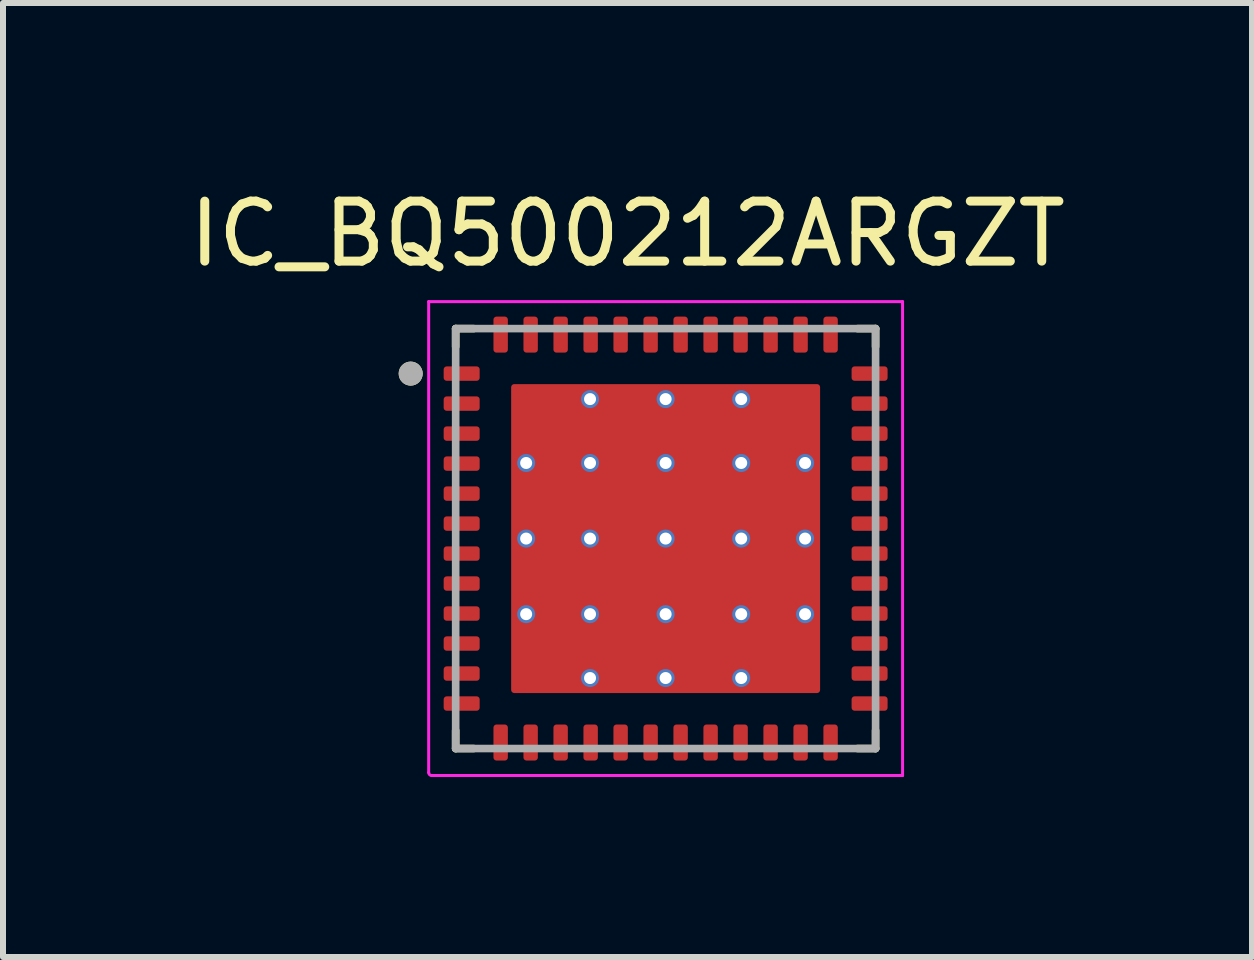
<source format=kicad_pcb>
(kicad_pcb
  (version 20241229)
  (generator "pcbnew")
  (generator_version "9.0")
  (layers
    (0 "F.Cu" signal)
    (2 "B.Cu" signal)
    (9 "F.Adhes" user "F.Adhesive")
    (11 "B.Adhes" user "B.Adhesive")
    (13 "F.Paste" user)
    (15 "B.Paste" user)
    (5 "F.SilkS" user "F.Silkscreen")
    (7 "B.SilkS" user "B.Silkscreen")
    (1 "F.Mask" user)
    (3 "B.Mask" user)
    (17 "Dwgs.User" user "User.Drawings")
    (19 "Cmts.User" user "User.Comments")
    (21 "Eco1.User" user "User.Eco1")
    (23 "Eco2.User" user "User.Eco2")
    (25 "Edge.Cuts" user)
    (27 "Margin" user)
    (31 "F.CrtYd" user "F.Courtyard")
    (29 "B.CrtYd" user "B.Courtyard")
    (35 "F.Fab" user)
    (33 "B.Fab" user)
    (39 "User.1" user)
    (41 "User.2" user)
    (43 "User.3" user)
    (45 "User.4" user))
  (footprint "IC_BQ500212ARGZT"
    (layer "F.Cu")
    (at 8.046 5.928)
    (property "Reference" "IC_BQ500212ARGZT" (at -0.635 -5.08 0) (layer "F.SilkS") (effects (font (size 1 1) (thickness 0.15))))
    (attr smd)
    (fp_poly (pts (xy -3.65 -2.94) (xy -3.15 -2.94) (xy -3.144 -2.94) (xy -3.137 -2.939) (xy -3.131 -2.939) (xy -3.125 -2.937) (xy -3.119 -2.936) (xy -3.113 -2.934) (xy -3.107 -2.932) (xy -3.101 -2.93) (xy -3.096 -2.927) (xy -3.09 -2.924) (xy -3.085 -2.921) (xy -3.079 -2.917) (xy -3.074 -2.913) (xy -3.07 -2.909) (xy -3.065 -2.905) (xy -3.061 -2.9) (xy -3.057 -2.896) (xy -3.053 -2.891) (xy -3.049 -2.885) (xy -3.046 -2.88) (xy -3.043 -2.874) (xy -3.04 -2.869) (xy -3.038 -2.863) (xy -3.036 -2.857) (xy -3.034 -2.851) (xy -3.033 -2.845) (xy -3.031 -2.839) (xy -3.031 -2.833) (xy -3.03 -2.826) (xy -3.03 -2.82) (xy -3.03 -2.68) (xy -3.03 -2.674) (xy -3.031 -2.667) (xy -3.031 -2.661) (xy -3.033 -2.655) (xy -3.034 -2.649) (xy -3.036 -2.643) (xy -3.038 -2.637) (xy -3.04 -2.631) (xy -3.043 -2.626) (xy -3.046 -2.62) (xy -3.049 -2.615) (xy -3.053 -2.609) (xy -3.057 -2.604) (xy -3.061 -2.6) (xy -3.065 -2.595) (xy -3.07 -2.591) (xy -3.074 -2.587) (xy -3.079 -2.583) (xy -3.085 -2.579) (xy -3.09 -2.576) (xy -3.096 -2.573) (xy -3.101 -2.57) (xy -3.107 -2.568) (xy -3.113 -2.566) (xy -3.119 -2.564) (xy -3.125 -2.563) (xy -3.131 -2.561) (xy -3.137 -2.561) (xy -3.144 -2.56) (xy -3.15 -2.56) (xy -3.65 -2.56) (xy -3.656 -2.56) (xy -3.663 -2.561) (xy -3.669 -2.561) (xy -3.675 -2.563) (xy -3.681 -2.564) (xy -3.687 -2.566) (xy -3.693 -2.568) (xy -3.699 -2.57) (xy -3.704 -2.573) (xy -3.71 -2.576) (xy -3.715 -2.579) (xy -3.721 -2.583) (xy -3.726 -2.587) (xy -3.73 -2.591) (xy -3.735 -2.595) (xy -3.739 -2.6) (xy -3.743 -2.604) (xy -3.747 -2.609) (xy -3.751 -2.615) (xy -3.754 -2.62) (xy -3.757 -2.626) (xy -3.76 -2.631) (xy -3.762 -2.637) (xy -3.764 -2.643) (xy -3.766 -2.649) (xy -3.767 -2.655) (xy -3.769 -2.661) (xy -3.769 -2.667) (xy -3.77 -2.674) (xy -3.77 -2.68) (xy -3.77 -2.82) (xy -3.77 -2.826) (xy -3.769 -2.833) (xy -3.769 -2.839) (xy -3.767 -2.845) (xy -3.766 -2.851) (xy -3.764 -2.857) (xy -3.762 -2.863) (xy -3.76 -2.869) (xy -3.757 -2.874) (xy -3.754 -2.88) (xy -3.751 -2.885) (xy -3.747 -2.891) (xy -3.743 -2.896) (xy -3.739 -2.9) (xy -3.735 -2.905) (xy -3.73 -2.909) (xy -3.726 -2.913) (xy -3.721 -2.917) (xy -3.715 -2.921) (xy -3.71 -2.924) (xy -3.704 -2.927) (xy -3.699 -2.93) (xy -3.693 -2.932) (xy -3.687 -2.934) (xy -3.681 -2.936) (xy -3.675 -2.937) (xy -3.669 -2.939) (xy -3.663 -2.939) (xy -3.656 -2.94) (xy -3.65 -2.94)) (stroke (width 0.01) (type solid)) (fill yes) (layer "F.Mask"))
    (fp_poly (pts (xy -3.65 -2.44) (xy -3.15 -2.44) (xy -3.144 -2.44) (xy -3.137 -2.439) (xy -3.131 -2.439) (xy -3.125 -2.437) (xy -3.119 -2.436) (xy -3.113 -2.434) (xy -3.107 -2.432) (xy -3.101 -2.43) (xy -3.096 -2.427) (xy -3.09 -2.424) (xy -3.085 -2.421) (xy -3.079 -2.417) (xy -3.074 -2.413) (xy -3.07 -2.409) (xy -3.065 -2.405) (xy -3.061 -2.4) (xy -3.057 -2.396) (xy -3.053 -2.391) (xy -3.049 -2.385) (xy -3.046 -2.38) (xy -3.043 -2.374) (xy -3.04 -2.369) (xy -3.038 -2.363) (xy -3.036 -2.357) (xy -3.034 -2.351) (xy -3.033 -2.345) (xy -3.031 -2.339) (xy -3.031 -2.333) (xy -3.03 -2.326) (xy -3.03 -2.32) (xy -3.03 -2.18) (xy -3.03 -2.174) (xy -3.031 -2.167) (xy -3.031 -2.161) (xy -3.033 -2.155) (xy -3.034 -2.149) (xy -3.036 -2.143) (xy -3.038 -2.137) (xy -3.04 -2.131) (xy -3.043 -2.126) (xy -3.046 -2.12) (xy -3.049 -2.115) (xy -3.053 -2.109) (xy -3.057 -2.104) (xy -3.061 -2.1) (xy -3.065 -2.095) (xy -3.07 -2.091) (xy -3.074 -2.087) (xy -3.079 -2.083) (xy -3.085 -2.079) (xy -3.09 -2.076) (xy -3.096 -2.073) (xy -3.101 -2.07) (xy -3.107 -2.068) (xy -3.113 -2.066) (xy -3.119 -2.064) (xy -3.125 -2.063) (xy -3.131 -2.061) (xy -3.137 -2.061) (xy -3.144 -2.06) (xy -3.15 -2.06) (xy -3.65 -2.06) (xy -3.656 -2.06) (xy -3.663 -2.061) (xy -3.669 -2.061) (xy -3.675 -2.063) (xy -3.681 -2.064) (xy -3.687 -2.066) (xy -3.693 -2.068) (xy -3.699 -2.07) (xy -3.704 -2.073) (xy -3.71 -2.076) (xy -3.715 -2.079) (xy -3.721 -2.083) (xy -3.726 -2.087) (xy -3.73 -2.091) (xy -3.735 -2.095) (xy -3.739 -2.1) (xy -3.743 -2.104) (xy -3.747 -2.109) (xy -3.751 -2.115) (xy -3.754 -2.12) (xy -3.757 -2.126) (xy -3.76 -2.131) (xy -3.762 -2.137) (xy -3.764 -2.143) (xy -3.766 -2.149) (xy -3.767 -2.155) (xy -3.769 -2.161) (xy -3.769 -2.167) (xy -3.77 -2.174) (xy -3.77 -2.18) (xy -3.77 -2.32) (xy -3.77 -2.326) (xy -3.769 -2.333) (xy -3.769 -2.339) (xy -3.767 -2.345) (xy -3.766 -2.351) (xy -3.764 -2.357) (xy -3.762 -2.363) (xy -3.76 -2.369) (xy -3.757 -2.374) (xy -3.754 -2.38) (xy -3.751 -2.385) (xy -3.747 -2.391) (xy -3.743 -2.396) (xy -3.739 -2.4) (xy -3.735 -2.405) (xy -3.73 -2.409) (xy -3.726 -2.413) (xy -3.721 -2.417) (xy -3.715 -2.421) (xy -3.71 -2.424) (xy -3.704 -2.427) (xy -3.699 -2.43) (xy -3.693 -2.432) (xy -3.687 -2.434) (xy -3.681 -2.436) (xy -3.675 -2.437) (xy -3.669 -2.439) (xy -3.663 -2.439) (xy -3.656 -2.44) (xy -3.65 -2.44)) (stroke (width 0.01) (type solid)) (fill yes) (layer "F.Mask"))
    (fp_poly (pts (xy -3.65 -1.94) (xy -3.15 -1.94) (xy -3.144 -1.94) (xy -3.137 -1.939) (xy -3.131 -1.939) (xy -3.125 -1.937) (xy -3.119 -1.936) (xy -3.113 -1.934) (xy -3.107 -1.932) (xy -3.101 -1.93) (xy -3.096 -1.927) (xy -3.09 -1.924) (xy -3.085 -1.921) (xy -3.079 -1.917) (xy -3.074 -1.913) (xy -3.07 -1.909) (xy -3.065 -1.905) (xy -3.061 -1.9) (xy -3.057 -1.896) (xy -3.053 -1.891) (xy -3.049 -1.885) (xy -3.046 -1.88) (xy -3.043 -1.874) (xy -3.04 -1.869) (xy -3.038 -1.863) (xy -3.036 -1.857) (xy -3.034 -1.851) (xy -3.033 -1.845) (xy -3.031 -1.839) (xy -3.031 -1.833) (xy -3.03 -1.826) (xy -3.03 -1.82) (xy -3.03 -1.68) (xy -3.03 -1.674) (xy -3.031 -1.667) (xy -3.031 -1.661) (xy -3.033 -1.655) (xy -3.034 -1.649) (xy -3.036 -1.643) (xy -3.038 -1.637) (xy -3.04 -1.631) (xy -3.043 -1.626) (xy -3.046 -1.62) (xy -3.049 -1.615) (xy -3.053 -1.609) (xy -3.057 -1.604) (xy -3.061 -1.6) (xy -3.065 -1.595) (xy -3.07 -1.591) (xy -3.074 -1.587) (xy -3.079 -1.583) (xy -3.085 -1.579) (xy -3.09 -1.576) (xy -3.096 -1.573) (xy -3.101 -1.57) (xy -3.107 -1.568) (xy -3.113 -1.566) (xy -3.119 -1.564) (xy -3.125 -1.563) (xy -3.131 -1.561) (xy -3.137 -1.561) (xy -3.144 -1.56) (xy -3.15 -1.56) (xy -3.65 -1.56) (xy -3.656 -1.56) (xy -3.663 -1.561) (xy -3.669 -1.561) (xy -3.675 -1.563) (xy -3.681 -1.564) (xy -3.687 -1.566) (xy -3.693 -1.568) (xy -3.699 -1.57) (xy -3.704 -1.573) (xy -3.71 -1.576) (xy -3.715 -1.579) (xy -3.721 -1.583) (xy -3.726 -1.587) (xy -3.73 -1.591) (xy -3.735 -1.595) (xy -3.739 -1.6) (xy -3.743 -1.604) (xy -3.747 -1.609) (xy -3.751 -1.615) (xy -3.754 -1.62) (xy -3.757 -1.626) (xy -3.76 -1.631) (xy -3.762 -1.637) (xy -3.764 -1.643) (xy -3.766 -1.649) (xy -3.767 -1.655) (xy -3.769 -1.661) (xy -3.769 -1.667) (xy -3.77 -1.674) (xy -3.77 -1.68) (xy -3.77 -1.82) (xy -3.77 -1.826) (xy -3.769 -1.833) (xy -3.769 -1.839) (xy -3.767 -1.845) (xy -3.766 -1.851) (xy -3.764 -1.857) (xy -3.762 -1.863) (xy -3.76 -1.869) (xy -3.757 -1.874) (xy -3.754 -1.88) (xy -3.751 -1.885) (xy -3.747 -1.891) (xy -3.743 -1.896) (xy -3.739 -1.9) (xy -3.735 -1.905) (xy -3.73 -1.909) (xy -3.726 -1.913) (xy -3.721 -1.917) (xy -3.715 -1.921) (xy -3.71 -1.924) (xy -3.704 -1.927) (xy -3.699 -1.93) (xy -3.693 -1.932) (xy -3.687 -1.934) (xy -3.681 -1.936) (xy -3.675 -1.937) (xy -3.669 -1.939) (xy -3.663 -1.939) (xy -3.656 -1.94) (xy -3.65 -1.94)) (stroke (width 0.01) (type solid)) (fill yes) (layer "F.Mask"))
    (fp_poly (pts (xy -3.65 -1.44) (xy -3.15 -1.44) (xy -3.144 -1.44) (xy -3.137 -1.439) (xy -3.131 -1.439) (xy -3.125 -1.437) (xy -3.119 -1.436) (xy -3.113 -1.434) (xy -3.107 -1.432) (xy -3.101 -1.43) (xy -3.096 -1.427) (xy -3.09 -1.424) (xy -3.085 -1.421) (xy -3.079 -1.417) (xy -3.074 -1.413) (xy -3.07 -1.409) (xy -3.065 -1.405) (xy -3.061 -1.4) (xy -3.057 -1.396) (xy -3.053 -1.391) (xy -3.049 -1.385) (xy -3.046 -1.38) (xy -3.043 -1.374) (xy -3.04 -1.369) (xy -3.038 -1.363) (xy -3.036 -1.357) (xy -3.034 -1.351) (xy -3.033 -1.345) (xy -3.031 -1.339) (xy -3.031 -1.333) (xy -3.03 -1.326) (xy -3.03 -1.32) (xy -3.03 -1.18) (xy -3.03 -1.174) (xy -3.031 -1.167) (xy -3.031 -1.161) (xy -3.033 -1.155) (xy -3.034 -1.149) (xy -3.036 -1.143) (xy -3.038 -1.137) (xy -3.04 -1.131) (xy -3.043 -1.126) (xy -3.046 -1.12) (xy -3.049 -1.115) (xy -3.053 -1.109) (xy -3.057 -1.104) (xy -3.061 -1.1) (xy -3.065 -1.095) (xy -3.07 -1.091) (xy -3.074 -1.087) (xy -3.079 -1.083) (xy -3.085 -1.079) (xy -3.09 -1.076) (xy -3.096 -1.073) (xy -3.101 -1.07) (xy -3.107 -1.068) (xy -3.113 -1.066) (xy -3.119 -1.064) (xy -3.125 -1.063) (xy -3.131 -1.061) (xy -3.137 -1.061) (xy -3.144 -1.06) (xy -3.15 -1.06) (xy -3.65 -1.06) (xy -3.656 -1.06) (xy -3.663 -1.061) (xy -3.669 -1.061) (xy -3.675 -1.063) (xy -3.681 -1.064) (xy -3.687 -1.066) (xy -3.693 -1.068) (xy -3.699 -1.07) (xy -3.704 -1.073) (xy -3.71 -1.076) (xy -3.715 -1.079) (xy -3.721 -1.083) (xy -3.726 -1.087) (xy -3.73 -1.091) (xy -3.735 -1.095) (xy -3.739 -1.1) (xy -3.743 -1.104) (xy -3.747 -1.109) (xy -3.751 -1.115) (xy -3.754 -1.12) (xy -3.757 -1.126) (xy -3.76 -1.131) (xy -3.762 -1.137) (xy -3.764 -1.143) (xy -3.766 -1.149) (xy -3.767 -1.155) (xy -3.769 -1.161) (xy -3.769 -1.167) (xy -3.77 -1.174) (xy -3.77 -1.18) (xy -3.77 -1.32) (xy -3.77 -1.326) (xy -3.769 -1.333) (xy -3.769 -1.339) (xy -3.767 -1.345) (xy -3.766 -1.351) (xy -3.764 -1.357) (xy -3.762 -1.363) (xy -3.76 -1.369) (xy -3.757 -1.374) (xy -3.754 -1.38) (xy -3.751 -1.385) (xy -3.747 -1.391) (xy -3.743 -1.396) (xy -3.739 -1.4) (xy -3.735 -1.405) (xy -3.73 -1.409) (xy -3.726 -1.413) (xy -3.721 -1.417) (xy -3.715 -1.421) (xy -3.71 -1.424) (xy -3.704 -1.427) (xy -3.699 -1.43) (xy -3.693 -1.432) (xy -3.687 -1.434) (xy -3.681 -1.436) (xy -3.675 -1.437) (xy -3.669 -1.439) (xy -3.663 -1.439) (xy -3.656 -1.44) (xy -3.65 -1.44)) (stroke (width 0.01) (type solid)) (fill yes) (layer "F.Mask"))
    (fp_poly (pts (xy -3.65 -0.94) (xy -3.15 -0.94) (xy -3.144 -0.94) (xy -3.137 -0.939) (xy -3.131 -0.939) (xy -3.125 -0.937) (xy -3.119 -0.936) (xy -3.113 -0.934) (xy -3.107 -0.932) (xy -3.101 -0.93) (xy -3.096 -0.927) (xy -3.09 -0.924) (xy -3.085 -0.921) (xy -3.079 -0.917) (xy -3.074 -0.913) (xy -3.07 -0.909) (xy -3.065 -0.905) (xy -3.061 -0.9) (xy -3.057 -0.896) (xy -3.053 -0.891) (xy -3.049 -0.885) (xy -3.046 -0.88) (xy -3.043 -0.874) (xy -3.04 -0.869) (xy -3.038 -0.863) (xy -3.036 -0.857) (xy -3.034 -0.851) (xy -3.033 -0.845) (xy -3.031 -0.839) (xy -3.031 -0.833) (xy -3.03 -0.826) (xy -3.03 -0.82) (xy -3.03 -0.68) (xy -3.03 -0.674) (xy -3.031 -0.667) (xy -3.031 -0.661) (xy -3.033 -0.655) (xy -3.034 -0.649) (xy -3.036 -0.643) (xy -3.038 -0.637) (xy -3.04 -0.631) (xy -3.043 -0.626) (xy -3.046 -0.62) (xy -3.049 -0.615) (xy -3.053 -0.609) (xy -3.057 -0.604) (xy -3.061 -0.6) (xy -3.065 -0.595) (xy -3.07 -0.591) (xy -3.074 -0.587) (xy -3.079 -0.583) (xy -3.085 -0.579) (xy -3.09 -0.576) (xy -3.096 -0.573) (xy -3.101 -0.57) (xy -3.107 -0.568) (xy -3.113 -0.566) (xy -3.119 -0.564) (xy -3.125 -0.563) (xy -3.131 -0.561) (xy -3.137 -0.561) (xy -3.144 -0.56) (xy -3.15 -0.56) (xy -3.65 -0.56) (xy -3.656 -0.56) (xy -3.663 -0.561) (xy -3.669 -0.561) (xy -3.675 -0.563) (xy -3.681 -0.564) (xy -3.687 -0.566) (xy -3.693 -0.568) (xy -3.699 -0.57) (xy -3.704 -0.573) (xy -3.71 -0.576) (xy -3.715 -0.579) (xy -3.721 -0.583) (xy -3.726 -0.587) (xy -3.73 -0.591) (xy -3.735 -0.595) (xy -3.739 -0.6) (xy -3.743 -0.604) (xy -3.747 -0.609) (xy -3.751 -0.615) (xy -3.754 -0.62) (xy -3.757 -0.626) (xy -3.76 -0.631) (xy -3.762 -0.637) (xy -3.764 -0.643) (xy -3.766 -0.649) (xy -3.767 -0.655) (xy -3.769 -0.661) (xy -3.769 -0.667) (xy -3.77 -0.674) (xy -3.77 -0.68) (xy -3.77 -0.82) (xy -3.77 -0.826) (xy -3.769 -0.833) (xy -3.769 -0.839) (xy -3.767 -0.845) (xy -3.766 -0.851) (xy -3.764 -0.857) (xy -3.762 -0.863) (xy -3.76 -0.869) (xy -3.757 -0.874) (xy -3.754 -0.88) (xy -3.751 -0.885) (xy -3.747 -0.891) (xy -3.743 -0.896) (xy -3.739 -0.9) (xy -3.735 -0.905) (xy -3.73 -0.909) (xy -3.726 -0.913) (xy -3.721 -0.917) (xy -3.715 -0.921) (xy -3.71 -0.924) (xy -3.704 -0.927) (xy -3.699 -0.93) (xy -3.693 -0.932) (xy -3.687 -0.934) (xy -3.681 -0.936) (xy -3.675 -0.937) (xy -3.669 -0.939) (xy -3.663 -0.939) (xy -3.656 -0.94) (xy -3.65 -0.94)) (stroke (width 0.01) (type solid)) (fill yes) (layer "F.Mask"))
    (fp_poly (pts (xy -3.65 -0.44) (xy -3.15 -0.44) (xy -3.144 -0.44) (xy -3.137 -0.439) (xy -3.131 -0.439) (xy -3.125 -0.437) (xy -3.119 -0.436) (xy -3.113 -0.434) (xy -3.107 -0.432) (xy -3.101 -0.43) (xy -3.096 -0.427) (xy -3.09 -0.424) (xy -3.085 -0.421) (xy -3.079 -0.417) (xy -3.074 -0.413) (xy -3.07 -0.409) (xy -3.065 -0.405) (xy -3.061 -0.4) (xy -3.057 -0.396) (xy -3.053 -0.391) (xy -3.049 -0.385) (xy -3.046 -0.38) (xy -3.043 -0.374) (xy -3.04 -0.369) (xy -3.038 -0.363) (xy -3.036 -0.357) (xy -3.034 -0.351) (xy -3.033 -0.345) (xy -3.031 -0.339) (xy -3.031 -0.333) (xy -3.03 -0.326) (xy -3.03 -0.32) (xy -3.03 -0.18) (xy -3.03 -0.174) (xy -3.031 -0.167) (xy -3.031 -0.161) (xy -3.033 -0.155) (xy -3.034 -0.149) (xy -3.036 -0.143) (xy -3.038 -0.137) (xy -3.04 -0.131) (xy -3.043 -0.126) (xy -3.046 -0.12) (xy -3.049 -0.115) (xy -3.053 -0.109) (xy -3.057 -0.104) (xy -3.061 -0.1) (xy -3.065 -0.095) (xy -3.07 -0.091) (xy -3.074 -0.087) (xy -3.079 -0.083) (xy -3.085 -0.079) (xy -3.09 -0.076) (xy -3.096 -0.073) (xy -3.101 -0.07) (xy -3.107 -0.068) (xy -3.113 -0.066) (xy -3.119 -0.064) (xy -3.125 -0.063) (xy -3.131 -0.061) (xy -3.137 -0.061) (xy -3.144 -0.06) (xy -3.15 -0.06) (xy -3.65 -0.06) (xy -3.656 -0.06) (xy -3.663 -0.061) (xy -3.669 -0.061) (xy -3.675 -0.063) (xy -3.681 -0.064) (xy -3.687 -0.066) (xy -3.693 -0.068) (xy -3.699 -0.07) (xy -3.704 -0.073) (xy -3.71 -0.076) (xy -3.715 -0.079) (xy -3.721 -0.083) (xy -3.726 -0.087) (xy -3.73 -0.091) (xy -3.735 -0.095) (xy -3.739 -0.1) (xy -3.743 -0.104) (xy -3.747 -0.109) (xy -3.751 -0.115) (xy -3.754 -0.12) (xy -3.757 -0.126) (xy -3.76 -0.131) (xy -3.762 -0.137) (xy -3.764 -0.143) (xy -3.766 -0.149) (xy -3.767 -0.155) (xy -3.769 -0.161) (xy -3.769 -0.167) (xy -3.77 -0.174) (xy -3.77 -0.18) (xy -3.77 -0.32) (xy -3.77 -0.326) (xy -3.769 -0.333) (xy -3.769 -0.339) (xy -3.767 -0.345) (xy -3.766 -0.351) (xy -3.764 -0.357) (xy -3.762 -0.363) (xy -3.76 -0.369) (xy -3.757 -0.374) (xy -3.754 -0.38) (xy -3.751 -0.385) (xy -3.747 -0.391) (xy -3.743 -0.396) (xy -3.739 -0.4) (xy -3.735 -0.405) (xy -3.73 -0.409) (xy -3.726 -0.413) (xy -3.721 -0.417) (xy -3.715 -0.421) (xy -3.71 -0.424) (xy -3.704 -0.427) (xy -3.699 -0.43) (xy -3.693 -0.432) (xy -3.687 -0.434) (xy -3.681 -0.436) (xy -3.675 -0.437) (xy -3.669 -0.439) (xy -3.663 -0.439) (xy -3.656 -0.44) (xy -3.65 -0.44)) (stroke (width 0.01) (type solid)) (fill yes) (layer "F.Mask"))
    (fp_poly (pts (xy -3.65 0.06) (xy -3.15 0.06) (xy -3.144 0.06) (xy -3.137 0.061) (xy -3.131 0.061) (xy -3.125 0.063) (xy -3.119 0.064) (xy -3.113 0.066) (xy -3.107 0.068) (xy -3.101 0.07) (xy -3.096 0.073) (xy -3.09 0.076) (xy -3.085 0.079) (xy -3.079 0.083) (xy -3.074 0.087) (xy -3.07 0.091) (xy -3.065 0.095) (xy -3.061 0.1) (xy -3.057 0.104) (xy -3.053 0.109) (xy -3.049 0.115) (xy -3.046 0.12) (xy -3.043 0.126) (xy -3.04 0.131) (xy -3.038 0.137) (xy -3.036 0.143) (xy -3.034 0.149) (xy -3.033 0.155) (xy -3.031 0.161) (xy -3.031 0.167) (xy -3.03 0.174) (xy -3.03 0.18) (xy -3.03 0.32) (xy -3.03 0.326) (xy -3.031 0.333) (xy -3.031 0.339) (xy -3.033 0.345) (xy -3.034 0.351) (xy -3.036 0.357) (xy -3.038 0.363) (xy -3.04 0.369) (xy -3.043 0.374) (xy -3.046 0.38) (xy -3.049 0.385) (xy -3.053 0.391) (xy -3.057 0.396) (xy -3.061 0.4) (xy -3.065 0.405) (xy -3.07 0.409) (xy -3.074 0.413) (xy -3.079 0.417) (xy -3.085 0.421) (xy -3.09 0.424) (xy -3.096 0.427) (xy -3.101 0.43) (xy -3.107 0.432) (xy -3.113 0.434) (xy -3.119 0.436) (xy -3.125 0.437) (xy -3.131 0.439) (xy -3.137 0.439) (xy -3.144 0.44) (xy -3.15 0.44) (xy -3.65 0.44) (xy -3.656 0.44) (xy -3.663 0.439) (xy -3.669 0.439) (xy -3.675 0.437) (xy -3.681 0.436) (xy -3.687 0.434) (xy -3.693 0.432) (xy -3.699 0.43) (xy -3.704 0.427) (xy -3.71 0.424) (xy -3.715 0.421) (xy -3.721 0.417) (xy -3.726 0.413) (xy -3.73 0.409) (xy -3.735 0.405) (xy -3.739 0.4) (xy -3.743 0.396) (xy -3.747 0.391) (xy -3.751 0.385) (xy -3.754 0.38) (xy -3.757 0.374) (xy -3.76 0.369) (xy -3.762 0.363) (xy -3.764 0.357) (xy -3.766 0.351) (xy -3.767 0.345) (xy -3.769 0.339) (xy -3.769 0.333) (xy -3.77 0.326) (xy -3.77 0.32) (xy -3.77 0.18) (xy -3.77 0.174) (xy -3.769 0.167) (xy -3.769 0.161) (xy -3.767 0.155) (xy -3.766 0.149) (xy -3.764 0.143) (xy -3.762 0.137) (xy -3.76 0.131) (xy -3.757 0.126) (xy -3.754 0.12) (xy -3.751 0.115) (xy -3.747 0.109) (xy -3.743 0.104) (xy -3.739 0.1) (xy -3.735 0.095) (xy -3.73 0.091) (xy -3.726 0.087) (xy -3.721 0.083) (xy -3.715 0.079) (xy -3.71 0.076) (xy -3.704 0.073) (xy -3.699 0.07) (xy -3.693 0.068) (xy -3.687 0.066) (xy -3.681 0.064) (xy -3.675 0.063) (xy -3.669 0.061) (xy -3.663 0.061) (xy -3.656 0.06) (xy -3.65 0.06)) (stroke (width 0.01) (type solid)) (fill yes) (layer "F.Mask"))
    (fp_poly (pts (xy -3.65 0.56) (xy -3.15 0.56) (xy -3.144 0.56) (xy -3.137 0.561) (xy -3.131 0.561) (xy -3.125 0.563) (xy -3.119 0.564) (xy -3.113 0.566) (xy -3.107 0.568) (xy -3.101 0.57) (xy -3.096 0.573) (xy -3.09 0.576) (xy -3.085 0.579) (xy -3.079 0.583) (xy -3.074 0.587) (xy -3.07 0.591) (xy -3.065 0.595) (xy -3.061 0.6) (xy -3.057 0.604) (xy -3.053 0.609) (xy -3.049 0.615) (xy -3.046 0.62) (xy -3.043 0.626) (xy -3.04 0.631) (xy -3.038 0.637) (xy -3.036 0.643) (xy -3.034 0.649) (xy -3.033 0.655) (xy -3.031 0.661) (xy -3.031 0.667) (xy -3.03 0.674) (xy -3.03 0.68) (xy -3.03 0.82) (xy -3.03 0.826) (xy -3.031 0.833) (xy -3.031 0.839) (xy -3.033 0.845) (xy -3.034 0.851) (xy -3.036 0.857) (xy -3.038 0.863) (xy -3.04 0.869) (xy -3.043 0.874) (xy -3.046 0.88) (xy -3.049 0.885) (xy -3.053 0.891) (xy -3.057 0.896) (xy -3.061 0.9) (xy -3.065 0.905) (xy -3.07 0.909) (xy -3.074 0.913) (xy -3.079 0.917) (xy -3.085 0.921) (xy -3.09 0.924) (xy -3.096 0.927) (xy -3.101 0.93) (xy -3.107 0.932) (xy -3.113 0.934) (xy -3.119 0.936) (xy -3.125 0.937) (xy -3.131 0.939) (xy -3.137 0.939) (xy -3.144 0.94) (xy -3.15 0.94) (xy -3.65 0.94) (xy -3.656 0.94) (xy -3.663 0.939) (xy -3.669 0.939) (xy -3.675 0.937) (xy -3.681 0.936) (xy -3.687 0.934) (xy -3.693 0.932) (xy -3.699 0.93) (xy -3.704 0.927) (xy -3.71 0.924) (xy -3.715 0.921) (xy -3.721 0.917) (xy -3.726 0.913) (xy -3.73 0.909) (xy -3.735 0.905) (xy -3.739 0.9) (xy -3.743 0.896) (xy -3.747 0.891) (xy -3.751 0.885) (xy -3.754 0.88) (xy -3.757 0.874) (xy -3.76 0.869) (xy -3.762 0.863) (xy -3.764 0.857) (xy -3.766 0.851) (xy -3.767 0.845) (xy -3.769 0.839) (xy -3.769 0.833) (xy -3.77 0.826) (xy -3.77 0.82) (xy -3.77 0.68) (xy -3.77 0.674) (xy -3.769 0.667) (xy -3.769 0.661) (xy -3.767 0.655) (xy -3.766 0.649) (xy -3.764 0.643) (xy -3.762 0.637) (xy -3.76 0.631) (xy -3.757 0.626) (xy -3.754 0.62) (xy -3.751 0.615) (xy -3.747 0.609) (xy -3.743 0.604) (xy -3.739 0.6) (xy -3.735 0.595) (xy -3.73 0.591) (xy -3.726 0.587) (xy -3.721 0.583) (xy -3.715 0.579) (xy -3.71 0.576) (xy -3.704 0.573) (xy -3.699 0.57) (xy -3.693 0.568) (xy -3.687 0.566) (xy -3.681 0.564) (xy -3.675 0.563) (xy -3.669 0.561) (xy -3.663 0.561) (xy -3.656 0.56) (xy -3.65 0.56)) (stroke (width 0.01) (type solid)) (fill yes) (layer "F.Mask"))
    (fp_poly (pts (xy -3.65 1.06) (xy -3.15 1.06) (xy -3.144 1.06) (xy -3.137 1.061) (xy -3.131 1.061) (xy -3.125 1.063) (xy -3.119 1.064) (xy -3.113 1.066) (xy -3.107 1.068) (xy -3.101 1.07) (xy -3.096 1.073) (xy -3.09 1.076) (xy -3.085 1.079) (xy -3.079 1.083) (xy -3.074 1.087) (xy -3.07 1.091) (xy -3.065 1.095) (xy -3.061 1.1) (xy -3.057 1.104) (xy -3.053 1.109) (xy -3.049 1.115) (xy -3.046 1.12) (xy -3.043 1.126) (xy -3.04 1.131) (xy -3.038 1.137) (xy -3.036 1.143) (xy -3.034 1.149) (xy -3.033 1.155) (xy -3.031 1.161) (xy -3.031 1.167) (xy -3.03 1.174) (xy -3.03 1.18) (xy -3.03 1.32) (xy -3.03 1.326) (xy -3.031 1.333) (xy -3.031 1.339) (xy -3.033 1.345) (xy -3.034 1.351) (xy -3.036 1.357) (xy -3.038 1.363) (xy -3.04 1.369) (xy -3.043 1.374) (xy -3.046 1.38) (xy -3.049 1.385) (xy -3.053 1.391) (xy -3.057 1.396) (xy -3.061 1.4) (xy -3.065 1.405) (xy -3.07 1.409) (xy -3.074 1.413) (xy -3.079 1.417) (xy -3.085 1.421) (xy -3.09 1.424) (xy -3.096 1.427) (xy -3.101 1.43) (xy -3.107 1.432) (xy -3.113 1.434) (xy -3.119 1.436) (xy -3.125 1.437) (xy -3.131 1.439) (xy -3.137 1.439) (xy -3.144 1.44) (xy -3.15 1.44) (xy -3.65 1.44) (xy -3.656 1.44) (xy -3.663 1.439) (xy -3.669 1.439) (xy -3.675 1.437) (xy -3.681 1.436) (xy -3.687 1.434) (xy -3.693 1.432) (xy -3.699 1.43) (xy -3.704 1.427) (xy -3.71 1.424) (xy -3.715 1.421) (xy -3.721 1.417) (xy -3.726 1.413) (xy -3.73 1.409) (xy -3.735 1.405) (xy -3.739 1.4) (xy -3.743 1.396) (xy -3.747 1.391) (xy -3.751 1.385) (xy -3.754 1.38) (xy -3.757 1.374) (xy -3.76 1.369) (xy -3.762 1.363) (xy -3.764 1.357) (xy -3.766 1.351) (xy -3.767 1.345) (xy -3.769 1.339) (xy -3.769 1.333) (xy -3.77 1.326) (xy -3.77 1.32) (xy -3.77 1.18) (xy -3.77 1.174) (xy -3.769 1.167) (xy -3.769 1.161) (xy -3.767 1.155) (xy -3.766 1.149) (xy -3.764 1.143) (xy -3.762 1.137) (xy -3.76 1.131) (xy -3.757 1.126) (xy -3.754 1.12) (xy -3.751 1.115) (xy -3.747 1.109) (xy -3.743 1.104) (xy -3.739 1.1) (xy -3.735 1.095) (xy -3.73 1.091) (xy -3.726 1.087) (xy -3.721 1.083) (xy -3.715 1.079) (xy -3.71 1.076) (xy -3.704 1.073) (xy -3.699 1.07) (xy -3.693 1.068) (xy -3.687 1.066) (xy -3.681 1.064) (xy -3.675 1.063) (xy -3.669 1.061) (xy -3.663 1.061) (xy -3.656 1.06) (xy -3.65 1.06)) (stroke (width 0.01) (type solid)) (fill yes) (layer "F.Mask"))
    (fp_poly (pts (xy -3.65 1.56) (xy -3.15 1.56) (xy -3.144 1.56) (xy -3.137 1.561) (xy -3.131 1.561) (xy -3.125 1.563) (xy -3.119 1.564) (xy -3.113 1.566) (xy -3.107 1.568) (xy -3.101 1.57) (xy -3.096 1.573) (xy -3.09 1.576) (xy -3.085 1.579) (xy -3.079 1.583) (xy -3.074 1.587) (xy -3.07 1.591) (xy -3.065 1.595) (xy -3.061 1.6) (xy -3.057 1.604) (xy -3.053 1.609) (xy -3.049 1.615) (xy -3.046 1.62) (xy -3.043 1.626) (xy -3.04 1.631) (xy -3.038 1.637) (xy -3.036 1.643) (xy -3.034 1.649) (xy -3.033 1.655) (xy -3.031 1.661) (xy -3.031 1.667) (xy -3.03 1.674) (xy -3.03 1.68) (xy -3.03 1.82) (xy -3.03 1.826) (xy -3.031 1.833) (xy -3.031 1.839) (xy -3.033 1.845) (xy -3.034 1.851) (xy -3.036 1.857) (xy -3.038 1.863) (xy -3.04 1.869) (xy -3.043 1.874) (xy -3.046 1.88) (xy -3.049 1.885) (xy -3.053 1.891) (xy -3.057 1.896) (xy -3.061 1.9) (xy -3.065 1.905) (xy -3.07 1.909) (xy -3.074 1.913) (xy -3.079 1.917) (xy -3.085 1.921) (xy -3.09 1.924) (xy -3.096 1.927) (xy -3.101 1.93) (xy -3.107 1.932) (xy -3.113 1.934) (xy -3.119 1.936) (xy -3.125 1.937) (xy -3.131 1.939) (xy -3.137 1.939) (xy -3.144 1.94) (xy -3.15 1.94) (xy -3.65 1.94) (xy -3.656 1.94) (xy -3.663 1.939) (xy -3.669 1.939) (xy -3.675 1.937) (xy -3.681 1.936) (xy -3.687 1.934) (xy -3.693 1.932) (xy -3.699 1.93) (xy -3.704 1.927) (xy -3.71 1.924) (xy -3.715 1.921) (xy -3.721 1.917) (xy -3.726 1.913) (xy -3.73 1.909) (xy -3.735 1.905) (xy -3.739 1.9) (xy -3.743 1.896) (xy -3.747 1.891) (xy -3.751 1.885) (xy -3.754 1.88) (xy -3.757 1.874) (xy -3.76 1.869) (xy -3.762 1.863) (xy -3.764 1.857) (xy -3.766 1.851) (xy -3.767 1.845) (xy -3.769 1.839) (xy -3.769 1.833) (xy -3.77 1.826) (xy -3.77 1.82) (xy -3.77 1.68) (xy -3.77 1.674) (xy -3.769 1.667) (xy -3.769 1.661) (xy -3.767 1.655) (xy -3.766 1.649) (xy -3.764 1.643) (xy -3.762 1.637) (xy -3.76 1.631) (xy -3.757 1.626) (xy -3.754 1.62) (xy -3.751 1.615) (xy -3.747 1.609) (xy -3.743 1.604) (xy -3.739 1.6) (xy -3.735 1.595) (xy -3.73 1.591) (xy -3.726 1.587) (xy -3.721 1.583) (xy -3.715 1.579) (xy -3.71 1.576) (xy -3.704 1.573) (xy -3.699 1.57) (xy -3.693 1.568) (xy -3.687 1.566) (xy -3.681 1.564) (xy -3.675 1.563) (xy -3.669 1.561) (xy -3.663 1.561) (xy -3.656 1.56) (xy -3.65 1.56)) (stroke (width 0.01) (type solid)) (fill yes) (layer "F.Mask"))
    (fp_poly (pts (xy -3.65 2.06) (xy -3.15 2.06) (xy -3.144 2.06) (xy -3.137 2.061) (xy -3.131 2.061) (xy -3.125 2.063) (xy -3.119 2.064) (xy -3.113 2.066) (xy -3.107 2.068) (xy -3.101 2.07) (xy -3.096 2.073) (xy -3.09 2.076) (xy -3.085 2.079) (xy -3.079 2.083) (xy -3.074 2.087) (xy -3.07 2.091) (xy -3.065 2.095) (xy -3.061 2.1) (xy -3.057 2.104) (xy -3.053 2.109) (xy -3.049 2.115) (xy -3.046 2.12) (xy -3.043 2.126) (xy -3.04 2.131) (xy -3.038 2.137) (xy -3.036 2.143) (xy -3.034 2.149) (xy -3.033 2.155) (xy -3.031 2.161) (xy -3.031 2.167) (xy -3.03 2.174) (xy -3.03 2.18) (xy -3.03 2.32) (xy -3.03 2.326) (xy -3.031 2.333) (xy -3.031 2.339) (xy -3.033 2.345) (xy -3.034 2.351) (xy -3.036 2.357) (xy -3.038 2.363) (xy -3.04 2.369) (xy -3.043 2.374) (xy -3.046 2.38) (xy -3.049 2.385) (xy -3.053 2.391) (xy -3.057 2.396) (xy -3.061 2.4) (xy -3.065 2.405) (xy -3.07 2.409) (xy -3.074 2.413) (xy -3.079 2.417) (xy -3.085 2.421) (xy -3.09 2.424) (xy -3.096 2.427) (xy -3.101 2.43) (xy -3.107 2.432) (xy -3.113 2.434) (xy -3.119 2.436) (xy -3.125 2.437) (xy -3.131 2.439) (xy -3.137 2.439) (xy -3.144 2.44) (xy -3.15 2.44) (xy -3.65 2.44) (xy -3.656 2.44) (xy -3.663 2.439) (xy -3.669 2.439) (xy -3.675 2.437) (xy -3.681 2.436) (xy -3.687 2.434) (xy -3.693 2.432) (xy -3.699 2.43) (xy -3.704 2.427) (xy -3.71 2.424) (xy -3.715 2.421) (xy -3.721 2.417) (xy -3.726 2.413) (xy -3.73 2.409) (xy -3.735 2.405) (xy -3.739 2.4) (xy -3.743 2.396) (xy -3.747 2.391) (xy -3.751 2.385) (xy -3.754 2.38) (xy -3.757 2.374) (xy -3.76 2.369) (xy -3.762 2.363) (xy -3.764 2.357) (xy -3.766 2.351) (xy -3.767 2.345) (xy -3.769 2.339) (xy -3.769 2.333) (xy -3.77 2.326) (xy -3.77 2.32) (xy -3.77 2.18) (xy -3.77 2.174) (xy -3.769 2.167) (xy -3.769 2.161) (xy -3.767 2.155) (xy -3.766 2.149) (xy -3.764 2.143) (xy -3.762 2.137) (xy -3.76 2.131) (xy -3.757 2.126) (xy -3.754 2.12) (xy -3.751 2.115) (xy -3.747 2.109) (xy -3.743 2.104) (xy -3.739 2.1) (xy -3.735 2.095) (xy -3.73 2.091) (xy -3.726 2.087) (xy -3.721 2.083) (xy -3.715 2.079) (xy -3.71 2.076) (xy -3.704 2.073) (xy -3.699 2.07) (xy -3.693 2.068) (xy -3.687 2.066) (xy -3.681 2.064) (xy -3.675 2.063) (xy -3.669 2.061) (xy -3.663 2.061) (xy -3.656 2.06) (xy -3.65 2.06)) (stroke (width 0.01) (type solid)) (fill yes) (layer "F.Mask"))
    (fp_poly (pts (xy -3.65 2.56) (xy -3.15 2.56) (xy -3.144 2.56) (xy -3.137 2.561) (xy -3.131 2.561) (xy -3.125 2.563) (xy -3.119 2.564) (xy -3.113 2.566) (xy -3.107 2.568) (xy -3.101 2.57) (xy -3.096 2.573) (xy -3.09 2.576) (xy -3.085 2.579) (xy -3.079 2.583) (xy -3.074 2.587) (xy -3.07 2.591) (xy -3.065 2.595) (xy -3.061 2.6) (xy -3.057 2.604) (xy -3.053 2.609) (xy -3.049 2.615) (xy -3.046 2.62) (xy -3.043 2.626) (xy -3.04 2.631) (xy -3.038 2.637) (xy -3.036 2.643) (xy -3.034 2.649) (xy -3.033 2.655) (xy -3.031 2.661) (xy -3.031 2.667) (xy -3.03 2.674) (xy -3.03 2.68) (xy -3.03 2.82) (xy -3.03 2.826) (xy -3.031 2.833) (xy -3.031 2.839) (xy -3.033 2.845) (xy -3.034 2.851) (xy -3.036 2.857) (xy -3.038 2.863) (xy -3.04 2.869) (xy -3.043 2.874) (xy -3.046 2.88) (xy -3.049 2.885) (xy -3.053 2.891) (xy -3.057 2.896) (xy -3.061 2.9) (xy -3.065 2.905) (xy -3.07 2.909) (xy -3.074 2.913) (xy -3.079 2.917) (xy -3.085 2.921) (xy -3.09 2.924) (xy -3.096 2.927) (xy -3.101 2.93) (xy -3.107 2.932) (xy -3.113 2.934) (xy -3.119 2.936) (xy -3.125 2.937) (xy -3.131 2.939) (xy -3.137 2.939) (xy -3.144 2.94) (xy -3.15 2.94) (xy -3.65 2.94) (xy -3.656 2.94) (xy -3.663 2.939) (xy -3.669 2.939) (xy -3.675 2.937) (xy -3.681 2.936) (xy -3.687 2.934) (xy -3.693 2.932) (xy -3.699 2.93) (xy -3.704 2.927) (xy -3.71 2.924) (xy -3.715 2.921) (xy -3.721 2.917) (xy -3.726 2.913) (xy -3.73 2.909) (xy -3.735 2.905) (xy -3.739 2.9) (xy -3.743 2.896) (xy -3.747 2.891) (xy -3.751 2.885) (xy -3.754 2.88) (xy -3.757 2.874) (xy -3.76 2.869) (xy -3.762 2.863) (xy -3.764 2.857) (xy -3.766 2.851) (xy -3.767 2.845) (xy -3.769 2.839) (xy -3.769 2.833) (xy -3.77 2.826) (xy -3.77 2.82) (xy -3.77 2.68) (xy -3.77 2.674) (xy -3.769 2.667) (xy -3.769 2.661) (xy -3.767 2.655) (xy -3.766 2.649) (xy -3.764 2.643) (xy -3.762 2.637) (xy -3.76 2.631) (xy -3.757 2.626) (xy -3.754 2.62) (xy -3.751 2.615) (xy -3.747 2.609) (xy -3.743 2.604) (xy -3.739 2.6) (xy -3.735 2.595) (xy -3.73 2.591) (xy -3.726 2.587) (xy -3.721 2.583) (xy -3.715 2.579) (xy -3.71 2.576) (xy -3.704 2.573) (xy -3.699 2.57) (xy -3.693 2.568) (xy -3.687 2.566) (xy -3.681 2.564) (xy -3.675 2.563) (xy -3.669 2.561) (xy -3.663 2.561) (xy -3.656 2.56) (xy -3.65 2.56)) (stroke (width 0.01) (type solid)) (fill yes) (layer "F.Mask"))
    (fp_poly (pts (xy -2.94 3.65) (xy -2.94 3.15) (xy -2.94 3.144) (xy -2.939 3.137) (xy -2.939 3.131) (xy -2.937 3.125) (xy -2.936 3.119) (xy -2.934 3.113) (xy -2.932 3.107) (xy -2.93 3.101) (xy -2.927 3.096) (xy -2.924 3.09) (xy -2.921 3.085) (xy -2.917 3.079) (xy -2.913 3.074) (xy -2.909 3.07) (xy -2.905 3.065) (xy -2.9 3.061) (xy -2.896 3.057) (xy -2.891 3.053) (xy -2.885 3.049) (xy -2.88 3.046) (xy -2.874 3.043) (xy -2.869 3.04) (xy -2.863 3.038) (xy -2.857 3.036) (xy -2.851 3.034) (xy -2.845 3.033) (xy -2.839 3.031) (xy -2.833 3.031) (xy -2.826 3.03) (xy -2.82 3.03) (xy -2.68 3.03) (xy -2.674 3.03) (xy -2.667 3.031) (xy -2.661 3.031) (xy -2.655 3.033) (xy -2.649 3.034) (xy -2.643 3.036) (xy -2.637 3.038) (xy -2.631 3.04) (xy -2.626 3.043) (xy -2.62 3.046) (xy -2.615 3.049) (xy -2.609 3.053) (xy -2.604 3.057) (xy -2.6 3.061) (xy -2.595 3.065) (xy -2.591 3.07) (xy -2.587 3.074) (xy -2.583 3.079) (xy -2.579 3.085) (xy -2.576 3.09) (xy -2.573 3.096) (xy -2.57 3.101) (xy -2.568 3.107) (xy -2.566 3.113) (xy -2.564 3.119) (xy -2.563 3.125) (xy -2.561 3.131) (xy -2.561 3.137) (xy -2.56 3.144) (xy -2.56 3.15) (xy -2.56 3.65) (xy -2.56 3.656) (xy -2.561 3.663) (xy -2.561 3.669) (xy -2.563 3.675) (xy -2.564 3.681) (xy -2.566 3.687) (xy -2.568 3.693) (xy -2.57 3.699) (xy -2.573 3.704) (xy -2.576 3.71) (xy -2.579 3.715) (xy -2.583 3.721) (xy -2.587 3.726) (xy -2.591 3.73) (xy -2.595 3.735) (xy -2.6 3.739) (xy -2.604 3.743) (xy -2.609 3.747) (xy -2.615 3.751) (xy -2.62 3.754) (xy -2.626 3.757) (xy -2.631 3.76) (xy -2.637 3.762) (xy -2.643 3.764) (xy -2.649 3.766) (xy -2.655 3.767) (xy -2.661 3.769) (xy -2.667 3.769) (xy -2.674 3.77) (xy -2.68 3.77) (xy -2.82 3.77) (xy -2.826 3.77) (xy -2.833 3.769) (xy -2.839 3.769) (xy -2.845 3.767) (xy -2.851 3.766) (xy -2.857 3.764) (xy -2.863 3.762) (xy -2.869 3.76) (xy -2.874 3.757) (xy -2.88 3.754) (xy -2.885 3.751) (xy -2.891 3.747) (xy -2.896 3.743) (xy -2.9 3.739) (xy -2.905 3.735) (xy -2.909 3.73) (xy -2.913 3.726) (xy -2.917 3.721) (xy -2.921 3.715) (xy -2.924 3.71) (xy -2.927 3.704) (xy -2.93 3.699) (xy -2.932 3.693) (xy -2.934 3.687) (xy -2.936 3.681) (xy -2.937 3.675) (xy -2.939 3.669) (xy -2.939 3.663) (xy -2.94 3.656) (xy -2.94 3.65)) (stroke (width 0.01) (type solid)) (fill yes) (layer "F.Mask"))
    (fp_poly (pts (xy -2.56 -3.65) (xy -2.56 -3.15) (xy -2.56 -3.144) (xy -2.561 -3.137) (xy -2.561 -3.131) (xy -2.563 -3.125) (xy -2.564 -3.119) (xy -2.566 -3.113) (xy -2.568 -3.107) (xy -2.57 -3.101) (xy -2.573 -3.096) (xy -2.576 -3.09) (xy -2.579 -3.085) (xy -2.583 -3.079) (xy -2.587 -3.074) (xy -2.591 -3.07) (xy -2.595 -3.065) (xy -2.6 -3.061) (xy -2.604 -3.057) (xy -2.609 -3.053) (xy -2.615 -3.049) (xy -2.62 -3.046) (xy -2.626 -3.043) (xy -2.631 -3.04) (xy -2.637 -3.038) (xy -2.643 -3.036) (xy -2.649 -3.034) (xy -2.655 -3.033) (xy -2.661 -3.031) (xy -2.667 -3.031) (xy -2.674 -3.03) (xy -2.68 -3.03) (xy -2.82 -3.03) (xy -2.826 -3.03) (xy -2.833 -3.031) (xy -2.839 -3.031) (xy -2.845 -3.033) (xy -2.851 -3.034) (xy -2.857 -3.036) (xy -2.863 -3.038) (xy -2.869 -3.04) (xy -2.874 -3.043) (xy -2.88 -3.046) (xy -2.885 -3.049) (xy -2.891 -3.053) (xy -2.896 -3.057) (xy -2.9 -3.061) (xy -2.905 -3.065) (xy -2.909 -3.07) (xy -2.913 -3.074) (xy -2.917 -3.079) (xy -2.921 -3.085) (xy -2.924 -3.09) (xy -2.927 -3.096) (xy -2.93 -3.101) (xy -2.932 -3.107) (xy -2.934 -3.113) (xy -2.936 -3.119) (xy -2.937 -3.125) (xy -2.939 -3.131) (xy -2.939 -3.137) (xy -2.94 -3.144) (xy -2.94 -3.15) (xy -2.94 -3.65) (xy -2.94 -3.656) (xy -2.939 -3.663) (xy -2.939 -3.669) (xy -2.937 -3.675) (xy -2.936 -3.681) (xy -2.934 -3.687) (xy -2.932 -3.693) (xy -2.93 -3.699) (xy -2.927 -3.704) (xy -2.924 -3.71) (xy -2.921 -3.715) (xy -2.917 -3.721) (xy -2.913 -3.726) (xy -2.909 -3.73) (xy -2.905 -3.735) (xy -2.9 -3.739) (xy -2.896 -3.743) (xy -2.891 -3.747) (xy -2.885 -3.751) (xy -2.88 -3.754) (xy -2.874 -3.757) (xy -2.869 -3.76) (xy -2.863 -3.762) (xy -2.857 -3.764) (xy -2.851 -3.766) (xy -2.845 -3.767) (xy -2.839 -3.769) (xy -2.833 -3.769) (xy -2.826 -3.77) (xy -2.82 -3.77) (xy -2.68 -3.77) (xy -2.674 -3.77) (xy -2.667 -3.769) (xy -2.661 -3.769) (xy -2.655 -3.767) (xy -2.649 -3.766) (xy -2.643 -3.764) (xy -2.637 -3.762) (xy -2.631 -3.76) (xy -2.626 -3.757) (xy -2.62 -3.754) (xy -2.615 -3.751) (xy -2.609 -3.747) (xy -2.604 -3.743) (xy -2.6 -3.739) (xy -2.595 -3.735) (xy -2.591 -3.73) (xy -2.587 -3.726) (xy -2.583 -3.721) (xy -2.579 -3.715) (xy -2.576 -3.71) (xy -2.573 -3.704) (xy -2.57 -3.699) (xy -2.568 -3.693) (xy -2.566 -3.687) (xy -2.564 -3.681) (xy -2.563 -3.675) (xy -2.561 -3.669) (xy -2.561 -3.663) (xy -2.56 -3.656) (xy -2.56 -3.65)) (stroke (width 0.01) (type solid)) (fill yes) (layer "F.Mask"))
    (fp_poly (pts (xy -2.44 3.65) (xy -2.44 3.15) (xy -2.44 3.144) (xy -2.439 3.137) (xy -2.439 3.131) (xy -2.437 3.125) (xy -2.436 3.119) (xy -2.434 3.113) (xy -2.432 3.107) (xy -2.43 3.101) (xy -2.427 3.096) (xy -2.424 3.09) (xy -2.421 3.085) (xy -2.417 3.079) (xy -2.413 3.074) (xy -2.409 3.07) (xy -2.405 3.065) (xy -2.4 3.061) (xy -2.396 3.057) (xy -2.391 3.053) (xy -2.385 3.049) (xy -2.38 3.046) (xy -2.374 3.043) (xy -2.369 3.04) (xy -2.363 3.038) (xy -2.357 3.036) (xy -2.351 3.034) (xy -2.345 3.033) (xy -2.339 3.031) (xy -2.333 3.031) (xy -2.326 3.03) (xy -2.32 3.03) (xy -2.18 3.03) (xy -2.174 3.03) (xy -2.167 3.031) (xy -2.161 3.031) (xy -2.155 3.033) (xy -2.149 3.034) (xy -2.143 3.036) (xy -2.137 3.038) (xy -2.131 3.04) (xy -2.126 3.043) (xy -2.12 3.046) (xy -2.115 3.049) (xy -2.109 3.053) (xy -2.104 3.057) (xy -2.1 3.061) (xy -2.095 3.065) (xy -2.091 3.07) (xy -2.087 3.074) (xy -2.083 3.079) (xy -2.079 3.085) (xy -2.076 3.09) (xy -2.073 3.096) (xy -2.07 3.101) (xy -2.068 3.107) (xy -2.066 3.113) (xy -2.064 3.119) (xy -2.063 3.125) (xy -2.061 3.131) (xy -2.061 3.137) (xy -2.06 3.144) (xy -2.06 3.15) (xy -2.06 3.65) (xy -2.06 3.656) (xy -2.061 3.663) (xy -2.061 3.669) (xy -2.063 3.675) (xy -2.064 3.681) (xy -2.066 3.687) (xy -2.068 3.693) (xy -2.07 3.699) (xy -2.073 3.704) (xy -2.076 3.71) (xy -2.079 3.715) (xy -2.083 3.721) (xy -2.087 3.726) (xy -2.091 3.73) (xy -2.095 3.735) (xy -2.1 3.739) (xy -2.104 3.743) (xy -2.109 3.747) (xy -2.115 3.751) (xy -2.12 3.754) (xy -2.126 3.757) (xy -2.131 3.76) (xy -2.137 3.762) (xy -2.143 3.764) (xy -2.149 3.766) (xy -2.155 3.767) (xy -2.161 3.769) (xy -2.167 3.769) (xy -2.174 3.77) (xy -2.18 3.77) (xy -2.32 3.77) (xy -2.326 3.77) (xy -2.333 3.769) (xy -2.339 3.769) (xy -2.345 3.767) (xy -2.351 3.766) (xy -2.357 3.764) (xy -2.363 3.762) (xy -2.369 3.76) (xy -2.374 3.757) (xy -2.38 3.754) (xy -2.385 3.751) (xy -2.391 3.747) (xy -2.396 3.743) (xy -2.4 3.739) (xy -2.405 3.735) (xy -2.409 3.73) (xy -2.413 3.726) (xy -2.417 3.721) (xy -2.421 3.715) (xy -2.424 3.71) (xy -2.427 3.704) (xy -2.43 3.699) (xy -2.432 3.693) (xy -2.434 3.687) (xy -2.436 3.681) (xy -2.437 3.675) (xy -2.439 3.669) (xy -2.439 3.663) (xy -2.44 3.656) (xy -2.44 3.65)) (stroke (width 0.01) (type solid)) (fill yes) (layer "F.Mask"))
    (fp_poly (pts (xy -2.06 -3.65) (xy -2.06 -3.15) (xy -2.06 -3.144) (xy -2.061 -3.137) (xy -2.061 -3.131) (xy -2.063 -3.125) (xy -2.064 -3.119) (xy -2.066 -3.113) (xy -2.068 -3.107) (xy -2.07 -3.101) (xy -2.073 -3.096) (xy -2.076 -3.09) (xy -2.079 -3.085) (xy -2.083 -3.079) (xy -2.087 -3.074) (xy -2.091 -3.07) (xy -2.095 -3.065) (xy -2.1 -3.061) (xy -2.104 -3.057) (xy -2.109 -3.053) (xy -2.115 -3.049) (xy -2.12 -3.046) (xy -2.126 -3.043) (xy -2.131 -3.04) (xy -2.137 -3.038) (xy -2.143 -3.036) (xy -2.149 -3.034) (xy -2.155 -3.033) (xy -2.161 -3.031) (xy -2.167 -3.031) (xy -2.174 -3.03) (xy -2.18 -3.03) (xy -2.32 -3.03) (xy -2.326 -3.03) (xy -2.333 -3.031) (xy -2.339 -3.031) (xy -2.345 -3.033) (xy -2.351 -3.034) (xy -2.357 -3.036) (xy -2.363 -3.038) (xy -2.369 -3.04) (xy -2.374 -3.043) (xy -2.38 -3.046) (xy -2.385 -3.049) (xy -2.391 -3.053) (xy -2.396 -3.057) (xy -2.4 -3.061) (xy -2.405 -3.065) (xy -2.409 -3.07) (xy -2.413 -3.074) (xy -2.417 -3.079) (xy -2.421 -3.085) (xy -2.424 -3.09) (xy -2.427 -3.096) (xy -2.43 -3.101) (xy -2.432 -3.107) (xy -2.434 -3.113) (xy -2.436 -3.119) (xy -2.437 -3.125) (xy -2.439 -3.131) (xy -2.439 -3.137) (xy -2.44 -3.144) (xy -2.44 -3.15) (xy -2.44 -3.65) (xy -2.44 -3.656) (xy -2.439 -3.663) (xy -2.439 -3.669) (xy -2.437 -3.675) (xy -2.436 -3.681) (xy -2.434 -3.687) (xy -2.432 -3.693) (xy -2.43 -3.699) (xy -2.427 -3.704) (xy -2.424 -3.71) (xy -2.421 -3.715) (xy -2.417 -3.721) (xy -2.413 -3.726) (xy -2.409 -3.73) (xy -2.405 -3.735) (xy -2.4 -3.739) (xy -2.396 -3.743) (xy -2.391 -3.747) (xy -2.385 -3.751) (xy -2.38 -3.754) (xy -2.374 -3.757) (xy -2.369 -3.76) (xy -2.363 -3.762) (xy -2.357 -3.764) (xy -2.351 -3.766) (xy -2.345 -3.767) (xy -2.339 -3.769) (xy -2.333 -3.769) (xy -2.326 -3.77) (xy -2.32 -3.77) (xy -2.18 -3.77) (xy -2.174 -3.77) (xy -2.167 -3.769) (xy -2.161 -3.769) (xy -2.155 -3.767) (xy -2.149 -3.766) (xy -2.143 -3.764) (xy -2.137 -3.762) (xy -2.131 -3.76) (xy -2.126 -3.757) (xy -2.12 -3.754) (xy -2.115 -3.751) (xy -2.109 -3.747) (xy -2.104 -3.743) (xy -2.1 -3.739) (xy -2.095 -3.735) (xy -2.091 -3.73) (xy -2.087 -3.726) (xy -2.083 -3.721) (xy -2.079 -3.715) (xy -2.076 -3.71) (xy -2.073 -3.704) (xy -2.07 -3.699) (xy -2.068 -3.693) (xy -2.066 -3.687) (xy -2.064 -3.681) (xy -2.063 -3.675) (xy -2.061 -3.669) (xy -2.061 -3.663) (xy -2.06 -3.656) (xy -2.06 -3.65)) (stroke (width 0.01) (type solid)) (fill yes) (layer "F.Mask"))
    (fp_poly (pts (xy -1.94 3.65) (xy -1.94 3.15) (xy -1.94 3.144) (xy -1.939 3.137) (xy -1.939 3.131) (xy -1.937 3.125) (xy -1.936 3.119) (xy -1.934 3.113) (xy -1.932 3.107) (xy -1.93 3.101) (xy -1.927 3.096) (xy -1.924 3.09) (xy -1.921 3.085) (xy -1.917 3.079) (xy -1.913 3.074) (xy -1.909 3.07) (xy -1.905 3.065) (xy -1.9 3.061) (xy -1.896 3.057) (xy -1.891 3.053) (xy -1.885 3.049) (xy -1.88 3.046) (xy -1.874 3.043) (xy -1.869 3.04) (xy -1.863 3.038) (xy -1.857 3.036) (xy -1.851 3.034) (xy -1.845 3.033) (xy -1.839 3.031) (xy -1.833 3.031) (xy -1.826 3.03) (xy -1.82 3.03) (xy -1.68 3.03) (xy -1.674 3.03) (xy -1.667 3.031) (xy -1.661 3.031) (xy -1.655 3.033) (xy -1.649 3.034) (xy -1.643 3.036) (xy -1.637 3.038) (xy -1.631 3.04) (xy -1.626 3.043) (xy -1.62 3.046) (xy -1.615 3.049) (xy -1.609 3.053) (xy -1.604 3.057) (xy -1.6 3.061) (xy -1.595 3.065) (xy -1.591 3.07) (xy -1.587 3.074) (xy -1.583 3.079) (xy -1.579 3.085) (xy -1.576 3.09) (xy -1.573 3.096) (xy -1.57 3.101) (xy -1.568 3.107) (xy -1.566 3.113) (xy -1.564 3.119) (xy -1.563 3.125) (xy -1.561 3.131) (xy -1.561 3.137) (xy -1.56 3.144) (xy -1.56 3.15) (xy -1.56 3.65) (xy -1.56 3.656) (xy -1.561 3.663) (xy -1.561 3.669) (xy -1.563 3.675) (xy -1.564 3.681) (xy -1.566 3.687) (xy -1.568 3.693) (xy -1.57 3.699) (xy -1.573 3.704) (xy -1.576 3.71) (xy -1.579 3.715) (xy -1.583 3.721) (xy -1.587 3.726) (xy -1.591 3.73) (xy -1.595 3.735) (xy -1.6 3.739) (xy -1.604 3.743) (xy -1.609 3.747) (xy -1.615 3.751) (xy -1.62 3.754) (xy -1.626 3.757) (xy -1.631 3.76) (xy -1.637 3.762) (xy -1.643 3.764) (xy -1.649 3.766) (xy -1.655 3.767) (xy -1.661 3.769) (xy -1.667 3.769) (xy -1.674 3.77) (xy -1.68 3.77) (xy -1.82 3.77) (xy -1.826 3.77) (xy -1.833 3.769) (xy -1.839 3.769) (xy -1.845 3.767) (xy -1.851 3.766) (xy -1.857 3.764) (xy -1.863 3.762) (xy -1.869 3.76) (xy -1.874 3.757) (xy -1.88 3.754) (xy -1.885 3.751) (xy -1.891 3.747) (xy -1.896 3.743) (xy -1.9 3.739) (xy -1.905 3.735) (xy -1.909 3.73) (xy -1.913 3.726) (xy -1.917 3.721) (xy -1.921 3.715) (xy -1.924 3.71) (xy -1.927 3.704) (xy -1.93 3.699) (xy -1.932 3.693) (xy -1.934 3.687) (xy -1.936 3.681) (xy -1.937 3.675) (xy -1.939 3.669) (xy -1.939 3.663) (xy -1.94 3.656) (xy -1.94 3.65)) (stroke (width 0.01) (type solid)) (fill yes) (layer "F.Mask"))
    (fp_poly (pts (xy -1.56 -3.65) (xy -1.56 -3.15) (xy -1.56 -3.144) (xy -1.561 -3.137) (xy -1.561 -3.131) (xy -1.563 -3.125) (xy -1.564 -3.119) (xy -1.566 -3.113) (xy -1.568 -3.107) (xy -1.57 -3.101) (xy -1.573 -3.096) (xy -1.576 -3.09) (xy -1.579 -3.085) (xy -1.583 -3.079) (xy -1.587 -3.074) (xy -1.591 -3.07) (xy -1.595 -3.065) (xy -1.6 -3.061) (xy -1.604 -3.057) (xy -1.609 -3.053) (xy -1.615 -3.049) (xy -1.62 -3.046) (xy -1.626 -3.043) (xy -1.631 -3.04) (xy -1.637 -3.038) (xy -1.643 -3.036) (xy -1.649 -3.034) (xy -1.655 -3.033) (xy -1.661 -3.031) (xy -1.667 -3.031) (xy -1.674 -3.03) (xy -1.68 -3.03) (xy -1.82 -3.03) (xy -1.826 -3.03) (xy -1.833 -3.031) (xy -1.839 -3.031) (xy -1.845 -3.033) (xy -1.851 -3.034) (xy -1.857 -3.036) (xy -1.863 -3.038) (xy -1.869 -3.04) (xy -1.874 -3.043) (xy -1.88 -3.046) (xy -1.885 -3.049) (xy -1.891 -3.053) (xy -1.896 -3.057) (xy -1.9 -3.061) (xy -1.905 -3.065) (xy -1.909 -3.07) (xy -1.913 -3.074) (xy -1.917 -3.079) (xy -1.921 -3.085) (xy -1.924 -3.09) (xy -1.927 -3.096) (xy -1.93 -3.101) (xy -1.932 -3.107) (xy -1.934 -3.113) (xy -1.936 -3.119) (xy -1.937 -3.125) (xy -1.939 -3.131) (xy -1.939 -3.137) (xy -1.94 -3.144) (xy -1.94 -3.15) (xy -1.94 -3.65) (xy -1.94 -3.656) (xy -1.939 -3.663) (xy -1.939 -3.669) (xy -1.937 -3.675) (xy -1.936 -3.681) (xy -1.934 -3.687) (xy -1.932 -3.693) (xy -1.93 -3.699) (xy -1.927 -3.704) (xy -1.924 -3.71) (xy -1.921 -3.715) (xy -1.917 -3.721) (xy -1.913 -3.726) (xy -1.909 -3.73) (xy -1.905 -3.735) (xy -1.9 -3.739) (xy -1.896 -3.743) (xy -1.891 -3.747) (xy -1.885 -3.751) (xy -1.88 -3.754) (xy -1.874 -3.757) (xy -1.869 -3.76) (xy -1.863 -3.762) (xy -1.857 -3.764) (xy -1.851 -3.766) (xy -1.845 -3.767) (xy -1.839 -3.769) (xy -1.833 -3.769) (xy -1.826 -3.77) (xy -1.82 -3.77) (xy -1.68 -3.77) (xy -1.674 -3.77) (xy -1.667 -3.769) (xy -1.661 -3.769) (xy -1.655 -3.767) (xy -1.649 -3.766) (xy -1.643 -3.764) (xy -1.637 -3.762) (xy -1.631 -3.76) (xy -1.626 -3.757) (xy -1.62 -3.754) (xy -1.615 -3.751) (xy -1.609 -3.747) (xy -1.604 -3.743) (xy -1.6 -3.739) (xy -1.595 -3.735) (xy -1.591 -3.73) (xy -1.587 -3.726) (xy -1.583 -3.721) (xy -1.579 -3.715) (xy -1.576 -3.71) (xy -1.573 -3.704) (xy -1.57 -3.699) (xy -1.568 -3.693) (xy -1.566 -3.687) (xy -1.564 -3.681) (xy -1.563 -3.675) (xy -1.561 -3.669) (xy -1.561 -3.663) (xy -1.56 -3.656) (xy -1.56 -3.65)) (stroke (width 0.01) (type solid)) (fill yes) (layer "F.Mask"))
    (fp_poly (pts (xy -1.44 3.65) (xy -1.44 3.15) (xy -1.44 3.144) (xy -1.439 3.137) (xy -1.439 3.131) (xy -1.437 3.125) (xy -1.436 3.119) (xy -1.434 3.113) (xy -1.432 3.107) (xy -1.43 3.101) (xy -1.427 3.096) (xy -1.424 3.09) (xy -1.421 3.085) (xy -1.417 3.079) (xy -1.413 3.074) (xy -1.409 3.07) (xy -1.405 3.065) (xy -1.4 3.061) (xy -1.396 3.057) (xy -1.391 3.053) (xy -1.385 3.049) (xy -1.38 3.046) (xy -1.374 3.043) (xy -1.369 3.04) (xy -1.363 3.038) (xy -1.357 3.036) (xy -1.351 3.034) (xy -1.345 3.033) (xy -1.339 3.031) (xy -1.333 3.031) (xy -1.326 3.03) (xy -1.32 3.03) (xy -1.18 3.03) (xy -1.174 3.03) (xy -1.167 3.031) (xy -1.161 3.031) (xy -1.155 3.033) (xy -1.149 3.034) (xy -1.143 3.036) (xy -1.137 3.038) (xy -1.131 3.04) (xy -1.126 3.043) (xy -1.12 3.046) (xy -1.115 3.049) (xy -1.109 3.053) (xy -1.104 3.057) (xy -1.1 3.061) (xy -1.095 3.065) (xy -1.091 3.07) (xy -1.087 3.074) (xy -1.083 3.079) (xy -1.079 3.085) (xy -1.076 3.09) (xy -1.073 3.096) (xy -1.07 3.101) (xy -1.068 3.107) (xy -1.066 3.113) (xy -1.064 3.119) (xy -1.063 3.125) (xy -1.061 3.131) (xy -1.061 3.137) (xy -1.06 3.144) (xy -1.06 3.15) (xy -1.06 3.65) (xy -1.06 3.656) (xy -1.061 3.663) (xy -1.061 3.669) (xy -1.063 3.675) (xy -1.064 3.681) (xy -1.066 3.687) (xy -1.068 3.693) (xy -1.07 3.699) (xy -1.073 3.704) (xy -1.076 3.71) (xy -1.079 3.715) (xy -1.083 3.721) (xy -1.087 3.726) (xy -1.091 3.73) (xy -1.095 3.735) (xy -1.1 3.739) (xy -1.104 3.743) (xy -1.109 3.747) (xy -1.115 3.751) (xy -1.12 3.754) (xy -1.126 3.757) (xy -1.131 3.76) (xy -1.137 3.762) (xy -1.143 3.764) (xy -1.149 3.766) (xy -1.155 3.767) (xy -1.161 3.769) (xy -1.167 3.769) (xy -1.174 3.77) (xy -1.18 3.77) (xy -1.32 3.77) (xy -1.326 3.77) (xy -1.333 3.769) (xy -1.339 3.769) (xy -1.345 3.767) (xy -1.351 3.766) (xy -1.357 3.764) (xy -1.363 3.762) (xy -1.369 3.76) (xy -1.374 3.757) (xy -1.38 3.754) (xy -1.385 3.751) (xy -1.391 3.747) (xy -1.396 3.743) (xy -1.4 3.739) (xy -1.405 3.735) (xy -1.409 3.73) (xy -1.413 3.726) (xy -1.417 3.721) (xy -1.421 3.715) (xy -1.424 3.71) (xy -1.427 3.704) (xy -1.43 3.699) (xy -1.432 3.693) (xy -1.434 3.687) (xy -1.436 3.681) (xy -1.437 3.675) (xy -1.439 3.669) (xy -1.439 3.663) (xy -1.44 3.656) (xy -1.44 3.65)) (stroke (width 0.01) (type solid)) (fill yes) (layer "F.Mask"))
    (fp_poly (pts (xy -1.06 -3.65) (xy -1.06 -3.15) (xy -1.06 -3.144) (xy -1.061 -3.137) (xy -1.061 -3.131) (xy -1.063 -3.125) (xy -1.064 -3.119) (xy -1.066 -3.113) (xy -1.068 -3.107) (xy -1.07 -3.101) (xy -1.073 -3.096) (xy -1.076 -3.09) (xy -1.079 -3.085) (xy -1.083 -3.079) (xy -1.087 -3.074) (xy -1.091 -3.07) (xy -1.095 -3.065) (xy -1.1 -3.061) (xy -1.104 -3.057) (xy -1.109 -3.053) (xy -1.115 -3.049) (xy -1.12 -3.046) (xy -1.126 -3.043) (xy -1.131 -3.04) (xy -1.137 -3.038) (xy -1.143 -3.036) (xy -1.149 -3.034) (xy -1.155 -3.033) (xy -1.161 -3.031) (xy -1.167 -3.031) (xy -1.174 -3.03) (xy -1.18 -3.03) (xy -1.32 -3.03) (xy -1.326 -3.03) (xy -1.333 -3.031) (xy -1.339 -3.031) (xy -1.345 -3.033) (xy -1.351 -3.034) (xy -1.357 -3.036) (xy -1.363 -3.038) (xy -1.369 -3.04) (xy -1.374 -3.043) (xy -1.38 -3.046) (xy -1.385 -3.049) (xy -1.391 -3.053) (xy -1.396 -3.057) (xy -1.4 -3.061) (xy -1.405 -3.065) (xy -1.409 -3.07) (xy -1.413 -3.074) (xy -1.417 -3.079) (xy -1.421 -3.085) (xy -1.424 -3.09) (xy -1.427 -3.096) (xy -1.43 -3.101) (xy -1.432 -3.107) (xy -1.434 -3.113) (xy -1.436 -3.119) (xy -1.437 -3.125) (xy -1.439 -3.131) (xy -1.439 -3.137) (xy -1.44 -3.144) (xy -1.44 -3.15) (xy -1.44 -3.65) (xy -1.44 -3.656) (xy -1.439 -3.663) (xy -1.439 -3.669) (xy -1.437 -3.675) (xy -1.436 -3.681) (xy -1.434 -3.687) (xy -1.432 -3.693) (xy -1.43 -3.699) (xy -1.427 -3.704) (xy -1.424 -3.71) (xy -1.421 -3.715) (xy -1.417 -3.721) (xy -1.413 -3.726) (xy -1.409 -3.73) (xy -1.405 -3.735) (xy -1.4 -3.739) (xy -1.396 -3.743) (xy -1.391 -3.747) (xy -1.385 -3.751) (xy -1.38 -3.754) (xy -1.374 -3.757) (xy -1.369 -3.76) (xy -1.363 -3.762) (xy -1.357 -3.764) (xy -1.351 -3.766) (xy -1.345 -3.767) (xy -1.339 -3.769) (xy -1.333 -3.769) (xy -1.326 -3.77) (xy -1.32 -3.77) (xy -1.18 -3.77) (xy -1.174 -3.77) (xy -1.167 -3.769) (xy -1.161 -3.769) (xy -1.155 -3.767) (xy -1.149 -3.766) (xy -1.143 -3.764) (xy -1.137 -3.762) (xy -1.131 -3.76) (xy -1.126 -3.757) (xy -1.12 -3.754) (xy -1.115 -3.751) (xy -1.109 -3.747) (xy -1.104 -3.743) (xy -1.1 -3.739) (xy -1.095 -3.735) (xy -1.091 -3.73) (xy -1.087 -3.726) (xy -1.083 -3.721) (xy -1.079 -3.715) (xy -1.076 -3.71) (xy -1.073 -3.704) (xy -1.07 -3.699) (xy -1.068 -3.693) (xy -1.066 -3.687) (xy -1.064 -3.681) (xy -1.063 -3.675) (xy -1.061 -3.669) (xy -1.061 -3.663) (xy -1.06 -3.656) (xy -1.06 -3.65)) (stroke (width 0.01) (type solid)) (fill yes) (layer "F.Mask"))
    (fp_poly (pts (xy -0.94 3.65) (xy -0.94 3.15) (xy -0.94 3.144) (xy -0.939 3.137) (xy -0.939 3.131) (xy -0.937 3.125) (xy -0.936 3.119) (xy -0.934 3.113) (xy -0.932 3.107) (xy -0.93 3.101) (xy -0.927 3.096) (xy -0.924 3.09) (xy -0.921 3.085) (xy -0.917 3.079) (xy -0.913 3.074) (xy -0.909 3.07) (xy -0.905 3.065) (xy -0.9 3.061) (xy -0.896 3.057) (xy -0.891 3.053) (xy -0.885 3.049) (xy -0.88 3.046) (xy -0.874 3.043) (xy -0.869 3.04) (xy -0.863 3.038) (xy -0.857 3.036) (xy -0.851 3.034) (xy -0.845 3.033) (xy -0.839 3.031) (xy -0.833 3.031) (xy -0.826 3.03) (xy -0.82 3.03) (xy -0.68 3.03) (xy -0.674 3.03) (xy -0.667 3.031) (xy -0.661 3.031) (xy -0.655 3.033) (xy -0.649 3.034) (xy -0.643 3.036) (xy -0.637 3.038) (xy -0.631 3.04) (xy -0.626 3.043) (xy -0.62 3.046) (xy -0.615 3.049) (xy -0.609 3.053) (xy -0.604 3.057) (xy -0.6 3.061) (xy -0.595 3.065) (xy -0.591 3.07) (xy -0.587 3.074) (xy -0.583 3.079) (xy -0.579 3.085) (xy -0.576 3.09) (xy -0.573 3.096) (xy -0.57 3.101) (xy -0.568 3.107) (xy -0.566 3.113) (xy -0.564 3.119) (xy -0.563 3.125) (xy -0.561 3.131) (xy -0.561 3.137) (xy -0.56 3.144) (xy -0.56 3.15) (xy -0.56 3.65) (xy -0.56 3.656) (xy -0.561 3.663) (xy -0.561 3.669) (xy -0.563 3.675) (xy -0.564 3.681) (xy -0.566 3.687) (xy -0.568 3.693) (xy -0.57 3.699) (xy -0.573 3.704) (xy -0.576 3.71) (xy -0.579 3.715) (xy -0.583 3.721) (xy -0.587 3.726) (xy -0.591 3.73) (xy -0.595 3.735) (xy -0.6 3.739) (xy -0.604 3.743) (xy -0.609 3.747) (xy -0.615 3.751) (xy -0.62 3.754) (xy -0.626 3.757) (xy -0.631 3.76) (xy -0.637 3.762) (xy -0.643 3.764) (xy -0.649 3.766) (xy -0.655 3.767) (xy -0.661 3.769) (xy -0.667 3.769) (xy -0.674 3.77) (xy -0.68 3.77) (xy -0.82 3.77) (xy -0.826 3.77) (xy -0.833 3.769) (xy -0.839 3.769) (xy -0.845 3.767) (xy -0.851 3.766) (xy -0.857 3.764) (xy -0.863 3.762) (xy -0.869 3.76) (xy -0.874 3.757) (xy -0.88 3.754) (xy -0.885 3.751) (xy -0.891 3.747) (xy -0.896 3.743) (xy -0.9 3.739) (xy -0.905 3.735) (xy -0.909 3.73) (xy -0.913 3.726) (xy -0.917 3.721) (xy -0.921 3.715) (xy -0.924 3.71) (xy -0.927 3.704) (xy -0.93 3.699) (xy -0.932 3.693) (xy -0.934 3.687) (xy -0.936 3.681) (xy -0.937 3.675) (xy -0.939 3.669) (xy -0.939 3.663) (xy -0.94 3.656) (xy -0.94 3.65)) (stroke (width 0.01) (type solid)) (fill yes) (layer "F.Mask"))
    (fp_poly (pts (xy -0.56 -3.65) (xy -0.56 -3.15) (xy -0.56 -3.144) (xy -0.561 -3.137) (xy -0.561 -3.131) (xy -0.563 -3.125) (xy -0.564 -3.119) (xy -0.566 -3.113) (xy -0.568 -3.107) (xy -0.57 -3.101) (xy -0.573 -3.096) (xy -0.576 -3.09) (xy -0.579 -3.085) (xy -0.583 -3.079) (xy -0.587 -3.074) (xy -0.591 -3.07) (xy -0.595 -3.065) (xy -0.6 -3.061) (xy -0.604 -3.057) (xy -0.609 -3.053) (xy -0.615 -3.049) (xy -0.62 -3.046) (xy -0.626 -3.043) (xy -0.631 -3.04) (xy -0.637 -3.038) (xy -0.643 -3.036) (xy -0.649 -3.034) (xy -0.655 -3.033) (xy -0.661 -3.031) (xy -0.667 -3.031) (xy -0.674 -3.03) (xy -0.68 -3.03) (xy -0.82 -3.03) (xy -0.826 -3.03) (xy -0.833 -3.031) (xy -0.839 -3.031) (xy -0.845 -3.033) (xy -0.851 -3.034) (xy -0.857 -3.036) (xy -0.863 -3.038) (xy -0.869 -3.04) (xy -0.874 -3.043) (xy -0.88 -3.046) (xy -0.885 -3.049) (xy -0.891 -3.053) (xy -0.896 -3.057) (xy -0.9 -3.061) (xy -0.905 -3.065) (xy -0.909 -3.07) (xy -0.913 -3.074) (xy -0.917 -3.079) (xy -0.921 -3.085) (xy -0.924 -3.09) (xy -0.927 -3.096) (xy -0.93 -3.101) (xy -0.932 -3.107) (xy -0.934 -3.113) (xy -0.936 -3.119) (xy -0.937 -3.125) (xy -0.939 -3.131) (xy -0.939 -3.137) (xy -0.94 -3.144) (xy -0.94 -3.15) (xy -0.94 -3.65) (xy -0.94 -3.656) (xy -0.939 -3.663) (xy -0.939 -3.669) (xy -0.937 -3.675) (xy -0.936 -3.681) (xy -0.934 -3.687) (xy -0.932 -3.693) (xy -0.93 -3.699) (xy -0.927 -3.704) (xy -0.924 -3.71) (xy -0.921 -3.715) (xy -0.917 -3.721) (xy -0.913 -3.726) (xy -0.909 -3.73) (xy -0.905 -3.735) (xy -0.9 -3.739) (xy -0.896 -3.743) (xy -0.891 -3.747) (xy -0.885 -3.751) (xy -0.88 -3.754) (xy -0.874 -3.757) (xy -0.869 -3.76) (xy -0.863 -3.762) (xy -0.857 -3.764) (xy -0.851 -3.766) (xy -0.845 -3.767) (xy -0.839 -3.769) (xy -0.833 -3.769) (xy -0.826 -3.77) (xy -0.82 -3.77) (xy -0.68 -3.77) (xy -0.674 -3.77) (xy -0.667 -3.769) (xy -0.661 -3.769) (xy -0.655 -3.767) (xy -0.649 -3.766) (xy -0.643 -3.764) (xy -0.637 -3.762) (xy -0.631 -3.76) (xy -0.626 -3.757) (xy -0.62 -3.754) (xy -0.615 -3.751) (xy -0.609 -3.747) (xy -0.604 -3.743) (xy -0.6 -3.739) (xy -0.595 -3.735) (xy -0.591 -3.73) (xy -0.587 -3.726) (xy -0.583 -3.721) (xy -0.579 -3.715) (xy -0.576 -3.71) (xy -0.573 -3.704) (xy -0.57 -3.699) (xy -0.568 -3.693) (xy -0.566 -3.687) (xy -0.564 -3.681) (xy -0.563 -3.675) (xy -0.561 -3.669) (xy -0.561 -3.663) (xy -0.56 -3.656) (xy -0.56 -3.65)) (stroke (width 0.01) (type solid)) (fill yes) (layer "F.Mask"))
    (fp_poly (pts (xy -0.44 3.65) (xy -0.44 3.15) (xy -0.44 3.144) (xy -0.439 3.137) (xy -0.439 3.131) (xy -0.437 3.125) (xy -0.436 3.119) (xy -0.434 3.113) (xy -0.432 3.107) (xy -0.43 3.101) (xy -0.427 3.096) (xy -0.424 3.09) (xy -0.421 3.085) (xy -0.417 3.079) (xy -0.413 3.074) (xy -0.409 3.07) (xy -0.405 3.065) (xy -0.4 3.061) (xy -0.396 3.057) (xy -0.391 3.053) (xy -0.385 3.049) (xy -0.38 3.046) (xy -0.374 3.043) (xy -0.369 3.04) (xy -0.363 3.038) (xy -0.357 3.036) (xy -0.351 3.034) (xy -0.345 3.033) (xy -0.339 3.031) (xy -0.333 3.031) (xy -0.326 3.03) (xy -0.32 3.03) (xy -0.18 3.03) (xy -0.174 3.03) (xy -0.167 3.031) (xy -0.161 3.031) (xy -0.155 3.033) (xy -0.149 3.034) (xy -0.143 3.036) (xy -0.137 3.038) (xy -0.131 3.04) (xy -0.126 3.043) (xy -0.12 3.046) (xy -0.115 3.049) (xy -0.109 3.053) (xy -0.104 3.057) (xy -0.1 3.061) (xy -0.095 3.065) (xy -0.091 3.07) (xy -0.087 3.074) (xy -0.083 3.079) (xy -0.079 3.085) (xy -0.076 3.09) (xy -0.073 3.096) (xy -0.07 3.101) (xy -0.068 3.107) (xy -0.066 3.113) (xy -0.064 3.119) (xy -0.063 3.125) (xy -0.061 3.131) (xy -0.061 3.137) (xy -0.06 3.144) (xy -0.06 3.15) (xy -0.06 3.65) (xy -0.06 3.656) (xy -0.061 3.663) (xy -0.061 3.669) (xy -0.063 3.675) (xy -0.064 3.681) (xy -0.066 3.687) (xy -0.068 3.693) (xy -0.07 3.699) (xy -0.073 3.704) (xy -0.076 3.71) (xy -0.079 3.715) (xy -0.083 3.721) (xy -0.087 3.726) (xy -0.091 3.73) (xy -0.095 3.735) (xy -0.1 3.739) (xy -0.104 3.743) (xy -0.109 3.747) (xy -0.115 3.751) (xy -0.12 3.754) (xy -0.126 3.757) (xy -0.131 3.76) (xy -0.137 3.762) (xy -0.143 3.764) (xy -0.149 3.766) (xy -0.155 3.767) (xy -0.161 3.769) (xy -0.167 3.769) (xy -0.174 3.77) (xy -0.18 3.77) (xy -0.32 3.77) (xy -0.326 3.77) (xy -0.333 3.769) (xy -0.339 3.769) (xy -0.345 3.767) (xy -0.351 3.766) (xy -0.357 3.764) (xy -0.363 3.762) (xy -0.369 3.76) (xy -0.374 3.757) (xy -0.38 3.754) (xy -0.385 3.751) (xy -0.391 3.747) (xy -0.396 3.743) (xy -0.4 3.739) (xy -0.405 3.735) (xy -0.409 3.73) (xy -0.413 3.726) (xy -0.417 3.721) (xy -0.421 3.715) (xy -0.424 3.71) (xy -0.427 3.704) (xy -0.43 3.699) (xy -0.432 3.693) (xy -0.434 3.687) (xy -0.436 3.681) (xy -0.437 3.675) (xy -0.439 3.669) (xy -0.439 3.663) (xy -0.44 3.656) (xy -0.44 3.65)) (stroke (width 0.01) (type solid)) (fill yes) (layer "F.Mask"))
    (fp_poly (pts (xy -0.06 -3.65) (xy -0.06 -3.15) (xy -0.06 -3.144) (xy -0.061 -3.137) (xy -0.061 -3.131) (xy -0.063 -3.125) (xy -0.064 -3.119) (xy -0.066 -3.113) (xy -0.068 -3.107) (xy -0.07 -3.101) (xy -0.073 -3.096) (xy -0.076 -3.09) (xy -0.079 -3.085) (xy -0.083 -3.079) (xy -0.087 -3.074) (xy -0.091 -3.07) (xy -0.095 -3.065) (xy -0.1 -3.061) (xy -0.104 -3.057) (xy -0.109 -3.053) (xy -0.115 -3.049) (xy -0.12 -3.046) (xy -0.126 -3.043) (xy -0.131 -3.04) (xy -0.137 -3.038) (xy -0.143 -3.036) (xy -0.149 -3.034) (xy -0.155 -3.033) (xy -0.161 -3.031) (xy -0.167 -3.031) (xy -0.174 -3.03) (xy -0.18 -3.03) (xy -0.32 -3.03) (xy -0.326 -3.03) (xy -0.333 -3.031) (xy -0.339 -3.031) (xy -0.345 -3.033) (xy -0.351 -3.034) (xy -0.357 -3.036) (xy -0.363 -3.038) (xy -0.369 -3.04) (xy -0.374 -3.043) (xy -0.38 -3.046) (xy -0.385 -3.049) (xy -0.391 -3.053) (xy -0.396 -3.057) (xy -0.4 -3.061) (xy -0.405 -3.065) (xy -0.409 -3.07) (xy -0.413 -3.074) (xy -0.417 -3.079) (xy -0.421 -3.085) (xy -0.424 -3.09) (xy -0.427 -3.096) (xy -0.43 -3.101) (xy -0.432 -3.107) (xy -0.434 -3.113) (xy -0.436 -3.119) (xy -0.437 -3.125) (xy -0.439 -3.131) (xy -0.439 -3.137) (xy -0.44 -3.144) (xy -0.44 -3.15) (xy -0.44 -3.65) (xy -0.44 -3.656) (xy -0.439 -3.663) (xy -0.439 -3.669) (xy -0.437 -3.675) (xy -0.436 -3.681) (xy -0.434 -3.687) (xy -0.432 -3.693) (xy -0.43 -3.699) (xy -0.427 -3.704) (xy -0.424 -3.71) (xy -0.421 -3.715) (xy -0.417 -3.721) (xy -0.413 -3.726) (xy -0.409 -3.73) (xy -0.405 -3.735) (xy -0.4 -3.739) (xy -0.396 -3.743) (xy -0.391 -3.747) (xy -0.385 -3.751) (xy -0.38 -3.754) (xy -0.374 -3.757) (xy -0.369 -3.76) (xy -0.363 -3.762) (xy -0.357 -3.764) (xy -0.351 -3.766) (xy -0.345 -3.767) (xy -0.339 -3.769) (xy -0.333 -3.769) (xy -0.326 -3.77) (xy -0.32 -3.77) (xy -0.18 -3.77) (xy -0.174 -3.77) (xy -0.167 -3.769) (xy -0.161 -3.769) (xy -0.155 -3.767) (xy -0.149 -3.766) (xy -0.143 -3.764) (xy -0.137 -3.762) (xy -0.131 -3.76) (xy -0.126 -3.757) (xy -0.12 -3.754) (xy -0.115 -3.751) (xy -0.109 -3.747) (xy -0.104 -3.743) (xy -0.1 -3.739) (xy -0.095 -3.735) (xy -0.091 -3.73) (xy -0.087 -3.726) (xy -0.083 -3.721) (xy -0.079 -3.715) (xy -0.076 -3.71) (xy -0.073 -3.704) (xy -0.07 -3.699) (xy -0.068 -3.693) (xy -0.066 -3.687) (xy -0.064 -3.681) (xy -0.063 -3.675) (xy -0.061 -3.669) (xy -0.061 -3.663) (xy -0.06 -3.656) (xy -0.06 -3.65)) (stroke (width 0.01) (type solid)) (fill yes) (layer "F.Mask"))
    (fp_poly (pts (xy 0.06 3.65) (xy 0.06 3.15) (xy 0.06 3.144) (xy 0.061 3.137) (xy 0.061 3.131) (xy 0.063 3.125) (xy 0.064 3.119) (xy 0.066 3.113) (xy 0.068 3.107) (xy 0.07 3.101) (xy 0.073 3.096) (xy 0.076 3.09) (xy 0.079 3.085) (xy 0.083 3.079) (xy 0.087 3.074) (xy 0.091 3.07) (xy 0.095 3.065) (xy 0.1 3.061) (xy 0.104 3.057) (xy 0.109 3.053) (xy 0.115 3.049) (xy 0.12 3.046) (xy 0.126 3.043) (xy 0.131 3.04) (xy 0.137 3.038) (xy 0.143 3.036) (xy 0.149 3.034) (xy 0.155 3.033) (xy 0.161 3.031) (xy 0.167 3.031) (xy 0.174 3.03) (xy 0.18 3.03) (xy 0.32 3.03) (xy 0.326 3.03) (xy 0.333 3.031) (xy 0.339 3.031) (xy 0.345 3.033) (xy 0.351 3.034) (xy 0.357 3.036) (xy 0.363 3.038) (xy 0.369 3.04) (xy 0.374 3.043) (xy 0.38 3.046) (xy 0.385 3.049) (xy 0.391 3.053) (xy 0.396 3.057) (xy 0.4 3.061) (xy 0.405 3.065) (xy 0.409 3.07) (xy 0.413 3.074) (xy 0.417 3.079) (xy 0.421 3.085) (xy 0.424 3.09) (xy 0.427 3.096) (xy 0.43 3.101) (xy 0.432 3.107) (xy 0.434 3.113) (xy 0.436 3.119) (xy 0.437 3.125) (xy 0.439 3.131) (xy 0.439 3.137) (xy 0.44 3.144) (xy 0.44 3.15) (xy 0.44 3.65) (xy 0.44 3.656) (xy 0.439 3.663) (xy 0.439 3.669) (xy 0.437 3.675) (xy 0.436 3.681) (xy 0.434 3.687) (xy 0.432 3.693) (xy 0.43 3.699) (xy 0.427 3.704) (xy 0.424 3.71) (xy 0.421 3.715) (xy 0.417 3.721) (xy 0.413 3.726) (xy 0.409 3.73) (xy 0.405 3.735) (xy 0.4 3.739) (xy 0.396 3.743) (xy 0.391 3.747) (xy 0.385 3.751) (xy 0.38 3.754) (xy 0.374 3.757) (xy 0.369 3.76) (xy 0.363 3.762) (xy 0.357 3.764) (xy 0.351 3.766) (xy 0.345 3.767) (xy 0.339 3.769) (xy 0.333 3.769) (xy 0.326 3.77) (xy 0.32 3.77) (xy 0.18 3.77) (xy 0.174 3.77) (xy 0.167 3.769) (xy 0.161 3.769) (xy 0.155 3.767) (xy 0.149 3.766) (xy 0.143 3.764) (xy 0.137 3.762) (xy 0.131 3.76) (xy 0.126 3.757) (xy 0.12 3.754) (xy 0.115 3.751) (xy 0.109 3.747) (xy 0.104 3.743) (xy 0.1 3.739) (xy 0.095 3.735) (xy 0.091 3.73) (xy 0.087 3.726) (xy 0.083 3.721) (xy 0.079 3.715) (xy 0.076 3.71) (xy 0.073 3.704) (xy 0.07 3.699) (xy 0.068 3.693) (xy 0.066 3.687) (xy 0.064 3.681) (xy 0.063 3.675) (xy 0.061 3.669) (xy 0.061 3.663) (xy 0.06 3.656) (xy 0.06 3.65)) (stroke (width 0.01) (type solid)) (fill yes) (layer "F.Mask"))
    (fp_poly (pts (xy 0.44 -3.65) (xy 0.44 -3.15) (xy 0.44 -3.144) (xy 0.439 -3.137) (xy 0.439 -3.131) (xy 0.437 -3.125) (xy 0.436 -3.119) (xy 0.434 -3.113) (xy 0.432 -3.107) (xy 0.43 -3.101) (xy 0.427 -3.096) (xy 0.424 -3.09) (xy 0.421 -3.085) (xy 0.417 -3.079) (xy 0.413 -3.074) (xy 0.409 -3.07) (xy 0.405 -3.065) (xy 0.4 -3.061) (xy 0.396 -3.057) (xy 0.391 -3.053) (xy 0.385 -3.049) (xy 0.38 -3.046) (xy 0.374 -3.043) (xy 0.369 -3.04) (xy 0.363 -3.038) (xy 0.357 -3.036) (xy 0.351 -3.034) (xy 0.345 -3.033) (xy 0.339 -3.031) (xy 0.333 -3.031) (xy 0.326 -3.03) (xy 0.32 -3.03) (xy 0.18 -3.03) (xy 0.174 -3.03) (xy 0.167 -3.031) (xy 0.161 -3.031) (xy 0.155 -3.033) (xy 0.149 -3.034) (xy 0.143 -3.036) (xy 0.137 -3.038) (xy 0.131 -3.04) (xy 0.126 -3.043) (xy 0.12 -3.046) (xy 0.115 -3.049) (xy 0.109 -3.053) (xy 0.104 -3.057) (xy 0.1 -3.061) (xy 0.095 -3.065) (xy 0.091 -3.07) (xy 0.087 -3.074) (xy 0.083 -3.079) (xy 0.079 -3.085) (xy 0.076 -3.09) (xy 0.073 -3.096) (xy 0.07 -3.101) (xy 0.068 -3.107) (xy 0.066 -3.113) (xy 0.064 -3.119) (xy 0.063 -3.125) (xy 0.061 -3.131) (xy 0.061 -3.137) (xy 0.06 -3.144) (xy 0.06 -3.15) (xy 0.06 -3.65) (xy 0.06 -3.656) (xy 0.061 -3.663) (xy 0.061 -3.669) (xy 0.063 -3.675) (xy 0.064 -3.681) (xy 0.066 -3.687) (xy 0.068 -3.693) (xy 0.07 -3.699) (xy 0.073 -3.704) (xy 0.076 -3.71) (xy 0.079 -3.715) (xy 0.083 -3.721) (xy 0.087 -3.726) (xy 0.091 -3.73) (xy 0.095 -3.735) (xy 0.1 -3.739) (xy 0.104 -3.743) (xy 0.109 -3.747) (xy 0.115 -3.751) (xy 0.12 -3.754) (xy 0.126 -3.757) (xy 0.131 -3.76) (xy 0.137 -3.762) (xy 0.143 -3.764) (xy 0.149 -3.766) (xy 0.155 -3.767) (xy 0.161 -3.769) (xy 0.167 -3.769) (xy 0.174 -3.77) (xy 0.18 -3.77) (xy 0.32 -3.77) (xy 0.326 -3.77) (xy 0.333 -3.769) (xy 0.339 -3.769) (xy 0.345 -3.767) (xy 0.351 -3.766) (xy 0.357 -3.764) (xy 0.363 -3.762) (xy 0.369 -3.76) (xy 0.374 -3.757) (xy 0.38 -3.754) (xy 0.385 -3.751) (xy 0.391 -3.747) (xy 0.396 -3.743) (xy 0.4 -3.739) (xy 0.405 -3.735) (xy 0.409 -3.73) (xy 0.413 -3.726) (xy 0.417 -3.721) (xy 0.421 -3.715) (xy 0.424 -3.71) (xy 0.427 -3.704) (xy 0.43 -3.699) (xy 0.432 -3.693) (xy 0.434 -3.687) (xy 0.436 -3.681) (xy 0.437 -3.675) (xy 0.439 -3.669) (xy 0.439 -3.663) (xy 0.44 -3.656) (xy 0.44 -3.65)) (stroke (width 0.01) (type solid)) (fill yes) (layer "F.Mask"))
    (fp_poly (pts (xy 0.56 3.65) (xy 0.56 3.15) (xy 0.56 3.144) (xy 0.561 3.137) (xy 0.561 3.131) (xy 0.563 3.125) (xy 0.564 3.119) (xy 0.566 3.113) (xy 0.568 3.107) (xy 0.57 3.101) (xy 0.573 3.096) (xy 0.576 3.09) (xy 0.579 3.085) (xy 0.583 3.079) (xy 0.587 3.074) (xy 0.591 3.07) (xy 0.595 3.065) (xy 0.6 3.061) (xy 0.604 3.057) (xy 0.609 3.053) (xy 0.615 3.049) (xy 0.62 3.046) (xy 0.626 3.043) (xy 0.631 3.04) (xy 0.637 3.038) (xy 0.643 3.036) (xy 0.649 3.034) (xy 0.655 3.033) (xy 0.661 3.031) (xy 0.667 3.031) (xy 0.674 3.03) (xy 0.68 3.03) (xy 0.82 3.03) (xy 0.826 3.03) (xy 0.833 3.031) (xy 0.839 3.031) (xy 0.845 3.033) (xy 0.851 3.034) (xy 0.857 3.036) (xy 0.863 3.038) (xy 0.869 3.04) (xy 0.874 3.043) (xy 0.88 3.046) (xy 0.885 3.049) (xy 0.891 3.053) (xy 0.896 3.057) (xy 0.9 3.061) (xy 0.905 3.065) (xy 0.909 3.07) (xy 0.913 3.074) (xy 0.917 3.079) (xy 0.921 3.085) (xy 0.924 3.09) (xy 0.927 3.096) (xy 0.93 3.101) (xy 0.932 3.107) (xy 0.934 3.113) (xy 0.936 3.119) (xy 0.937 3.125) (xy 0.939 3.131) (xy 0.939 3.137) (xy 0.94 3.144) (xy 0.94 3.15) (xy 0.94 3.65) (xy 0.94 3.656) (xy 0.939 3.663) (xy 0.939 3.669) (xy 0.937 3.675) (xy 0.936 3.681) (xy 0.934 3.687) (xy 0.932 3.693) (xy 0.93 3.699) (xy 0.927 3.704) (xy 0.924 3.71) (xy 0.921 3.715) (xy 0.917 3.721) (xy 0.913 3.726) (xy 0.909 3.73) (xy 0.905 3.735) (xy 0.9 3.739) (xy 0.896 3.743) (xy 0.891 3.747) (xy 0.885 3.751) (xy 0.88 3.754) (xy 0.874 3.757) (xy 0.869 3.76) (xy 0.863 3.762) (xy 0.857 3.764) (xy 0.851 3.766) (xy 0.845 3.767) (xy 0.839 3.769) (xy 0.833 3.769) (xy 0.826 3.77) (xy 0.82 3.77) (xy 0.68 3.77) (xy 0.674 3.77) (xy 0.667 3.769) (xy 0.661 3.769) (xy 0.655 3.767) (xy 0.649 3.766) (xy 0.643 3.764) (xy 0.637 3.762) (xy 0.631 3.76) (xy 0.626 3.757) (xy 0.62 3.754) (xy 0.615 3.751) (xy 0.609 3.747) (xy 0.604 3.743) (xy 0.6 3.739) (xy 0.595 3.735) (xy 0.591 3.73) (xy 0.587 3.726) (xy 0.583 3.721) (xy 0.579 3.715) (xy 0.576 3.71) (xy 0.573 3.704) (xy 0.57 3.699) (xy 0.568 3.693) (xy 0.566 3.687) (xy 0.564 3.681) (xy 0.563 3.675) (xy 0.561 3.669) (xy 0.561 3.663) (xy 0.56 3.656) (xy 0.56 3.65)) (stroke (width 0.01) (type solid)) (fill yes) (layer "F.Mask"))
    (fp_poly (pts (xy 0.94 -3.65) (xy 0.94 -3.15) (xy 0.94 -3.144) (xy 0.939 -3.137) (xy 0.939 -3.131) (xy 0.937 -3.125) (xy 0.936 -3.119) (xy 0.934 -3.113) (xy 0.932 -3.107) (xy 0.93 -3.101) (xy 0.927 -3.096) (xy 0.924 -3.09) (xy 0.921 -3.085) (xy 0.917 -3.079) (xy 0.913 -3.074) (xy 0.909 -3.07) (xy 0.905 -3.065) (xy 0.9 -3.061) (xy 0.896 -3.057) (xy 0.891 -3.053) (xy 0.885 -3.049) (xy 0.88 -3.046) (xy 0.874 -3.043) (xy 0.869 -3.04) (xy 0.863 -3.038) (xy 0.857 -3.036) (xy 0.851 -3.034) (xy 0.845 -3.033) (xy 0.839 -3.031) (xy 0.833 -3.031) (xy 0.826 -3.03) (xy 0.82 -3.03) (xy 0.68 -3.03) (xy 0.674 -3.03) (xy 0.667 -3.031) (xy 0.661 -3.031) (xy 0.655 -3.033) (xy 0.649 -3.034) (xy 0.643 -3.036) (xy 0.637 -3.038) (xy 0.631 -3.04) (xy 0.626 -3.043) (xy 0.62 -3.046) (xy 0.615 -3.049) (xy 0.609 -3.053) (xy 0.604 -3.057) (xy 0.6 -3.061) (xy 0.595 -3.065) (xy 0.591 -3.07) (xy 0.587 -3.074) (xy 0.583 -3.079) (xy 0.579 -3.085) (xy 0.576 -3.09) (xy 0.573 -3.096) (xy 0.57 -3.101) (xy 0.568 -3.107) (xy 0.566 -3.113) (xy 0.564 -3.119) (xy 0.563 -3.125) (xy 0.561 -3.131) (xy 0.561 -3.137) (xy 0.56 -3.144) (xy 0.56 -3.15) (xy 0.56 -3.65) (xy 0.56 -3.656) (xy 0.561 -3.663) (xy 0.561 -3.669) (xy 0.563 -3.675) (xy 0.564 -3.681) (xy 0.566 -3.687) (xy 0.568 -3.693) (xy 0.57 -3.699) (xy 0.573 -3.704) (xy 0.576 -3.71) (xy 0.579 -3.715) (xy 0.583 -3.721) (xy 0.587 -3.726) (xy 0.591 -3.73) (xy 0.595 -3.735) (xy 0.6 -3.739) (xy 0.604 -3.743) (xy 0.609 -3.747) (xy 0.615 -3.751) (xy 0.62 -3.754) (xy 0.626 -3.757) (xy 0.631 -3.76) (xy 0.637 -3.762) (xy 0.643 -3.764) (xy 0.649 -3.766) (xy 0.655 -3.767) (xy 0.661 -3.769) (xy 0.667 -3.769) (xy 0.674 -3.77) (xy 0.68 -3.77) (xy 0.82 -3.77) (xy 0.826 -3.77) (xy 0.833 -3.769) (xy 0.839 -3.769) (xy 0.845 -3.767) (xy 0.851 -3.766) (xy 0.857 -3.764) (xy 0.863 -3.762) (xy 0.869 -3.76) (xy 0.874 -3.757) (xy 0.88 -3.754) (xy 0.885 -3.751) (xy 0.891 -3.747) (xy 0.896 -3.743) (xy 0.9 -3.739) (xy 0.905 -3.735) (xy 0.909 -3.73) (xy 0.913 -3.726) (xy 0.917 -3.721) (xy 0.921 -3.715) (xy 0.924 -3.71) (xy 0.927 -3.704) (xy 0.93 -3.699) (xy 0.932 -3.693) (xy 0.934 -3.687) (xy 0.936 -3.681) (xy 0.937 -3.675) (xy 0.939 -3.669) (xy 0.939 -3.663) (xy 0.94 -3.656) (xy 0.94 -3.65)) (stroke (width 0.01) (type solid)) (fill yes) (layer "F.Mask"))
    (fp_poly (pts (xy 1.06 3.65) (xy 1.06 3.15) (xy 1.06 3.144) (xy 1.061 3.137) (xy 1.061 3.131) (xy 1.063 3.125) (xy 1.064 3.119) (xy 1.066 3.113) (xy 1.068 3.107) (xy 1.07 3.101) (xy 1.073 3.096) (xy 1.076 3.09) (xy 1.079 3.085) (xy 1.083 3.079) (xy 1.087 3.074) (xy 1.091 3.07) (xy 1.095 3.065) (xy 1.1 3.061) (xy 1.104 3.057) (xy 1.109 3.053) (xy 1.115 3.049) (xy 1.12 3.046) (xy 1.126 3.043) (xy 1.131 3.04) (xy 1.137 3.038) (xy 1.143 3.036) (xy 1.149 3.034) (xy 1.155 3.033) (xy 1.161 3.031) (xy 1.167 3.031) (xy 1.174 3.03) (xy 1.18 3.03) (xy 1.32 3.03) (xy 1.326 3.03) (xy 1.333 3.031) (xy 1.339 3.031) (xy 1.345 3.033) (xy 1.351 3.034) (xy 1.357 3.036) (xy 1.363 3.038) (xy 1.369 3.04) (xy 1.374 3.043) (xy 1.38 3.046) (xy 1.385 3.049) (xy 1.391 3.053) (xy 1.396 3.057) (xy 1.4 3.061) (xy 1.405 3.065) (xy 1.409 3.07) (xy 1.413 3.074) (xy 1.417 3.079) (xy 1.421 3.085) (xy 1.424 3.09) (xy 1.427 3.096) (xy 1.43 3.101) (xy 1.432 3.107) (xy 1.434 3.113) (xy 1.436 3.119) (xy 1.437 3.125) (xy 1.439 3.131) (xy 1.439 3.137) (xy 1.44 3.144) (xy 1.44 3.15) (xy 1.44 3.65) (xy 1.44 3.656) (xy 1.439 3.663) (xy 1.439 3.669) (xy 1.437 3.675) (xy 1.436 3.681) (xy 1.434 3.687) (xy 1.432 3.693) (xy 1.43 3.699) (xy 1.427 3.704) (xy 1.424 3.71) (xy 1.421 3.715) (xy 1.417 3.721) (xy 1.413 3.726) (xy 1.409 3.73) (xy 1.405 3.735) (xy 1.4 3.739) (xy 1.396 3.743) (xy 1.391 3.747) (xy 1.385 3.751) (xy 1.38 3.754) (xy 1.374 3.757) (xy 1.369 3.76) (xy 1.363 3.762) (xy 1.357 3.764) (xy 1.351 3.766) (xy 1.345 3.767) (xy 1.339 3.769) (xy 1.333 3.769) (xy 1.326 3.77) (xy 1.32 3.77) (xy 1.18 3.77) (xy 1.174 3.77) (xy 1.167 3.769) (xy 1.161 3.769) (xy 1.155 3.767) (xy 1.149 3.766) (xy 1.143 3.764) (xy 1.137 3.762) (xy 1.131 3.76) (xy 1.126 3.757) (xy 1.12 3.754) (xy 1.115 3.751) (xy 1.109 3.747) (xy 1.104 3.743) (xy 1.1 3.739) (xy 1.095 3.735) (xy 1.091 3.73) (xy 1.087 3.726) (xy 1.083 3.721) (xy 1.079 3.715) (xy 1.076 3.71) (xy 1.073 3.704) (xy 1.07 3.699) (xy 1.068 3.693) (xy 1.066 3.687) (xy 1.064 3.681) (xy 1.063 3.675) (xy 1.061 3.669) (xy 1.061 3.663) (xy 1.06 3.656) (xy 1.06 3.65)) (stroke (width 0.01) (type solid)) (fill yes) (layer "F.Mask"))
    (fp_poly (pts (xy 1.44 -3.65) (xy 1.44 -3.15) (xy 1.44 -3.144) (xy 1.439 -3.137) (xy 1.439 -3.131) (xy 1.437 -3.125) (xy 1.436 -3.119) (xy 1.434 -3.113) (xy 1.432 -3.107) (xy 1.43 -3.101) (xy 1.427 -3.096) (xy 1.424 -3.09) (xy 1.421 -3.085) (xy 1.417 -3.079) (xy 1.413 -3.074) (xy 1.409 -3.07) (xy 1.405 -3.065) (xy 1.4 -3.061) (xy 1.396 -3.057) (xy 1.391 -3.053) (xy 1.385 -3.049) (xy 1.38 -3.046) (xy 1.374 -3.043) (xy 1.369 -3.04) (xy 1.363 -3.038) (xy 1.357 -3.036) (xy 1.351 -3.034) (xy 1.345 -3.033) (xy 1.339 -3.031) (xy 1.333 -3.031) (xy 1.326 -3.03) (xy 1.32 -3.03) (xy 1.18 -3.03) (xy 1.174 -3.03) (xy 1.167 -3.031) (xy 1.161 -3.031) (xy 1.155 -3.033) (xy 1.149 -3.034) (xy 1.143 -3.036) (xy 1.137 -3.038) (xy 1.131 -3.04) (xy 1.126 -3.043) (xy 1.12 -3.046) (xy 1.115 -3.049) (xy 1.109 -3.053) (xy 1.104 -3.057) (xy 1.1 -3.061) (xy 1.095 -3.065) (xy 1.091 -3.07) (xy 1.087 -3.074) (xy 1.083 -3.079) (xy 1.079 -3.085) (xy 1.076 -3.09) (xy 1.073 -3.096) (xy 1.07 -3.101) (xy 1.068 -3.107) (xy 1.066 -3.113) (xy 1.064 -3.119) (xy 1.063 -3.125) (xy 1.061 -3.131) (xy 1.061 -3.137) (xy 1.06 -3.144) (xy 1.06 -3.15) (xy 1.06 -3.65) (xy 1.06 -3.656) (xy 1.061 -3.663) (xy 1.061 -3.669) (xy 1.063 -3.675) (xy 1.064 -3.681) (xy 1.066 -3.687) (xy 1.068 -3.693) (xy 1.07 -3.699) (xy 1.073 -3.704) (xy 1.076 -3.71) (xy 1.079 -3.715) (xy 1.083 -3.721) (xy 1.087 -3.726) (xy 1.091 -3.73) (xy 1.095 -3.735) (xy 1.1 -3.739) (xy 1.104 -3.743) (xy 1.109 -3.747) (xy 1.115 -3.751) (xy 1.12 -3.754) (xy 1.126 -3.757) (xy 1.131 -3.76) (xy 1.137 -3.762) (xy 1.143 -3.764) (xy 1.149 -3.766) (xy 1.155 -3.767) (xy 1.161 -3.769) (xy 1.167 -3.769) (xy 1.174 -3.77) (xy 1.18 -3.77) (xy 1.32 -3.77) (xy 1.326 -3.77) (xy 1.333 -3.769) (xy 1.339 -3.769) (xy 1.345 -3.767) (xy 1.351 -3.766) (xy 1.357 -3.764) (xy 1.363 -3.762) (xy 1.369 -3.76) (xy 1.374 -3.757) (xy 1.38 -3.754) (xy 1.385 -3.751) (xy 1.391 -3.747) (xy 1.396 -3.743) (xy 1.4 -3.739) (xy 1.405 -3.735) (xy 1.409 -3.73) (xy 1.413 -3.726) (xy 1.417 -3.721) (xy 1.421 -3.715) (xy 1.424 -3.71) (xy 1.427 -3.704) (xy 1.43 -3.699) (xy 1.432 -3.693) (xy 1.434 -3.687) (xy 1.436 -3.681) (xy 1.437 -3.675) (xy 1.439 -3.669) (xy 1.439 -3.663) (xy 1.44 -3.656) (xy 1.44 -3.65)) (stroke (width 0.01) (type solid)) (fill yes) (layer "F.Mask"))
    (fp_poly (pts (xy 1.56 3.65) (xy 1.56 3.15) (xy 1.56 3.144) (xy 1.561 3.137) (xy 1.561 3.131) (xy 1.563 3.125) (xy 1.564 3.119) (xy 1.566 3.113) (xy 1.568 3.107) (xy 1.57 3.101) (xy 1.573 3.096) (xy 1.576 3.09) (xy 1.579 3.085) (xy 1.583 3.079) (xy 1.587 3.074) (xy 1.591 3.07) (xy 1.595 3.065) (xy 1.6 3.061) (xy 1.604 3.057) (xy 1.609 3.053) (xy 1.615 3.049) (xy 1.62 3.046) (xy 1.626 3.043) (xy 1.631 3.04) (xy 1.637 3.038) (xy 1.643 3.036) (xy 1.649 3.034) (xy 1.655 3.033) (xy 1.661 3.031) (xy 1.667 3.031) (xy 1.674 3.03) (xy 1.68 3.03) (xy 1.82 3.03) (xy 1.826 3.03) (xy 1.833 3.031) (xy 1.839 3.031) (xy 1.845 3.033) (xy 1.851 3.034) (xy 1.857 3.036) (xy 1.863 3.038) (xy 1.869 3.04) (xy 1.874 3.043) (xy 1.88 3.046) (xy 1.885 3.049) (xy 1.891 3.053) (xy 1.896 3.057) (xy 1.9 3.061) (xy 1.905 3.065) (xy 1.909 3.07) (xy 1.913 3.074) (xy 1.917 3.079) (xy 1.921 3.085) (xy 1.924 3.09) (xy 1.927 3.096) (xy 1.93 3.101) (xy 1.932 3.107) (xy 1.934 3.113) (xy 1.936 3.119) (xy 1.937 3.125) (xy 1.939 3.131) (xy 1.939 3.137) (xy 1.94 3.144) (xy 1.94 3.15) (xy 1.94 3.65) (xy 1.94 3.656) (xy 1.939 3.663) (xy 1.939 3.669) (xy 1.937 3.675) (xy 1.936 3.681) (xy 1.934 3.687) (xy 1.932 3.693) (xy 1.93 3.699) (xy 1.927 3.704) (xy 1.924 3.71) (xy 1.921 3.715) (xy 1.917 3.721) (xy 1.913 3.726) (xy 1.909 3.73) (xy 1.905 3.735) (xy 1.9 3.739) (xy 1.896 3.743) (xy 1.891 3.747) (xy 1.885 3.751) (xy 1.88 3.754) (xy 1.874 3.757) (xy 1.869 3.76) (xy 1.863 3.762) (xy 1.857 3.764) (xy 1.851 3.766) (xy 1.845 3.767) (xy 1.839 3.769) (xy 1.833 3.769) (xy 1.826 3.77) (xy 1.82 3.77) (xy 1.68 3.77) (xy 1.674 3.77) (xy 1.667 3.769) (xy 1.661 3.769) (xy 1.655 3.767) (xy 1.649 3.766) (xy 1.643 3.764) (xy 1.637 3.762) (xy 1.631 3.76) (xy 1.626 3.757) (xy 1.62 3.754) (xy 1.615 3.751) (xy 1.609 3.747) (xy 1.604 3.743) (xy 1.6 3.739) (xy 1.595 3.735) (xy 1.591 3.73) (xy 1.587 3.726) (xy 1.583 3.721) (xy 1.579 3.715) (xy 1.576 3.71) (xy 1.573 3.704) (xy 1.57 3.699) (xy 1.568 3.693) (xy 1.566 3.687) (xy 1.564 3.681) (xy 1.563 3.675) (xy 1.561 3.669) (xy 1.561 3.663) (xy 1.56 3.656) (xy 1.56 3.65)) (stroke (width 0.01) (type solid)) (fill yes) (layer "F.Mask"))
    (fp_poly (pts (xy 1.94 -3.65) (xy 1.94 -3.15) (xy 1.94 -3.144) (xy 1.939 -3.137) (xy 1.939 -3.131) (xy 1.937 -3.125) (xy 1.936 -3.119) (xy 1.934 -3.113) (xy 1.932 -3.107) (xy 1.93 -3.101) (xy 1.927 -3.096) (xy 1.924 -3.09) (xy 1.921 -3.085) (xy 1.917 -3.079) (xy 1.913 -3.074) (xy 1.909 -3.07) (xy 1.905 -3.065) (xy 1.9 -3.061) (xy 1.896 -3.057) (xy 1.891 -3.053) (xy 1.885 -3.049) (xy 1.88 -3.046) (xy 1.874 -3.043) (xy 1.869 -3.04) (xy 1.863 -3.038) (xy 1.857 -3.036) (xy 1.851 -3.034) (xy 1.845 -3.033) (xy 1.839 -3.031) (xy 1.833 -3.031) (xy 1.826 -3.03) (xy 1.82 -3.03) (xy 1.68 -3.03) (xy 1.674 -3.03) (xy 1.667 -3.031) (xy 1.661 -3.031) (xy 1.655 -3.033) (xy 1.649 -3.034) (xy 1.643 -3.036) (xy 1.637 -3.038) (xy 1.631 -3.04) (xy 1.626 -3.043) (xy 1.62 -3.046) (xy 1.615 -3.049) (xy 1.609 -3.053) (xy 1.604 -3.057) (xy 1.6 -3.061) (xy 1.595 -3.065) (xy 1.591 -3.07) (xy 1.587 -3.074) (xy 1.583 -3.079) (xy 1.579 -3.085) (xy 1.576 -3.09) (xy 1.573 -3.096) (xy 1.57 -3.101) (xy 1.568 -3.107) (xy 1.566 -3.113) (xy 1.564 -3.119) (xy 1.563 -3.125) (xy 1.561 -3.131) (xy 1.561 -3.137) (xy 1.56 -3.144) (xy 1.56 -3.15) (xy 1.56 -3.65) (xy 1.56 -3.656) (xy 1.561 -3.663) (xy 1.561 -3.669) (xy 1.563 -3.675) (xy 1.564 -3.681) (xy 1.566 -3.687) (xy 1.568 -3.693) (xy 1.57 -3.699) (xy 1.573 -3.704) (xy 1.576 -3.71) (xy 1.579 -3.715) (xy 1.583 -3.721) (xy 1.587 -3.726) (xy 1.591 -3.73) (xy 1.595 -3.735) (xy 1.6 -3.739) (xy 1.604 -3.743) (xy 1.609 -3.747) (xy 1.615 -3.751) (xy 1.62 -3.754) (xy 1.626 -3.757) (xy 1.631 -3.76) (xy 1.637 -3.762) (xy 1.643 -3.764) (xy 1.649 -3.766) (xy 1.655 -3.767) (xy 1.661 -3.769) (xy 1.667 -3.769) (xy 1.674 -3.77) (xy 1.68 -3.77) (xy 1.82 -3.77) (xy 1.826 -3.77) (xy 1.833 -3.769) (xy 1.839 -3.769) (xy 1.845 -3.767) (xy 1.851 -3.766) (xy 1.857 -3.764) (xy 1.863 -3.762) (xy 1.869 -3.76) (xy 1.874 -3.757) (xy 1.88 -3.754) (xy 1.885 -3.751) (xy 1.891 -3.747) (xy 1.896 -3.743) (xy 1.9 -3.739) (xy 1.905 -3.735) (xy 1.909 -3.73) (xy 1.913 -3.726) (xy 1.917 -3.721) (xy 1.921 -3.715) (xy 1.924 -3.71) (xy 1.927 -3.704) (xy 1.93 -3.699) (xy 1.932 -3.693) (xy 1.934 -3.687) (xy 1.936 -3.681) (xy 1.937 -3.675) (xy 1.939 -3.669) (xy 1.939 -3.663) (xy 1.94 -3.656) (xy 1.94 -3.65)) (stroke (width 0.01) (type solid)) (fill yes) (layer "F.Mask"))
    (fp_poly (pts (xy 2.06 3.65) (xy 2.06 3.15) (xy 2.06 3.144) (xy 2.061 3.137) (xy 2.061 3.131) (xy 2.063 3.125) (xy 2.064 3.119) (xy 2.066 3.113) (xy 2.068 3.107) (xy 2.07 3.101) (xy 2.073 3.096) (xy 2.076 3.09) (xy 2.079 3.085) (xy 2.083 3.079) (xy 2.087 3.074) (xy 2.091 3.07) (xy 2.095 3.065) (xy 2.1 3.061) (xy 2.104 3.057) (xy 2.109 3.053) (xy 2.115 3.049) (xy 2.12 3.046) (xy 2.126 3.043) (xy 2.131 3.04) (xy 2.137 3.038) (xy 2.143 3.036) (xy 2.149 3.034) (xy 2.155 3.033) (xy 2.161 3.031) (xy 2.167 3.031) (xy 2.174 3.03) (xy 2.18 3.03) (xy 2.32 3.03) (xy 2.326 3.03) (xy 2.333 3.031) (xy 2.339 3.031) (xy 2.345 3.033) (xy 2.351 3.034) (xy 2.357 3.036) (xy 2.363 3.038) (xy 2.369 3.04) (xy 2.374 3.043) (xy 2.38 3.046) (xy 2.385 3.049) (xy 2.391 3.053) (xy 2.396 3.057) (xy 2.4 3.061) (xy 2.405 3.065) (xy 2.409 3.07) (xy 2.413 3.074) (xy 2.417 3.079) (xy 2.421 3.085) (xy 2.424 3.09) (xy 2.427 3.096) (xy 2.43 3.101) (xy 2.432 3.107) (xy 2.434 3.113) (xy 2.436 3.119) (xy 2.437 3.125) (xy 2.439 3.131) (xy 2.439 3.137) (xy 2.44 3.144) (xy 2.44 3.15) (xy 2.44 3.65) (xy 2.44 3.656) (xy 2.439 3.663) (xy 2.439 3.669) (xy 2.437 3.675) (xy 2.436 3.681) (xy 2.434 3.687) (xy 2.432 3.693) (xy 2.43 3.699) (xy 2.427 3.704) (xy 2.424 3.71) (xy 2.421 3.715) (xy 2.417 3.721) (xy 2.413 3.726) (xy 2.409 3.73) (xy 2.405 3.735) (xy 2.4 3.739) (xy 2.396 3.743) (xy 2.391 3.747) (xy 2.385 3.751) (xy 2.38 3.754) (xy 2.374 3.757) (xy 2.369 3.76) (xy 2.363 3.762) (xy 2.357 3.764) (xy 2.351 3.766) (xy 2.345 3.767) (xy 2.339 3.769) (xy 2.333 3.769) (xy 2.326 3.77) (xy 2.32 3.77) (xy 2.18 3.77) (xy 2.174 3.77) (xy 2.167 3.769) (xy 2.161 3.769) (xy 2.155 3.767) (xy 2.149 3.766) (xy 2.143 3.764) (xy 2.137 3.762) (xy 2.131 3.76) (xy 2.126 3.757) (xy 2.12 3.754) (xy 2.115 3.751) (xy 2.109 3.747) (xy 2.104 3.743) (xy 2.1 3.739) (xy 2.095 3.735) (xy 2.091 3.73) (xy 2.087 3.726) (xy 2.083 3.721) (xy 2.079 3.715) (xy 2.076 3.71) (xy 2.073 3.704) (xy 2.07 3.699) (xy 2.068 3.693) (xy 2.066 3.687) (xy 2.064 3.681) (xy 2.063 3.675) (xy 2.061 3.669) (xy 2.061 3.663) (xy 2.06 3.656) (xy 2.06 3.65)) (stroke (width 0.01) (type solid)) (fill yes) (layer "F.Mask"))
    (fp_poly (pts (xy 2.44 -3.65) (xy 2.44 -3.15) (xy 2.44 -3.144) (xy 2.439 -3.137) (xy 2.439 -3.131) (xy 2.437 -3.125) (xy 2.436 -3.119) (xy 2.434 -3.113) (xy 2.432 -3.107) (xy 2.43 -3.101) (xy 2.427 -3.096) (xy 2.424 -3.09) (xy 2.421 -3.085) (xy 2.417 -3.079) (xy 2.413 -3.074) (xy 2.409 -3.07) (xy 2.405 -3.065) (xy 2.4 -3.061) (xy 2.396 -3.057) (xy 2.391 -3.053) (xy 2.385 -3.049) (xy 2.38 -3.046) (xy 2.374 -3.043) (xy 2.369 -3.04) (xy 2.363 -3.038) (xy 2.357 -3.036) (xy 2.351 -3.034) (xy 2.345 -3.033) (xy 2.339 -3.031) (xy 2.333 -3.031) (xy 2.326 -3.03) (xy 2.32 -3.03) (xy 2.18 -3.03) (xy 2.174 -3.03) (xy 2.167 -3.031) (xy 2.161 -3.031) (xy 2.155 -3.033) (xy 2.149 -3.034) (xy 2.143 -3.036) (xy 2.137 -3.038) (xy 2.131 -3.04) (xy 2.126 -3.043) (xy 2.12 -3.046) (xy 2.115 -3.049) (xy 2.109 -3.053) (xy 2.104 -3.057) (xy 2.1 -3.061) (xy 2.095 -3.065) (xy 2.091 -3.07) (xy 2.087 -3.074) (xy 2.083 -3.079) (xy 2.079 -3.085) (xy 2.076 -3.09) (xy 2.073 -3.096) (xy 2.07 -3.101) (xy 2.068 -3.107) (xy 2.066 -3.113) (xy 2.064 -3.119) (xy 2.063 -3.125) (xy 2.061 -3.131) (xy 2.061 -3.137) (xy 2.06 -3.144) (xy 2.06 -3.15) (xy 2.06 -3.65) (xy 2.06 -3.656) (xy 2.061 -3.663) (xy 2.061 -3.669) (xy 2.063 -3.675) (xy 2.064 -3.681) (xy 2.066 -3.687) (xy 2.068 -3.693) (xy 2.07 -3.699) (xy 2.073 -3.704) (xy 2.076 -3.71) (xy 2.079 -3.715) (xy 2.083 -3.721) (xy 2.087 -3.726) (xy 2.091 -3.73) (xy 2.095 -3.735) (xy 2.1 -3.739) (xy 2.104 -3.743) (xy 2.109 -3.747) (xy 2.115 -3.751) (xy 2.12 -3.754) (xy 2.126 -3.757) (xy 2.131 -3.76) (xy 2.137 -3.762) (xy 2.143 -3.764) (xy 2.149 -3.766) (xy 2.155 -3.767) (xy 2.161 -3.769) (xy 2.167 -3.769) (xy 2.174 -3.77) (xy 2.18 -3.77) (xy 2.32 -3.77) (xy 2.326 -3.77) (xy 2.333 -3.769) (xy 2.339 -3.769) (xy 2.345 -3.767) (xy 2.351 -3.766) (xy 2.357 -3.764) (xy 2.363 -3.762) (xy 2.369 -3.76) (xy 2.374 -3.757) (xy 2.38 -3.754) (xy 2.385 -3.751) (xy 2.391 -3.747) (xy 2.396 -3.743) (xy 2.4 -3.739) (xy 2.405 -3.735) (xy 2.409 -3.73) (xy 2.413 -3.726) (xy 2.417 -3.721) (xy 2.421 -3.715) (xy 2.424 -3.71) (xy 2.427 -3.704) (xy 2.43 -3.699) (xy 2.432 -3.693) (xy 2.434 -3.687) (xy 2.436 -3.681) (xy 2.437 -3.675) (xy 2.439 -3.669) (xy 2.439 -3.663) (xy 2.44 -3.656) (xy 2.44 -3.65)) (stroke (width 0.01) (type solid)) (fill yes) (layer "F.Mask"))
    (fp_poly (pts (xy 2.56 3.65) (xy 2.56 3.15) (xy 2.56 3.144) (xy 2.561 3.137) (xy 2.561 3.131) (xy 2.563 3.125) (xy 2.564 3.119) (xy 2.566 3.113) (xy 2.568 3.107) (xy 2.57 3.101) (xy 2.573 3.096) (xy 2.576 3.09) (xy 2.579 3.085) (xy 2.583 3.079) (xy 2.587 3.074) (xy 2.591 3.07) (xy 2.595 3.065) (xy 2.6 3.061) (xy 2.604 3.057) (xy 2.609 3.053) (xy 2.615 3.049) (xy 2.62 3.046) (xy 2.626 3.043) (xy 2.631 3.04) (xy 2.637 3.038) (xy 2.643 3.036) (xy 2.649 3.034) (xy 2.655 3.033) (xy 2.661 3.031) (xy 2.667 3.031) (xy 2.674 3.03) (xy 2.68 3.03) (xy 2.82 3.03) (xy 2.826 3.03) (xy 2.833 3.031) (xy 2.839 3.031) (xy 2.845 3.033) (xy 2.851 3.034) (xy 2.857 3.036) (xy 2.863 3.038) (xy 2.869 3.04) (xy 2.874 3.043) (xy 2.88 3.046) (xy 2.885 3.049) (xy 2.891 3.053) (xy 2.896 3.057) (xy 2.9 3.061) (xy 2.905 3.065) (xy 2.909 3.07) (xy 2.913 3.074) (xy 2.917 3.079) (xy 2.921 3.085) (xy 2.924 3.09) (xy 2.927 3.096) (xy 2.93 3.101) (xy 2.932 3.107) (xy 2.934 3.113) (xy 2.936 3.119) (xy 2.937 3.125) (xy 2.939 3.131) (xy 2.939 3.137) (xy 2.94 3.144) (xy 2.94 3.15) (xy 2.94 3.65) (xy 2.94 3.656) (xy 2.939 3.663) (xy 2.939 3.669) (xy 2.937 3.675) (xy 2.936 3.681) (xy 2.934 3.687) (xy 2.932 3.693) (xy 2.93 3.699) (xy 2.927 3.704) (xy 2.924 3.71) (xy 2.921 3.715) (xy 2.917 3.721) (xy 2.913 3.726) (xy 2.909 3.73) (xy 2.905 3.735) (xy 2.9 3.739) (xy 2.896 3.743) (xy 2.891 3.747) (xy 2.885 3.751) (xy 2.88 3.754) (xy 2.874 3.757) (xy 2.869 3.76) (xy 2.863 3.762) (xy 2.857 3.764) (xy 2.851 3.766) (xy 2.845 3.767) (xy 2.839 3.769) (xy 2.833 3.769) (xy 2.826 3.77) (xy 2.82 3.77) (xy 2.68 3.77) (xy 2.674 3.77) (xy 2.667 3.769) (xy 2.661 3.769) (xy 2.655 3.767) (xy 2.649 3.766) (xy 2.643 3.764) (xy 2.637 3.762) (xy 2.631 3.76) (xy 2.626 3.757) (xy 2.62 3.754) (xy 2.615 3.751) (xy 2.609 3.747) (xy 2.604 3.743) (xy 2.6 3.739) (xy 2.595 3.735) (xy 2.591 3.73) (xy 2.587 3.726) (xy 2.583 3.721) (xy 2.579 3.715) (xy 2.576 3.71) (xy 2.573 3.704) (xy 2.57 3.699) (xy 2.568 3.693) (xy 2.566 3.687) (xy 2.564 3.681) (xy 2.563 3.675) (xy 2.561 3.669) (xy 2.561 3.663) (xy 2.56 3.656) (xy 2.56 3.65)) (stroke (width 0.01) (type solid)) (fill yes) (layer "F.Mask"))
    (fp_poly (pts (xy 2.645 -2.525) (xy 2.645 2.525) (xy 2.645 2.531) (xy 2.644 2.538) (xy 2.644 2.544) (xy 2.642 2.55) (xy 2.641 2.556) (xy 2.639 2.562) (xy 2.637 2.568) (xy 2.635 2.574) (xy 2.632 2.579) (xy 2.629 2.585) (xy 2.626 2.59) (xy 2.622 2.596) (xy 2.618 2.601) (xy 2.614 2.605) (xy 2.61 2.61) (xy 2.605 2.614) (xy 2.601 2.618) (xy 2.596 2.622) (xy 2.59 2.626) (xy 2.585 2.629) (xy 2.579 2.632) (xy 2.574 2.635) (xy 2.568 2.637) (xy 2.562 2.639) (xy 2.556 2.641) (xy 2.55 2.642) (xy 2.544 2.644) (xy 2.538 2.644) (xy 2.531 2.645) (xy 2.525 2.645) (xy -2.525 2.645) (xy -2.531 2.645) (xy -2.538 2.644) (xy -2.544 2.644) (xy -2.55 2.642) (xy -2.556 2.641) (xy -2.562 2.639) (xy -2.568 2.637) (xy -2.574 2.635) (xy -2.579 2.632) (xy -2.585 2.629) (xy -2.59 2.626) (xy -2.596 2.622) (xy -2.601 2.618) (xy -2.605 2.614) (xy -2.61 2.61) (xy -2.614 2.605) (xy -2.618 2.601) (xy -2.622 2.596) (xy -2.626 2.59) (xy -2.629 2.585) (xy -2.632 2.579) (xy -2.635 2.574) (xy -2.637 2.568) (xy -2.639 2.562) (xy -2.641 2.556) (xy -2.642 2.55) (xy -2.644 2.544) (xy -2.644 2.538) (xy -2.645 2.531) (xy -2.645 2.525) (xy -2.645 -2.525) (xy -2.645 -2.531) (xy -2.644 -2.538) (xy -2.644 -2.544) (xy -2.642 -2.55) (xy -2.641 -2.556) (xy -2.639 -2.562) (xy -2.637 -2.568) (xy -2.635 -2.574) (xy -2.632 -2.579) (xy -2.629 -2.585) (xy -2.626 -2.59) (xy -2.622 -2.596) (xy -2.618 -2.601) (xy -2.614 -2.605) (xy -2.61 -2.61) (xy -2.605 -2.614) (xy -2.601 -2.618) (xy -2.596 -2.622) (xy -2.59 -2.626) (xy -2.585 -2.629) (xy -2.579 -2.632) (xy -2.574 -2.635) (xy -2.568 -2.637) (xy -2.562 -2.639) (xy -2.556 -2.641) (xy -2.55 -2.642) (xy -2.544 -2.644) (xy -2.538 -2.644) (xy -2.531 -2.645) (xy -2.525 -2.645) (xy 2.525 -2.645) (xy 2.531 -2.645) (xy 2.538 -2.644) (xy 2.544 -2.644) (xy 2.55 -2.642) (xy 2.556 -2.641) (xy 2.562 -2.639) (xy 2.568 -2.637) (xy 2.574 -2.635) (xy 2.579 -2.632) (xy 2.585 -2.629) (xy 2.59 -2.626) (xy 2.596 -2.622) (xy 2.601 -2.618) (xy 2.605 -2.614) (xy 2.61 -2.61) (xy 2.614 -2.605) (xy 2.618 -2.601) (xy 2.622 -2.596) (xy 2.626 -2.59) (xy 2.629 -2.585) (xy 2.632 -2.579) (xy 2.635 -2.574) (xy 2.637 -2.568) (xy 2.639 -2.562) (xy 2.641 -2.556) (xy 2.642 -2.55) (xy 2.644 -2.544) (xy 2.644 -2.538) (xy 2.645 -2.531) (xy 2.645 -2.525)) (stroke (width 0.01) (type solid)) (fill yes) (layer "F.Mask"))
    (fp_poly (pts (xy 2.94 -3.65) (xy 2.94 -3.15) (xy 2.94 -3.144) (xy 2.939 -3.137) (xy 2.939 -3.131) (xy 2.937 -3.125) (xy 2.936 -3.119) (xy 2.934 -3.113) (xy 2.932 -3.107) (xy 2.93 -3.101) (xy 2.927 -3.096) (xy 2.924 -3.09) (xy 2.921 -3.085) (xy 2.917 -3.079) (xy 2.913 -3.074) (xy 2.909 -3.07) (xy 2.905 -3.065) (xy 2.9 -3.061) (xy 2.896 -3.057) (xy 2.891 -3.053) (xy 2.885 -3.049) (xy 2.88 -3.046) (xy 2.874 -3.043) (xy 2.869 -3.04) (xy 2.863 -3.038) (xy 2.857 -3.036) (xy 2.851 -3.034) (xy 2.845 -3.033) (xy 2.839 -3.031) (xy 2.833 -3.031) (xy 2.826 -3.03) (xy 2.82 -3.03) (xy 2.68 -3.03) (xy 2.674 -3.03) (xy 2.667 -3.031) (xy 2.661 -3.031) (xy 2.655 -3.033) (xy 2.649 -3.034) (xy 2.643 -3.036) (xy 2.637 -3.038) (xy 2.631 -3.04) (xy 2.626 -3.043) (xy 2.62 -3.046) (xy 2.615 -3.049) (xy 2.609 -3.053) (xy 2.604 -3.057) (xy 2.6 -3.061) (xy 2.595 -3.065) (xy 2.591 -3.07) (xy 2.587 -3.074) (xy 2.583 -3.079) (xy 2.579 -3.085) (xy 2.576 -3.09) (xy 2.573 -3.096) (xy 2.57 -3.101) (xy 2.568 -3.107) (xy 2.566 -3.113) (xy 2.564 -3.119) (xy 2.563 -3.125) (xy 2.561 -3.131) (xy 2.561 -3.137) (xy 2.56 -3.144) (xy 2.56 -3.15) (xy 2.56 -3.65) (xy 2.56 -3.656) (xy 2.561 -3.663) (xy 2.561 -3.669) (xy 2.563 -3.675) (xy 2.564 -3.681) (xy 2.566 -3.687) (xy 2.568 -3.693) (xy 2.57 -3.699) (xy 2.573 -3.704) (xy 2.576 -3.71) (xy 2.579 -3.715) (xy 2.583 -3.721) (xy 2.587 -3.726) (xy 2.591 -3.73) (xy 2.595 -3.735) (xy 2.6 -3.739) (xy 2.604 -3.743) (xy 2.609 -3.747) (xy 2.615 -3.751) (xy 2.62 -3.754) (xy 2.626 -3.757) (xy 2.631 -3.76) (xy 2.637 -3.762) (xy 2.643 -3.764) (xy 2.649 -3.766) (xy 2.655 -3.767) (xy 2.661 -3.769) (xy 2.667 -3.769) (xy 2.674 -3.77) (xy 2.68 -3.77) (xy 2.82 -3.77) (xy 2.826 -3.77) (xy 2.833 -3.769) (xy 2.839 -3.769) (xy 2.845 -3.767) (xy 2.851 -3.766) (xy 2.857 -3.764) (xy 2.863 -3.762) (xy 2.869 -3.76) (xy 2.874 -3.757) (xy 2.88 -3.754) (xy 2.885 -3.751) (xy 2.891 -3.747) (xy 2.896 -3.743) (xy 2.9 -3.739) (xy 2.905 -3.735) (xy 2.909 -3.73) (xy 2.913 -3.726) (xy 2.917 -3.721) (xy 2.921 -3.715) (xy 2.924 -3.71) (xy 2.927 -3.704) (xy 2.93 -3.699) (xy 2.932 -3.693) (xy 2.934 -3.687) (xy 2.936 -3.681) (xy 2.937 -3.675) (xy 2.939 -3.669) (xy 2.939 -3.663) (xy 2.94 -3.656) (xy 2.94 -3.65)) (stroke (width 0.01) (type solid)) (fill yes) (layer "F.Mask"))
    (fp_poly (pts (xy 3.65 -2.56) (xy 3.15 -2.56) (xy 3.144 -2.56) (xy 3.137 -2.561) (xy 3.131 -2.561) (xy 3.125 -2.563) (xy 3.119 -2.564) (xy 3.113 -2.566) (xy 3.107 -2.568) (xy 3.101 -2.57) (xy 3.096 -2.573) (xy 3.09 -2.576) (xy 3.085 -2.579) (xy 3.079 -2.583) (xy 3.074 -2.587) (xy 3.07 -2.591) (xy 3.065 -2.595) (xy 3.061 -2.6) (xy 3.057 -2.604) (xy 3.053 -2.609) (xy 3.049 -2.615) (xy 3.046 -2.62) (xy 3.043 -2.626) (xy 3.04 -2.631) (xy 3.038 -2.637) (xy 3.036 -2.643) (xy 3.034 -2.649) (xy 3.033 -2.655) (xy 3.031 -2.661) (xy 3.031 -2.667) (xy 3.03 -2.674) (xy 3.03 -2.68) (xy 3.03 -2.82) (xy 3.03 -2.826) (xy 3.031 -2.833) (xy 3.031 -2.839) (xy 3.033 -2.845) (xy 3.034 -2.851) (xy 3.036 -2.857) (xy 3.038 -2.863) (xy 3.04 -2.869) (xy 3.043 -2.874) (xy 3.046 -2.88) (xy 3.049 -2.885) (xy 3.053 -2.891) (xy 3.057 -2.896) (xy 3.061 -2.9) (xy 3.065 -2.905) (xy 3.07 -2.909) (xy 3.074 -2.913) (xy 3.079 -2.917) (xy 3.085 -2.921) (xy 3.09 -2.924) (xy 3.096 -2.927) (xy 3.101 -2.93) (xy 3.107 -2.932) (xy 3.113 -2.934) (xy 3.119 -2.936) (xy 3.125 -2.937) (xy 3.131 -2.939) (xy 3.137 -2.939) (xy 3.144 -2.94) (xy 3.15 -2.94) (xy 3.65 -2.94) (xy 3.656 -2.94) (xy 3.663 -2.939) (xy 3.669 -2.939) (xy 3.675 -2.937) (xy 3.681 -2.936) (xy 3.687 -2.934) (xy 3.693 -2.932) (xy 3.699 -2.93) (xy 3.704 -2.927) (xy 3.71 -2.924) (xy 3.715 -2.921) (xy 3.721 -2.917) (xy 3.726 -2.913) (xy 3.73 -2.909) (xy 3.735 -2.905) (xy 3.739 -2.9) (xy 3.743 -2.896) (xy 3.747 -2.891) (xy 3.751 -2.885) (xy 3.754 -2.88) (xy 3.757 -2.874) (xy 3.76 -2.869) (xy 3.762 -2.863) (xy 3.764 -2.857) (xy 3.766 -2.851) (xy 3.767 -2.845) (xy 3.769 -2.839) (xy 3.769 -2.833) (xy 3.77 -2.826) (xy 3.77 -2.82) (xy 3.77 -2.68) (xy 3.77 -2.674) (xy 3.769 -2.667) (xy 3.769 -2.661) (xy 3.767 -2.655) (xy 3.766 -2.649) (xy 3.764 -2.643) (xy 3.762 -2.637) (xy 3.76 -2.631) (xy 3.757 -2.626) (xy 3.754 -2.62) (xy 3.751 -2.615) (xy 3.747 -2.609) (xy 3.743 -2.604) (xy 3.739 -2.6) (xy 3.735 -2.595) (xy 3.73 -2.591) (xy 3.726 -2.587) (xy 3.721 -2.583) (xy 3.715 -2.579) (xy 3.71 -2.576) (xy 3.704 -2.573) (xy 3.699 -2.57) (xy 3.693 -2.568) (xy 3.687 -2.566) (xy 3.681 -2.564) (xy 3.675 -2.563) (xy 3.669 -2.561) (xy 3.663 -2.561) (xy 3.656 -2.56) (xy 3.65 -2.56)) (stroke (width 0.01) (type solid)) (fill yes) (layer "F.Mask"))
    (fp_poly (pts (xy 3.65 -2.06) (xy 3.15 -2.06) (xy 3.144 -2.06) (xy 3.137 -2.061) (xy 3.131 -2.061) (xy 3.125 -2.063) (xy 3.119 -2.064) (xy 3.113 -2.066) (xy 3.107 -2.068) (xy 3.101 -2.07) (xy 3.096 -2.073) (xy 3.09 -2.076) (xy 3.085 -2.079) (xy 3.079 -2.083) (xy 3.074 -2.087) (xy 3.07 -2.091) (xy 3.065 -2.095) (xy 3.061 -2.1) (xy 3.057 -2.104) (xy 3.053 -2.109) (xy 3.049 -2.115) (xy 3.046 -2.12) (xy 3.043 -2.126) (xy 3.04 -2.131) (xy 3.038 -2.137) (xy 3.036 -2.143) (xy 3.034 -2.149) (xy 3.033 -2.155) (xy 3.031 -2.161) (xy 3.031 -2.167) (xy 3.03 -2.174) (xy 3.03 -2.18) (xy 3.03 -2.32) (xy 3.03 -2.326) (xy 3.031 -2.333) (xy 3.031 -2.339) (xy 3.033 -2.345) (xy 3.034 -2.351) (xy 3.036 -2.357) (xy 3.038 -2.363) (xy 3.04 -2.369) (xy 3.043 -2.374) (xy 3.046 -2.38) (xy 3.049 -2.385) (xy 3.053 -2.391) (xy 3.057 -2.396) (xy 3.061 -2.4) (xy 3.065 -2.405) (xy 3.07 -2.409) (xy 3.074 -2.413) (xy 3.079 -2.417) (xy 3.085 -2.421) (xy 3.09 -2.424) (xy 3.096 -2.427) (xy 3.101 -2.43) (xy 3.107 -2.432) (xy 3.113 -2.434) (xy 3.119 -2.436) (xy 3.125 -2.437) (xy 3.131 -2.439) (xy 3.137 -2.439) (xy 3.144 -2.44) (xy 3.15 -2.44) (xy 3.65 -2.44) (xy 3.656 -2.44) (xy 3.663 -2.439) (xy 3.669 -2.439) (xy 3.675 -2.437) (xy 3.681 -2.436) (xy 3.687 -2.434) (xy 3.693 -2.432) (xy 3.699 -2.43) (xy 3.704 -2.427) (xy 3.71 -2.424) (xy 3.715 -2.421) (xy 3.721 -2.417) (xy 3.726 -2.413) (xy 3.73 -2.409) (xy 3.735 -2.405) (xy 3.739 -2.4) (xy 3.743 -2.396) (xy 3.747 -2.391) (xy 3.751 -2.385) (xy 3.754 -2.38) (xy 3.757 -2.374) (xy 3.76 -2.369) (xy 3.762 -2.363) (xy 3.764 -2.357) (xy 3.766 -2.351) (xy 3.767 -2.345) (xy 3.769 -2.339) (xy 3.769 -2.333) (xy 3.77 -2.326) (xy 3.77 -2.32) (xy 3.77 -2.18) (xy 3.77 -2.174) (xy 3.769 -2.167) (xy 3.769 -2.161) (xy 3.767 -2.155) (xy 3.766 -2.149) (xy 3.764 -2.143) (xy 3.762 -2.137) (xy 3.76 -2.131) (xy 3.757 -2.126) (xy 3.754 -2.12) (xy 3.751 -2.115) (xy 3.747 -2.109) (xy 3.743 -2.104) (xy 3.739 -2.1) (xy 3.735 -2.095) (xy 3.73 -2.091) (xy 3.726 -2.087) (xy 3.721 -2.083) (xy 3.715 -2.079) (xy 3.71 -2.076) (xy 3.704 -2.073) (xy 3.699 -2.07) (xy 3.693 -2.068) (xy 3.687 -2.066) (xy 3.681 -2.064) (xy 3.675 -2.063) (xy 3.669 -2.061) (xy 3.663 -2.061) (xy 3.656 -2.06) (xy 3.65 -2.06)) (stroke (width 0.01) (type solid)) (fill yes) (layer "F.Mask"))
    (fp_poly (pts (xy 3.65 -1.56) (xy 3.15 -1.56) (xy 3.144 -1.56) (xy 3.137 -1.561) (xy 3.131 -1.561) (xy 3.125 -1.563) (xy 3.119 -1.564) (xy 3.113 -1.566) (xy 3.107 -1.568) (xy 3.101 -1.57) (xy 3.096 -1.573) (xy 3.09 -1.576) (xy 3.085 -1.579) (xy 3.079 -1.583) (xy 3.074 -1.587) (xy 3.07 -1.591) (xy 3.065 -1.595) (xy 3.061 -1.6) (xy 3.057 -1.604) (xy 3.053 -1.609) (xy 3.049 -1.615) (xy 3.046 -1.62) (xy 3.043 -1.626) (xy 3.04 -1.631) (xy 3.038 -1.637) (xy 3.036 -1.643) (xy 3.034 -1.649) (xy 3.033 -1.655) (xy 3.031 -1.661) (xy 3.031 -1.667) (xy 3.03 -1.674) (xy 3.03 -1.68) (xy 3.03 -1.82) (xy 3.03 -1.826) (xy 3.031 -1.833) (xy 3.031 -1.839) (xy 3.033 -1.845) (xy 3.034 -1.851) (xy 3.036 -1.857) (xy 3.038 -1.863) (xy 3.04 -1.869) (xy 3.043 -1.874) (xy 3.046 -1.88) (xy 3.049 -1.885) (xy 3.053 -1.891) (xy 3.057 -1.896) (xy 3.061 -1.9) (xy 3.065 -1.905) (xy 3.07 -1.909) (xy 3.074 -1.913) (xy 3.079 -1.917) (xy 3.085 -1.921) (xy 3.09 -1.924) (xy 3.096 -1.927) (xy 3.101 -1.93) (xy 3.107 -1.932) (xy 3.113 -1.934) (xy 3.119 -1.936) (xy 3.125 -1.937) (xy 3.131 -1.939) (xy 3.137 -1.939) (xy 3.144 -1.94) (xy 3.15 -1.94) (xy 3.65 -1.94) (xy 3.656 -1.94) (xy 3.663 -1.939) (xy 3.669 -1.939) (xy 3.675 -1.937) (xy 3.681 -1.936) (xy 3.687 -1.934) (xy 3.693 -1.932) (xy 3.699 -1.93) (xy 3.704 -1.927) (xy 3.71 -1.924) (xy 3.715 -1.921) (xy 3.721 -1.917) (xy 3.726 -1.913) (xy 3.73 -1.909) (xy 3.735 -1.905) (xy 3.739 -1.9) (xy 3.743 -1.896) (xy 3.747 -1.891) (xy 3.751 -1.885) (xy 3.754 -1.88) (xy 3.757 -1.874) (xy 3.76 -1.869) (xy 3.762 -1.863) (xy 3.764 -1.857) (xy 3.766 -1.851) (xy 3.767 -1.845) (xy 3.769 -1.839) (xy 3.769 -1.833) (xy 3.77 -1.826) (xy 3.77 -1.82) (xy 3.77 -1.68) (xy 3.77 -1.674) (xy 3.769 -1.667) (xy 3.769 -1.661) (xy 3.767 -1.655) (xy 3.766 -1.649) (xy 3.764 -1.643) (xy 3.762 -1.637) (xy 3.76 -1.631) (xy 3.757 -1.626) (xy 3.754 -1.62) (xy 3.751 -1.615) (xy 3.747 -1.609) (xy 3.743 -1.604) (xy 3.739 -1.6) (xy 3.735 -1.595) (xy 3.73 -1.591) (xy 3.726 -1.587) (xy 3.721 -1.583) (xy 3.715 -1.579) (xy 3.71 -1.576) (xy 3.704 -1.573) (xy 3.699 -1.57) (xy 3.693 -1.568) (xy 3.687 -1.566) (xy 3.681 -1.564) (xy 3.675 -1.563) (xy 3.669 -1.561) (xy 3.663 -1.561) (xy 3.656 -1.56) (xy 3.65 -1.56)) (stroke (width 0.01) (type solid)) (fill yes) (layer "F.Mask"))
    (fp_poly (pts (xy 3.65 -1.06) (xy 3.15 -1.06) (xy 3.144 -1.06) (xy 3.137 -1.061) (xy 3.131 -1.061) (xy 3.125 -1.063) (xy 3.119 -1.064) (xy 3.113 -1.066) (xy 3.107 -1.068) (xy 3.101 -1.07) (xy 3.096 -1.073) (xy 3.09 -1.076) (xy 3.085 -1.079) (xy 3.079 -1.083) (xy 3.074 -1.087) (xy 3.07 -1.091) (xy 3.065 -1.095) (xy 3.061 -1.1) (xy 3.057 -1.104) (xy 3.053 -1.109) (xy 3.049 -1.115) (xy 3.046 -1.12) (xy 3.043 -1.126) (xy 3.04 -1.131) (xy 3.038 -1.137) (xy 3.036 -1.143) (xy 3.034 -1.149) (xy 3.033 -1.155) (xy 3.031 -1.161) (xy 3.031 -1.167) (xy 3.03 -1.174) (xy 3.03 -1.18) (xy 3.03 -1.32) (xy 3.03 -1.326) (xy 3.031 -1.333) (xy 3.031 -1.339) (xy 3.033 -1.345) (xy 3.034 -1.351) (xy 3.036 -1.357) (xy 3.038 -1.363) (xy 3.04 -1.369) (xy 3.043 -1.374) (xy 3.046 -1.38) (xy 3.049 -1.385) (xy 3.053 -1.391) (xy 3.057 -1.396) (xy 3.061 -1.4) (xy 3.065 -1.405) (xy 3.07 -1.409) (xy 3.074 -1.413) (xy 3.079 -1.417) (xy 3.085 -1.421) (xy 3.09 -1.424) (xy 3.096 -1.427) (xy 3.101 -1.43) (xy 3.107 -1.432) (xy 3.113 -1.434) (xy 3.119 -1.436) (xy 3.125 -1.437) (xy 3.131 -1.439) (xy 3.137 -1.439) (xy 3.144 -1.44) (xy 3.15 -1.44) (xy 3.65 -1.44) (xy 3.656 -1.44) (xy 3.663 -1.439) (xy 3.669 -1.439) (xy 3.675 -1.437) (xy 3.681 -1.436) (xy 3.687 -1.434) (xy 3.693 -1.432) (xy 3.699 -1.43) (xy 3.704 -1.427) (xy 3.71 -1.424) (xy 3.715 -1.421) (xy 3.721 -1.417) (xy 3.726 -1.413) (xy 3.73 -1.409) (xy 3.735 -1.405) (xy 3.739 -1.4) (xy 3.743 -1.396) (xy 3.747 -1.391) (xy 3.751 -1.385) (xy 3.754 -1.38) (xy 3.757 -1.374) (xy 3.76 -1.369) (xy 3.762 -1.363) (xy 3.764 -1.357) (xy 3.766 -1.351) (xy 3.767 -1.345) (xy 3.769 -1.339) (xy 3.769 -1.333) (xy 3.77 -1.326) (xy 3.77 -1.32) (xy 3.77 -1.18) (xy 3.77 -1.174) (xy 3.769 -1.167) (xy 3.769 -1.161) (xy 3.767 -1.155) (xy 3.766 -1.149) (xy 3.764 -1.143) (xy 3.762 -1.137) (xy 3.76 -1.131) (xy 3.757 -1.126) (xy 3.754 -1.12) (xy 3.751 -1.115) (xy 3.747 -1.109) (xy 3.743 -1.104) (xy 3.739 -1.1) (xy 3.735 -1.095) (xy 3.73 -1.091) (xy 3.726 -1.087) (xy 3.721 -1.083) (xy 3.715 -1.079) (xy 3.71 -1.076) (xy 3.704 -1.073) (xy 3.699 -1.07) (xy 3.693 -1.068) (xy 3.687 -1.066) (xy 3.681 -1.064) (xy 3.675 -1.063) (xy 3.669 -1.061) (xy 3.663 -1.061) (xy 3.656 -1.06) (xy 3.65 -1.06)) (stroke (width 0.01) (type solid)) (fill yes) (layer "F.Mask"))
    (fp_poly (pts (xy 3.65 -0.56) (xy 3.15 -0.56) (xy 3.144 -0.56) (xy 3.137 -0.561) (xy 3.131 -0.561) (xy 3.125 -0.563) (xy 3.119 -0.564) (xy 3.113 -0.566) (xy 3.107 -0.568) (xy 3.101 -0.57) (xy 3.096 -0.573) (xy 3.09 -0.576) (xy 3.085 -0.579) (xy 3.079 -0.583) (xy 3.074 -0.587) (xy 3.07 -0.591) (xy 3.065 -0.595) (xy 3.061 -0.6) (xy 3.057 -0.604) (xy 3.053 -0.609) (xy 3.049 -0.615) (xy 3.046 -0.62) (xy 3.043 -0.626) (xy 3.04 -0.631) (xy 3.038 -0.637) (xy 3.036 -0.643) (xy 3.034 -0.649) (xy 3.033 -0.655) (xy 3.031 -0.661) (xy 3.031 -0.667) (xy 3.03 -0.674) (xy 3.03 -0.68) (xy 3.03 -0.82) (xy 3.03 -0.826) (xy 3.031 -0.833) (xy 3.031 -0.839) (xy 3.033 -0.845) (xy 3.034 -0.851) (xy 3.036 -0.857) (xy 3.038 -0.863) (xy 3.04 -0.869) (xy 3.043 -0.874) (xy 3.046 -0.88) (xy 3.049 -0.885) (xy 3.053 -0.891) (xy 3.057 -0.896) (xy 3.061 -0.9) (xy 3.065 -0.905) (xy 3.07 -0.909) (xy 3.074 -0.913) (xy 3.079 -0.917) (xy 3.085 -0.921) (xy 3.09 -0.924) (xy 3.096 -0.927) (xy 3.101 -0.93) (xy 3.107 -0.932) (xy 3.113 -0.934) (xy 3.119 -0.936) (xy 3.125 -0.937) (xy 3.131 -0.939) (xy 3.137 -0.939) (xy 3.144 -0.94) (xy 3.15 -0.94) (xy 3.65 -0.94) (xy 3.656 -0.94) (xy 3.663 -0.939) (xy 3.669 -0.939) (xy 3.675 -0.937) (xy 3.681 -0.936) (xy 3.687 -0.934) (xy 3.693 -0.932) (xy 3.699 -0.93) (xy 3.704 -0.927) (xy 3.71 -0.924) (xy 3.715 -0.921) (xy 3.721 -0.917) (xy 3.726 -0.913) (xy 3.73 -0.909) (xy 3.735 -0.905) (xy 3.739 -0.9) (xy 3.743 -0.896) (xy 3.747 -0.891) (xy 3.751 -0.885) (xy 3.754 -0.88) (xy 3.757 -0.874) (xy 3.76 -0.869) (xy 3.762 -0.863) (xy 3.764 -0.857) (xy 3.766 -0.851) (xy 3.767 -0.845) (xy 3.769 -0.839) (xy 3.769 -0.833) (xy 3.77 -0.826) (xy 3.77 -0.82) (xy 3.77 -0.68) (xy 3.77 -0.674) (xy 3.769 -0.667) (xy 3.769 -0.661) (xy 3.767 -0.655) (xy 3.766 -0.649) (xy 3.764 -0.643) (xy 3.762 -0.637) (xy 3.76 -0.631) (xy 3.757 -0.626) (xy 3.754 -0.62) (xy 3.751 -0.615) (xy 3.747 -0.609) (xy 3.743 -0.604) (xy 3.739 -0.6) (xy 3.735 -0.595) (xy 3.73 -0.591) (xy 3.726 -0.587) (xy 3.721 -0.583) (xy 3.715 -0.579) (xy 3.71 -0.576) (xy 3.704 -0.573) (xy 3.699 -0.57) (xy 3.693 -0.568) (xy 3.687 -0.566) (xy 3.681 -0.564) (xy 3.675 -0.563) (xy 3.669 -0.561) (xy 3.663 -0.561) (xy 3.656 -0.56) (xy 3.65 -0.56)) (stroke (width 0.01) (type solid)) (fill yes) (layer "F.Mask"))
    (fp_poly (pts (xy 3.65 -0.06) (xy 3.15 -0.06) (xy 3.144 -0.06) (xy 3.137 -0.061) (xy 3.131 -0.061) (xy 3.125 -0.063) (xy 3.119 -0.064) (xy 3.113 -0.066) (xy 3.107 -0.068) (xy 3.101 -0.07) (xy 3.096 -0.073) (xy 3.09 -0.076) (xy 3.085 -0.079) (xy 3.079 -0.083) (xy 3.074 -0.087) (xy 3.07 -0.091) (xy 3.065 -0.095) (xy 3.061 -0.1) (xy 3.057 -0.104) (xy 3.053 -0.109) (xy 3.049 -0.115) (xy 3.046 -0.12) (xy 3.043 -0.126) (xy 3.04 -0.131) (xy 3.038 -0.137) (xy 3.036 -0.143) (xy 3.034 -0.149) (xy 3.033 -0.155) (xy 3.031 -0.161) (xy 3.031 -0.167) (xy 3.03 -0.174) (xy 3.03 -0.18) (xy 3.03 -0.32) (xy 3.03 -0.326) (xy 3.031 -0.333) (xy 3.031 -0.339) (xy 3.033 -0.345) (xy 3.034 -0.351) (xy 3.036 -0.357) (xy 3.038 -0.363) (xy 3.04 -0.369) (xy 3.043 -0.374) (xy 3.046 -0.38) (xy 3.049 -0.385) (xy 3.053 -0.391) (xy 3.057 -0.396) (xy 3.061 -0.4) (xy 3.065 -0.405) (xy 3.07 -0.409) (xy 3.074 -0.413) (xy 3.079 -0.417) (xy 3.085 -0.421) (xy 3.09 -0.424) (xy 3.096 -0.427) (xy 3.101 -0.43) (xy 3.107 -0.432) (xy 3.113 -0.434) (xy 3.119 -0.436) (xy 3.125 -0.437) (xy 3.131 -0.439) (xy 3.137 -0.439) (xy 3.144 -0.44) (xy 3.15 -0.44) (xy 3.65 -0.44) (xy 3.656 -0.44) (xy 3.663 -0.439) (xy 3.669 -0.439) (xy 3.675 -0.437) (xy 3.681 -0.436) (xy 3.687 -0.434) (xy 3.693 -0.432) (xy 3.699 -0.43) (xy 3.704 -0.427) (xy 3.71 -0.424) (xy 3.715 -0.421) (xy 3.721 -0.417) (xy 3.726 -0.413) (xy 3.73 -0.409) (xy 3.735 -0.405) (xy 3.739 -0.4) (xy 3.743 -0.396) (xy 3.747 -0.391) (xy 3.751 -0.385) (xy 3.754 -0.38) (xy 3.757 -0.374) (xy 3.76 -0.369) (xy 3.762 -0.363) (xy 3.764 -0.357) (xy 3.766 -0.351) (xy 3.767 -0.345) (xy 3.769 -0.339) (xy 3.769 -0.333) (xy 3.77 -0.326) (xy 3.77 -0.32) (xy 3.77 -0.18) (xy 3.77 -0.174) (xy 3.769 -0.167) (xy 3.769 -0.161) (xy 3.767 -0.155) (xy 3.766 -0.149) (xy 3.764 -0.143) (xy 3.762 -0.137) (xy 3.76 -0.131) (xy 3.757 -0.126) (xy 3.754 -0.12) (xy 3.751 -0.115) (xy 3.747 -0.109) (xy 3.743 -0.104) (xy 3.739 -0.1) (xy 3.735 -0.095) (xy 3.73 -0.091) (xy 3.726 -0.087) (xy 3.721 -0.083) (xy 3.715 -0.079) (xy 3.71 -0.076) (xy 3.704 -0.073) (xy 3.699 -0.07) (xy 3.693 -0.068) (xy 3.687 -0.066) (xy 3.681 -0.064) (xy 3.675 -0.063) (xy 3.669 -0.061) (xy 3.663 -0.061) (xy 3.656 -0.06) (xy 3.65 -0.06)) (stroke (width 0.01) (type solid)) (fill yes) (layer "F.Mask"))
    (fp_poly (pts (xy 3.65 0.44) (xy 3.15 0.44) (xy 3.144 0.44) (xy 3.137 0.439) (xy 3.131 0.439) (xy 3.125 0.437) (xy 3.119 0.436) (xy 3.113 0.434) (xy 3.107 0.432) (xy 3.101 0.43) (xy 3.096 0.427) (xy 3.09 0.424) (xy 3.085 0.421) (xy 3.079 0.417) (xy 3.074 0.413) (xy 3.07 0.409) (xy 3.065 0.405) (xy 3.061 0.4) (xy 3.057 0.396) (xy 3.053 0.391) (xy 3.049 0.385) (xy 3.046 0.38) (xy 3.043 0.374) (xy 3.04 0.369) (xy 3.038 0.363) (xy 3.036 0.357) (xy 3.034 0.351) (xy 3.033 0.345) (xy 3.031 0.339) (xy 3.031 0.333) (xy 3.03 0.326) (xy 3.03 0.32) (xy 3.03 0.18) (xy 3.03 0.174) (xy 3.031 0.167) (xy 3.031 0.161) (xy 3.033 0.155) (xy 3.034 0.149) (xy 3.036 0.143) (xy 3.038 0.137) (xy 3.04 0.131) (xy 3.043 0.126) (xy 3.046 0.12) (xy 3.049 0.115) (xy 3.053 0.109) (xy 3.057 0.104) (xy 3.061 0.1) (xy 3.065 0.095) (xy 3.07 0.091) (xy 3.074 0.087) (xy 3.079 0.083) (xy 3.085 0.079) (xy 3.09 0.076) (xy 3.096 0.073) (xy 3.101 0.07) (xy 3.107 0.068) (xy 3.113 0.066) (xy 3.119 0.064) (xy 3.125 0.063) (xy 3.131 0.061) (xy 3.137 0.061) (xy 3.144 0.06) (xy 3.15 0.06) (xy 3.65 0.06) (xy 3.656 0.06) (xy 3.663 0.061) (xy 3.669 0.061) (xy 3.675 0.063) (xy 3.681 0.064) (xy 3.687 0.066) (xy 3.693 0.068) (xy 3.699 0.07) (xy 3.704 0.073) (xy 3.71 0.076) (xy 3.715 0.079) (xy 3.721 0.083) (xy 3.726 0.087) (xy 3.73 0.091) (xy 3.735 0.095) (xy 3.739 0.1) (xy 3.743 0.104) (xy 3.747 0.109) (xy 3.751 0.115) (xy 3.754 0.12) (xy 3.757 0.126) (xy 3.76 0.131) (xy 3.762 0.137) (xy 3.764 0.143) (xy 3.766 0.149) (xy 3.767 0.155) (xy 3.769 0.161) (xy 3.769 0.167) (xy 3.77 0.174) (xy 3.77 0.18) (xy 3.77 0.32) (xy 3.77 0.326) (xy 3.769 0.333) (xy 3.769 0.339) (xy 3.767 0.345) (xy 3.766 0.351) (xy 3.764 0.357) (xy 3.762 0.363) (xy 3.76 0.369) (xy 3.757 0.374) (xy 3.754 0.38) (xy 3.751 0.385) (xy 3.747 0.391) (xy 3.743 0.396) (xy 3.739 0.4) (xy 3.735 0.405) (xy 3.73 0.409) (xy 3.726 0.413) (xy 3.721 0.417) (xy 3.715 0.421) (xy 3.71 0.424) (xy 3.704 0.427) (xy 3.699 0.43) (xy 3.693 0.432) (xy 3.687 0.434) (xy 3.681 0.436) (xy 3.675 0.437) (xy 3.669 0.439) (xy 3.663 0.439) (xy 3.656 0.44) (xy 3.65 0.44)) (stroke (width 0.01) (type solid)) (fill yes) (layer "F.Mask"))
    (fp_poly (pts (xy 3.65 0.94) (xy 3.15 0.94) (xy 3.144 0.94) (xy 3.137 0.939) (xy 3.131 0.939) (xy 3.125 0.937) (xy 3.119 0.936) (xy 3.113 0.934) (xy 3.107 0.932) (xy 3.101 0.93) (xy 3.096 0.927) (xy 3.09 0.924) (xy 3.085 0.921) (xy 3.079 0.917) (xy 3.074 0.913) (xy 3.07 0.909) (xy 3.065 0.905) (xy 3.061 0.9) (xy 3.057 0.896) (xy 3.053 0.891) (xy 3.049 0.885) (xy 3.046 0.88) (xy 3.043 0.874) (xy 3.04 0.869) (xy 3.038 0.863) (xy 3.036 0.857) (xy 3.034 0.851) (xy 3.033 0.845) (xy 3.031 0.839) (xy 3.031 0.833) (xy 3.03 0.826) (xy 3.03 0.82) (xy 3.03 0.68) (xy 3.03 0.674) (xy 3.031 0.667) (xy 3.031 0.661) (xy 3.033 0.655) (xy 3.034 0.649) (xy 3.036 0.643) (xy 3.038 0.637) (xy 3.04 0.631) (xy 3.043 0.626) (xy 3.046 0.62) (xy 3.049 0.615) (xy 3.053 0.609) (xy 3.057 0.604) (xy 3.061 0.6) (xy 3.065 0.595) (xy 3.07 0.591) (xy 3.074 0.587) (xy 3.079 0.583) (xy 3.085 0.579) (xy 3.09 0.576) (xy 3.096 0.573) (xy 3.101 0.57) (xy 3.107 0.568) (xy 3.113 0.566) (xy 3.119 0.564) (xy 3.125 0.563) (xy 3.131 0.561) (xy 3.137 0.561) (xy 3.144 0.56) (xy 3.15 0.56) (xy 3.65 0.56) (xy 3.656 0.56) (xy 3.663 0.561) (xy 3.669 0.561) (xy 3.675 0.563) (xy 3.681 0.564) (xy 3.687 0.566) (xy 3.693 0.568) (xy 3.699 0.57) (xy 3.704 0.573) (xy 3.71 0.576) (xy 3.715 0.579) (xy 3.721 0.583) (xy 3.726 0.587) (xy 3.73 0.591) (xy 3.735 0.595) (xy 3.739 0.6) (xy 3.743 0.604) (xy 3.747 0.609) (xy 3.751 0.615) (xy 3.754 0.62) (xy 3.757 0.626) (xy 3.76 0.631) (xy 3.762 0.637) (xy 3.764 0.643) (xy 3.766 0.649) (xy 3.767 0.655) (xy 3.769 0.661) (xy 3.769 0.667) (xy 3.77 0.674) (xy 3.77 0.68) (xy 3.77 0.82) (xy 3.77 0.826) (xy 3.769 0.833) (xy 3.769 0.839) (xy 3.767 0.845) (xy 3.766 0.851) (xy 3.764 0.857) (xy 3.762 0.863) (xy 3.76 0.869) (xy 3.757 0.874) (xy 3.754 0.88) (xy 3.751 0.885) (xy 3.747 0.891) (xy 3.743 0.896) (xy 3.739 0.9) (xy 3.735 0.905) (xy 3.73 0.909) (xy 3.726 0.913) (xy 3.721 0.917) (xy 3.715 0.921) (xy 3.71 0.924) (xy 3.704 0.927) (xy 3.699 0.93) (xy 3.693 0.932) (xy 3.687 0.934) (xy 3.681 0.936) (xy 3.675 0.937) (xy 3.669 0.939) (xy 3.663 0.939) (xy 3.656 0.94) (xy 3.65 0.94)) (stroke (width 0.01) (type solid)) (fill yes) (layer "F.Mask"))
    (fp_poly (pts (xy 3.65 1.44) (xy 3.15 1.44) (xy 3.144 1.44) (xy 3.137 1.439) (xy 3.131 1.439) (xy 3.125 1.437) (xy 3.119 1.436) (xy 3.113 1.434) (xy 3.107 1.432) (xy 3.101 1.43) (xy 3.096 1.427) (xy 3.09 1.424) (xy 3.085 1.421) (xy 3.079 1.417) (xy 3.074 1.413) (xy 3.07 1.409) (xy 3.065 1.405) (xy 3.061 1.4) (xy 3.057 1.396) (xy 3.053 1.391) (xy 3.049 1.385) (xy 3.046 1.38) (xy 3.043 1.374) (xy 3.04 1.369) (xy 3.038 1.363) (xy 3.036 1.357) (xy 3.034 1.351) (xy 3.033 1.345) (xy 3.031 1.339) (xy 3.031 1.333) (xy 3.03 1.326) (xy 3.03 1.32) (xy 3.03 1.18) (xy 3.03 1.174) (xy 3.031 1.167) (xy 3.031 1.161) (xy 3.033 1.155) (xy 3.034 1.149) (xy 3.036 1.143) (xy 3.038 1.137) (xy 3.04 1.131) (xy 3.043 1.126) (xy 3.046 1.12) (xy 3.049 1.115) (xy 3.053 1.109) (xy 3.057 1.104) (xy 3.061 1.1) (xy 3.065 1.095) (xy 3.07 1.091) (xy 3.074 1.087) (xy 3.079 1.083) (xy 3.085 1.079) (xy 3.09 1.076) (xy 3.096 1.073) (xy 3.101 1.07) (xy 3.107 1.068) (xy 3.113 1.066) (xy 3.119 1.064) (xy 3.125 1.063) (xy 3.131 1.061) (xy 3.137 1.061) (xy 3.144 1.06) (xy 3.15 1.06) (xy 3.65 1.06) (xy 3.656 1.06) (xy 3.663 1.061) (xy 3.669 1.061) (xy 3.675 1.063) (xy 3.681 1.064) (xy 3.687 1.066) (xy 3.693 1.068) (xy 3.699 1.07) (xy 3.704 1.073) (xy 3.71 1.076) (xy 3.715 1.079) (xy 3.721 1.083) (xy 3.726 1.087) (xy 3.73 1.091) (xy 3.735 1.095) (xy 3.739 1.1) (xy 3.743 1.104) (xy 3.747 1.109) (xy 3.751 1.115) (xy 3.754 1.12) (xy 3.757 1.126) (xy 3.76 1.131) (xy 3.762 1.137) (xy 3.764 1.143) (xy 3.766 1.149) (xy 3.767 1.155) (xy 3.769 1.161) (xy 3.769 1.167) (xy 3.77 1.174) (xy 3.77 1.18) (xy 3.77 1.32) (xy 3.77 1.326) (xy 3.769 1.333) (xy 3.769 1.339) (xy 3.767 1.345) (xy 3.766 1.351) (xy 3.764 1.357) (xy 3.762 1.363) (xy 3.76 1.369) (xy 3.757 1.374) (xy 3.754 1.38) (xy 3.751 1.385) (xy 3.747 1.391) (xy 3.743 1.396) (xy 3.739 1.4) (xy 3.735 1.405) (xy 3.73 1.409) (xy 3.726 1.413) (xy 3.721 1.417) (xy 3.715 1.421) (xy 3.71 1.424) (xy 3.704 1.427) (xy 3.699 1.43) (xy 3.693 1.432) (xy 3.687 1.434) (xy 3.681 1.436) (xy 3.675 1.437) (xy 3.669 1.439) (xy 3.663 1.439) (xy 3.656 1.44) (xy 3.65 1.44)) (stroke (width 0.01) (type solid)) (fill yes) (layer "F.Mask"))
    (fp_poly (pts (xy 3.65 1.94) (xy 3.15 1.94) (xy 3.144 1.94) (xy 3.137 1.939) (xy 3.131 1.939) (xy 3.125 1.937) (xy 3.119 1.936) (xy 3.113 1.934) (xy 3.107 1.932) (xy 3.101 1.93) (xy 3.096 1.927) (xy 3.09 1.924) (xy 3.085 1.921) (xy 3.079 1.917) (xy 3.074 1.913) (xy 3.07 1.909) (xy 3.065 1.905) (xy 3.061 1.9) (xy 3.057 1.896) (xy 3.053 1.891) (xy 3.049 1.885) (xy 3.046 1.88) (xy 3.043 1.874) (xy 3.04 1.869) (xy 3.038 1.863) (xy 3.036 1.857) (xy 3.034 1.851) (xy 3.033 1.845) (xy 3.031 1.839) (xy 3.031 1.833) (xy 3.03 1.826) (xy 3.03 1.82) (xy 3.03 1.68) (xy 3.03 1.674) (xy 3.031 1.667) (xy 3.031 1.661) (xy 3.033 1.655) (xy 3.034 1.649) (xy 3.036 1.643) (xy 3.038 1.637) (xy 3.04 1.631) (xy 3.043 1.626) (xy 3.046 1.62) (xy 3.049 1.615) (xy 3.053 1.609) (xy 3.057 1.604) (xy 3.061 1.6) (xy 3.065 1.595) (xy 3.07 1.591) (xy 3.074 1.587) (xy 3.079 1.583) (xy 3.085 1.579) (xy 3.09 1.576) (xy 3.096 1.573) (xy 3.101 1.57) (xy 3.107 1.568) (xy 3.113 1.566) (xy 3.119 1.564) (xy 3.125 1.563) (xy 3.131 1.561) (xy 3.137 1.561) (xy 3.144 1.56) (xy 3.15 1.56) (xy 3.65 1.56) (xy 3.656 1.56) (xy 3.663 1.561) (xy 3.669 1.561) (xy 3.675 1.563) (xy 3.681 1.564) (xy 3.687 1.566) (xy 3.693 1.568) (xy 3.699 1.57) (xy 3.704 1.573) (xy 3.71 1.576) (xy 3.715 1.579) (xy 3.721 1.583) (xy 3.726 1.587) (xy 3.73 1.591) (xy 3.735 1.595) (xy 3.739 1.6) (xy 3.743 1.604) (xy 3.747 1.609) (xy 3.751 1.615) (xy 3.754 1.62) (xy 3.757 1.626) (xy 3.76 1.631) (xy 3.762 1.637) (xy 3.764 1.643) (xy 3.766 1.649) (xy 3.767 1.655) (xy 3.769 1.661) (xy 3.769 1.667) (xy 3.77 1.674) (xy 3.77 1.68) (xy 3.77 1.82) (xy 3.77 1.826) (xy 3.769 1.833) (xy 3.769 1.839) (xy 3.767 1.845) (xy 3.766 1.851) (xy 3.764 1.857) (xy 3.762 1.863) (xy 3.76 1.869) (xy 3.757 1.874) (xy 3.754 1.88) (xy 3.751 1.885) (xy 3.747 1.891) (xy 3.743 1.896) (xy 3.739 1.9) (xy 3.735 1.905) (xy 3.73 1.909) (xy 3.726 1.913) (xy 3.721 1.917) (xy 3.715 1.921) (xy 3.71 1.924) (xy 3.704 1.927) (xy 3.699 1.93) (xy 3.693 1.932) (xy 3.687 1.934) (xy 3.681 1.936) (xy 3.675 1.937) (xy 3.669 1.939) (xy 3.663 1.939) (xy 3.656 1.94) (xy 3.65 1.94)) (stroke (width 0.01) (type solid)) (fill yes) (layer "F.Mask"))
    (fp_poly (pts (xy 3.65 2.44) (xy 3.15 2.44) (xy 3.144 2.44) (xy 3.137 2.439) (xy 3.131 2.439) (xy 3.125 2.437) (xy 3.119 2.436) (xy 3.113 2.434) (xy 3.107 2.432) (xy 3.101 2.43) (xy 3.096 2.427) (xy 3.09 2.424) (xy 3.085 2.421) (xy 3.079 2.417) (xy 3.074 2.413) (xy 3.07 2.409) (xy 3.065 2.405) (xy 3.061 2.4) (xy 3.057 2.396) (xy 3.053 2.391) (xy 3.049 2.385) (xy 3.046 2.38) (xy 3.043 2.374) (xy 3.04 2.369) (xy 3.038 2.363) (xy 3.036 2.357) (xy 3.034 2.351) (xy 3.033 2.345) (xy 3.031 2.339) (xy 3.031 2.333) (xy 3.03 2.326) (xy 3.03 2.32) (xy 3.03 2.18) (xy 3.03 2.174) (xy 3.031 2.167) (xy 3.031 2.161) (xy 3.033 2.155) (xy 3.034 2.149) (xy 3.036 2.143) (xy 3.038 2.137) (xy 3.04 2.131) (xy 3.043 2.126) (xy 3.046 2.12) (xy 3.049 2.115) (xy 3.053 2.109) (xy 3.057 2.104) (xy 3.061 2.1) (xy 3.065 2.095) (xy 3.07 2.091) (xy 3.074 2.087) (xy 3.079 2.083) (xy 3.085 2.079) (xy 3.09 2.076) (xy 3.096 2.073) (xy 3.101 2.07) (xy 3.107 2.068) (xy 3.113 2.066) (xy 3.119 2.064) (xy 3.125 2.063) (xy 3.131 2.061) (xy 3.137 2.061) (xy 3.144 2.06) (xy 3.15 2.06) (xy 3.65 2.06) (xy 3.656 2.06) (xy 3.663 2.061) (xy 3.669 2.061) (xy 3.675 2.063) (xy 3.681 2.064) (xy 3.687 2.066) (xy 3.693 2.068) (xy 3.699 2.07) (xy 3.704 2.073) (xy 3.71 2.076) (xy 3.715 2.079) (xy 3.721 2.083) (xy 3.726 2.087) (xy 3.73 2.091) (xy 3.735 2.095) (xy 3.739 2.1) (xy 3.743 2.104) (xy 3.747 2.109) (xy 3.751 2.115) (xy 3.754 2.12) (xy 3.757 2.126) (xy 3.76 2.131) (xy 3.762 2.137) (xy 3.764 2.143) (xy 3.766 2.149) (xy 3.767 2.155) (xy 3.769 2.161) (xy 3.769 2.167) (xy 3.77 2.174) (xy 3.77 2.18) (xy 3.77 2.32) (xy 3.77 2.326) (xy 3.769 2.333) (xy 3.769 2.339) (xy 3.767 2.345) (xy 3.766 2.351) (xy 3.764 2.357) (xy 3.762 2.363) (xy 3.76 2.369) (xy 3.757 2.374) (xy 3.754 2.38) (xy 3.751 2.385) (xy 3.747 2.391) (xy 3.743 2.396) (xy 3.739 2.4) (xy 3.735 2.405) (xy 3.73 2.409) (xy 3.726 2.413) (xy 3.721 2.417) (xy 3.715 2.421) (xy 3.71 2.424) (xy 3.704 2.427) (xy 3.699 2.43) (xy 3.693 2.432) (xy 3.687 2.434) (xy 3.681 2.436) (xy 3.675 2.437) (xy 3.669 2.439) (xy 3.663 2.439) (xy 3.656 2.44) (xy 3.65 2.44)) (stroke (width 0.01) (type solid)) (fill yes) (layer "F.Mask"))
    (fp_poly (pts (xy 3.65 2.94) (xy 3.15 2.94) (xy 3.144 2.94) (xy 3.137 2.939) (xy 3.131 2.939) (xy 3.125 2.937) (xy 3.119 2.936) (xy 3.113 2.934) (xy 3.107 2.932) (xy 3.101 2.93) (xy 3.096 2.927) (xy 3.09 2.924) (xy 3.085 2.921) (xy 3.079 2.917) (xy 3.074 2.913) (xy 3.07 2.909) (xy 3.065 2.905) (xy 3.061 2.9) (xy 3.057 2.896) (xy 3.053 2.891) (xy 3.049 2.885) (xy 3.046 2.88) (xy 3.043 2.874) (xy 3.04 2.869) (xy 3.038 2.863) (xy 3.036 2.857) (xy 3.034 2.851) (xy 3.033 2.845) (xy 3.031 2.839) (xy 3.031 2.833) (xy 3.03 2.826) (xy 3.03 2.82) (xy 3.03 2.68) (xy 3.03 2.674) (xy 3.031 2.667) (xy 3.031 2.661) (xy 3.033 2.655) (xy 3.034 2.649) (xy 3.036 2.643) (xy 3.038 2.637) (xy 3.04 2.631) (xy 3.043 2.626) (xy 3.046 2.62) (xy 3.049 2.615) (xy 3.053 2.609) (xy 3.057 2.604) (xy 3.061 2.6) (xy 3.065 2.595) (xy 3.07 2.591) (xy 3.074 2.587) (xy 3.079 2.583) (xy 3.085 2.579) (xy 3.09 2.576) (xy 3.096 2.573) (xy 3.101 2.57) (xy 3.107 2.568) (xy 3.113 2.566) (xy 3.119 2.564) (xy 3.125 2.563) (xy 3.131 2.561) (xy 3.137 2.561) (xy 3.144 2.56) (xy 3.15 2.56) (xy 3.65 2.56) (xy 3.656 2.56) (xy 3.663 2.561) (xy 3.669 2.561) (xy 3.675 2.563) (xy 3.681 2.564) (xy 3.687 2.566) (xy 3.693 2.568) (xy 3.699 2.57) (xy 3.704 2.573) (xy 3.71 2.576) (xy 3.715 2.579) (xy 3.721 2.583) (xy 3.726 2.587) (xy 3.73 2.591) (xy 3.735 2.595) (xy 3.739 2.6) (xy 3.743 2.604) (xy 3.747 2.609) (xy 3.751 2.615) (xy 3.754 2.62) (xy 3.757 2.626) (xy 3.76 2.631) (xy 3.762 2.637) (xy 3.764 2.643) (xy 3.766 2.649) (xy 3.767 2.655) (xy 3.769 2.661) (xy 3.769 2.667) (xy 3.77 2.674) (xy 3.77 2.68) (xy 3.77 2.82) (xy 3.77 2.826) (xy 3.769 2.833) (xy 3.769 2.839) (xy 3.767 2.845) (xy 3.766 2.851) (xy 3.764 2.857) (xy 3.762 2.863) (xy 3.76 2.869) (xy 3.757 2.874) (xy 3.754 2.88) (xy 3.751 2.885) (xy 3.747 2.891) (xy 3.743 2.896) (xy 3.739 2.9) (xy 3.735 2.905) (xy 3.73 2.909) (xy 3.726 2.913) (xy 3.721 2.917) (xy 3.715 2.921) (xy 3.71 2.924) (xy 3.704 2.927) (xy 3.699 2.93) (xy 3.693 2.932) (xy 3.687 2.934) (xy 3.681 2.936) (xy 3.675 2.937) (xy 3.669 2.939) (xy 3.663 2.939) (xy 3.656 2.94) (xy 3.65 2.94)) (stroke (width 0.01) (type solid)) (fill yes) (layer "F.Mask"))
    (fp_line (start -3.5 -3.5) (end -3.5 -3.2) (stroke (width 0.127) (type solid)) (layer "F.SilkS"))
    (fp_line (start -3.5 -3.5) (end -3.2 -3.5) (stroke (width 0.127) (type solid)) (layer "F.SilkS"))
    (fp_line (start -3.5 3.5) (end -3.5 3.2) (stroke (width 0.127) (type solid)) (layer "F.SilkS"))
    (fp_line (start -3.5 3.5) (end -3.2 3.5) (stroke (width 0.127) (type solid)) (layer "F.SilkS"))
    (fp_line (start 3.5 -3.5) (end 3.2 -3.5) (stroke (width 0.127) (type solid)) (layer "F.SilkS"))
    (fp_line (start 3.5 -3.5) (end 3.5 -3.2) (stroke (width 0.127) (type solid)) (layer "F.SilkS"))
    (fp_line (start 3.5 3.5) (end 3.2 3.5) (stroke (width 0.127) (type solid)) (layer "F.SilkS"))
    (fp_line (start 3.5 3.5) (end 3.5 3.2) (stroke (width 0.127) (type solid)) (layer "F.SilkS"))
    (fp_circle (center -4.25 -2.75) (end -4.15 -2.75) (stroke (width 0.2) (type solid)) (fill no) (layer "F.SilkS"))
    (fp_poly (pts (xy -1.36 -2.37) (xy -1.36 -1.41) (xy -1.36 -1.407) (xy -1.36 -1.405) (xy -1.361 -1.402) (xy -1.361 -1.4) (xy -1.362 -1.397) (xy -1.362 -1.395) (xy -1.363 -1.392) (xy -1.364 -1.39) (xy -1.365 -1.387) (xy -1.367 -1.385) (xy -1.368 -1.383) (xy -1.37 -1.381) (xy -1.371 -1.379) (xy -1.373 -1.377) (xy -1.375 -1.375) (xy -1.377 -1.373) (xy -1.379 -1.371) (xy -1.381 -1.37) (xy -1.383 -1.368) (xy -1.385 -1.367) (xy -1.387 -1.365) (xy -1.39 -1.364) (xy -1.392 -1.363) (xy -1.395 -1.362) (xy -1.397 -1.362) (xy -1.4 -1.361) (xy -1.402 -1.361) (xy -1.405 -1.36) (xy -1.407 -1.36) (xy -1.41 -1.36) (xy -2.37 -1.36) (xy -2.373 -1.36) (xy -2.375 -1.36) (xy -2.378 -1.361) (xy -2.38 -1.361) (xy -2.383 -1.362) (xy -2.385 -1.362) (xy -2.388 -1.363) (xy -2.39 -1.364) (xy -2.393 -1.365) (xy -2.395 -1.367) (xy -2.397 -1.368) (xy -2.399 -1.37) (xy -2.401 -1.371) (xy -2.403 -1.373) (xy -2.405 -1.375) (xy -2.407 -1.377) (xy -2.409 -1.379) (xy -2.41 -1.381) (xy -2.412 -1.383) (xy -2.413 -1.385) (xy -2.415 -1.387) (xy -2.416 -1.39) (xy -2.417 -1.392) (xy -2.418 -1.395) (xy -2.418 -1.397) (xy -2.419 -1.4) (xy -2.419 -1.402) (xy -2.42 -1.405) (xy -2.42 -1.407) (xy -2.42 -1.41) (xy -2.42 -2.37) (xy -2.42 -2.373) (xy -2.42 -2.375) (xy -2.419 -2.378) (xy -2.419 -2.38) (xy -2.418 -2.383) (xy -2.418 -2.385) (xy -2.417 -2.388) (xy -2.416 -2.39) (xy -2.415 -2.393) (xy -2.413 -2.395) (xy -2.412 -2.397) (xy -2.41 -2.399) (xy -2.409 -2.401) (xy -2.407 -2.403) (xy -2.405 -2.405) (xy -2.403 -2.407) (xy -2.401 -2.409) (xy -2.399 -2.41) (xy -2.397 -2.412) (xy -2.395 -2.413) (xy -2.393 -2.415) (xy -2.39 -2.416) (xy -2.388 -2.417) (xy -2.385 -2.418) (xy -2.383 -2.418) (xy -2.38 -2.419) (xy -2.378 -2.419) (xy -2.375 -2.42) (xy -2.373 -2.42) (xy -2.37 -2.42) (xy -1.41 -2.42) (xy -1.407 -2.42) (xy -1.405 -2.42) (xy -1.402 -2.419) (xy -1.4 -2.419) (xy -1.397 -2.418) (xy -1.395 -2.418) (xy -1.392 -2.417) (xy -1.39 -2.416) (xy -1.387 -2.415) (xy -1.385 -2.413) (xy -1.383 -2.412) (xy -1.381 -2.41) (xy -1.379 -2.409) (xy -1.377 -2.407) (xy -1.375 -2.405) (xy -1.373 -2.403) (xy -1.371 -2.401) (xy -1.37 -2.399) (xy -1.368 -2.397) (xy -1.367 -2.395) (xy -1.365 -2.393) (xy -1.364 -2.39) (xy -1.363 -2.388) (xy -1.362 -2.385) (xy -1.362 -2.383) (xy -1.361 -2.38) (xy -1.361 -2.378) (xy -1.36 -2.375) (xy -1.36 -2.373) (xy -1.36 -2.37)) (stroke (width 0.01) (type solid)) (fill yes) (layer "F.Paste"))
    (fp_poly (pts (xy -1.36 -1.11) (xy -1.36 -0.15) (xy -1.36 -0.147) (xy -1.36 -0.145) (xy -1.361 -0.142) (xy -1.361 -0.14) (xy -1.362 -0.137) (xy -1.362 -0.135) (xy -1.363 -0.132) (xy -1.364 -0.13) (xy -1.365 -0.127) (xy -1.367 -0.125) (xy -1.368 -0.123) (xy -1.37 -0.121) (xy -1.371 -0.119) (xy -1.373 -0.117) (xy -1.375 -0.115) (xy -1.377 -0.113) (xy -1.379 -0.111) (xy -1.381 -0.11) (xy -1.383 -0.108) (xy -1.385 -0.107) (xy -1.387 -0.105) (xy -1.39 -0.104) (xy -1.392 -0.103) (xy -1.395 -0.102) (xy -1.397 -0.102) (xy -1.4 -0.101) (xy -1.402 -0.101) (xy -1.405 -0.1) (xy -1.407 -0.1) (xy -1.41 -0.1) (xy -2.37 -0.1) (xy -2.373 -0.1) (xy -2.375 -0.1) (xy -2.378 -0.101) (xy -2.38 -0.101) (xy -2.383 -0.102) (xy -2.385 -0.102) (xy -2.388 -0.103) (xy -2.39 -0.104) (xy -2.393 -0.105) (xy -2.395 -0.107) (xy -2.397 -0.108) (xy -2.399 -0.11) (xy -2.401 -0.111) (xy -2.403 -0.113) (xy -2.405 -0.115) (xy -2.407 -0.117) (xy -2.409 -0.119) (xy -2.41 -0.121) (xy -2.412 -0.123) (xy -2.413 -0.125) (xy -2.415 -0.127) (xy -2.416 -0.13) (xy -2.417 -0.132) (xy -2.418 -0.135) (xy -2.418 -0.137) (xy -2.419 -0.14) (xy -2.419 -0.142) (xy -2.42 -0.145) (xy -2.42 -0.147) (xy -2.42 -0.15) (xy -2.42 -1.11) (xy -2.42 -1.113) (xy -2.42 -1.115) (xy -2.419 -1.118) (xy -2.419 -1.12) (xy -2.418 -1.123) (xy -2.418 -1.125) (xy -2.417 -1.128) (xy -2.416 -1.13) (xy -2.415 -1.133) (xy -2.413 -1.135) (xy -2.412 -1.137) (xy -2.41 -1.139) (xy -2.409 -1.141) (xy -2.407 -1.143) (xy -2.405 -1.145) (xy -2.403 -1.147) (xy -2.401 -1.149) (xy -2.399 -1.15) (xy -2.397 -1.152) (xy -2.395 -1.153) (xy -2.393 -1.155) (xy -2.39 -1.156) (xy -2.388 -1.157) (xy -2.385 -1.158) (xy -2.383 -1.158) (xy -2.38 -1.159) (xy -2.378 -1.159) (xy -2.375 -1.16) (xy -2.373 -1.16) (xy -2.37 -1.16) (xy -1.41 -1.16) (xy -1.407 -1.16) (xy -1.405 -1.16) (xy -1.402 -1.159) (xy -1.4 -1.159) (xy -1.397 -1.158) (xy -1.395 -1.158) (xy -1.392 -1.157) (xy -1.39 -1.156) (xy -1.387 -1.155) (xy -1.385 -1.153) (xy -1.383 -1.152) (xy -1.381 -1.15) (xy -1.379 -1.149) (xy -1.377 -1.147) (xy -1.375 -1.145) (xy -1.373 -1.143) (xy -1.371 -1.141) (xy -1.37 -1.139) (xy -1.368 -1.137) (xy -1.367 -1.135) (xy -1.365 -1.133) (xy -1.364 -1.13) (xy -1.363 -1.128) (xy -1.362 -1.125) (xy -1.362 -1.123) (xy -1.361 -1.12) (xy -1.361 -1.118) (xy -1.36 -1.115) (xy -1.36 -1.113) (xy -1.36 -1.11)) (stroke (width 0.01) (type solid)) (fill yes) (layer "F.Paste"))
    (fp_poly (pts (xy -1.36 0.15) (xy -1.36 1.11) (xy -1.36 1.113) (xy -1.36 1.115) (xy -1.361 1.118) (xy -1.361 1.12) (xy -1.362 1.123) (xy -1.362 1.125) (xy -1.363 1.128) (xy -1.364 1.13) (xy -1.365 1.133) (xy -1.367 1.135) (xy -1.368 1.137) (xy -1.37 1.139) (xy -1.371 1.141) (xy -1.373 1.143) (xy -1.375 1.145) (xy -1.377 1.147) (xy -1.379 1.149) (xy -1.381 1.15) (xy -1.383 1.152) (xy -1.385 1.153) (xy -1.387 1.155) (xy -1.39 1.156) (xy -1.392 1.157) (xy -1.395 1.158) (xy -1.397 1.158) (xy -1.4 1.159) (xy -1.402 1.159) (xy -1.405 1.16) (xy -1.407 1.16) (xy -1.41 1.16) (xy -2.37 1.16) (xy -2.373 1.16) (xy -2.375 1.16) (xy -2.378 1.159) (xy -2.38 1.159) (xy -2.383 1.158) (xy -2.385 1.158) (xy -2.388 1.157) (xy -2.39 1.156) (xy -2.393 1.155) (xy -2.395 1.153) (xy -2.397 1.152) (xy -2.399 1.15) (xy -2.401 1.149) (xy -2.403 1.147) (xy -2.405 1.145) (xy -2.407 1.143) (xy -2.409 1.141) (xy -2.41 1.139) (xy -2.412 1.137) (xy -2.413 1.135) (xy -2.415 1.133) (xy -2.416 1.13) (xy -2.417 1.128) (xy -2.418 1.125) (xy -2.418 1.123) (xy -2.419 1.12) (xy -2.419 1.118) (xy -2.42 1.115) (xy -2.42 1.113) (xy -2.42 1.11) (xy -2.42 0.15) (xy -2.42 0.147) (xy -2.42 0.145) (xy -2.419 0.142) (xy -2.419 0.14) (xy -2.418 0.137) (xy -2.418 0.135) (xy -2.417 0.132) (xy -2.416 0.13) (xy -2.415 0.127) (xy -2.413 0.125) (xy -2.412 0.123) (xy -2.41 0.121) (xy -2.409 0.119) (xy -2.407 0.117) (xy -2.405 0.115) (xy -2.403 0.113) (xy -2.401 0.111) (xy -2.399 0.11) (xy -2.397 0.108) (xy -2.395 0.107) (xy -2.393 0.105) (xy -2.39 0.104) (xy -2.388 0.103) (xy -2.385 0.102) (xy -2.383 0.102) (xy -2.38 0.101) (xy -2.378 0.101) (xy -2.375 0.1) (xy -2.373 0.1) (xy -2.37 0.1) (xy -1.41 0.1) (xy -1.407 0.1) (xy -1.405 0.1) (xy -1.402 0.101) (xy -1.4 0.101) (xy -1.397 0.102) (xy -1.395 0.102) (xy -1.392 0.103) (xy -1.39 0.104) (xy -1.387 0.105) (xy -1.385 0.107) (xy -1.383 0.108) (xy -1.381 0.11) (xy -1.379 0.111) (xy -1.377 0.113) (xy -1.375 0.115) (xy -1.373 0.117) (xy -1.371 0.119) (xy -1.37 0.121) (xy -1.368 0.123) (xy -1.367 0.125) (xy -1.365 0.127) (xy -1.364 0.13) (xy -1.363 0.132) (xy -1.362 0.135) (xy -1.362 0.137) (xy -1.361 0.14) (xy -1.361 0.142) (xy -1.36 0.145) (xy -1.36 0.147) (xy -1.36 0.15)) (stroke (width 0.01) (type solid)) (fill yes) (layer "F.Paste"))
    (fp_poly (pts (xy -1.36 1.41) (xy -1.36 2.37) (xy -1.36 2.373) (xy -1.36 2.375) (xy -1.361 2.378) (xy -1.361 2.38) (xy -1.362 2.383) (xy -1.362 2.385) (xy -1.363 2.388) (xy -1.364 2.39) (xy -1.365 2.393) (xy -1.367 2.395) (xy -1.368 2.397) (xy -1.37 2.399) (xy -1.371 2.401) (xy -1.373 2.403) (xy -1.375 2.405) (xy -1.377 2.407) (xy -1.379 2.409) (xy -1.381 2.41) (xy -1.383 2.412) (xy -1.385 2.413) (xy -1.387 2.415) (xy -1.39 2.416) (xy -1.392 2.417) (xy -1.395 2.418) (xy -1.397 2.418) (xy -1.4 2.419) (xy -1.402 2.419) (xy -1.405 2.42) (xy -1.407 2.42) (xy -1.41 2.42) (xy -2.37 2.42) (xy -2.373 2.42) (xy -2.375 2.42) (xy -2.378 2.419) (xy -2.38 2.419) (xy -2.383 2.418) (xy -2.385 2.418) (xy -2.388 2.417) (xy -2.39 2.416) (xy -2.393 2.415) (xy -2.395 2.413) (xy -2.397 2.412) (xy -2.399 2.41) (xy -2.401 2.409) (xy -2.403 2.407) (xy -2.405 2.405) (xy -2.407 2.403) (xy -2.409 2.401) (xy -2.41 2.399) (xy -2.412 2.397) (xy -2.413 2.395) (xy -2.415 2.393) (xy -2.416 2.39) (xy -2.417 2.388) (xy -2.418 2.385) (xy -2.418 2.383) (xy -2.419 2.38) (xy -2.419 2.378) (xy -2.42 2.375) (xy -2.42 2.373) (xy -2.42 2.37) (xy -2.42 1.41) (xy -2.42 1.407) (xy -2.42 1.405) (xy -2.419 1.402) (xy -2.419 1.4) (xy -2.418 1.397) (xy -2.418 1.395) (xy -2.417 1.392) (xy -2.416 1.39) (xy -2.415 1.387) (xy -2.413 1.385) (xy -2.412 1.383) (xy -2.41 1.381) (xy -2.409 1.379) (xy -2.407 1.377) (xy -2.405 1.375) (xy -2.403 1.373) (xy -2.401 1.371) (xy -2.399 1.37) (xy -2.397 1.368) (xy -2.395 1.367) (xy -2.393 1.365) (xy -2.39 1.364) (xy -2.388 1.363) (xy -2.385 1.362) (xy -2.383 1.362) (xy -2.38 1.361) (xy -2.378 1.361) (xy -2.375 1.36) (xy -2.373 1.36) (xy -2.37 1.36) (xy -1.41 1.36) (xy -1.407 1.36) (xy -1.405 1.36) (xy -1.402 1.361) (xy -1.4 1.361) (xy -1.397 1.362) (xy -1.395 1.362) (xy -1.392 1.363) (xy -1.39 1.364) (xy -1.387 1.365) (xy -1.385 1.367) (xy -1.383 1.368) (xy -1.381 1.37) (xy -1.379 1.371) (xy -1.377 1.373) (xy -1.375 1.375) (xy -1.373 1.377) (xy -1.371 1.379) (xy -1.37 1.381) (xy -1.368 1.383) (xy -1.367 1.385) (xy -1.365 1.387) (xy -1.364 1.39) (xy -1.363 1.392) (xy -1.362 1.395) (xy -1.362 1.397) (xy -1.361 1.4) (xy -1.361 1.402) (xy -1.36 1.405) (xy -1.36 1.407) (xy -1.36 1.41)) (stroke (width 0.01) (type solid)) (fill yes) (layer "F.Paste"))
    (fp_poly (pts (xy -0.1 -2.37) (xy -0.1 -1.41) (xy -0.1 -1.407) (xy -0.1 -1.405) (xy -0.101 -1.402) (xy -0.101 -1.4) (xy -0.102 -1.397) (xy -0.102 -1.395) (xy -0.103 -1.392) (xy -0.104 -1.39) (xy -0.105 -1.387) (xy -0.107 -1.385) (xy -0.108 -1.383) (xy -0.11 -1.381) (xy -0.111 -1.379) (xy -0.113 -1.377) (xy -0.115 -1.375) (xy -0.117 -1.373) (xy -0.119 -1.371) (xy -0.121 -1.37) (xy -0.123 -1.368) (xy -0.125 -1.367) (xy -0.127 -1.365) (xy -0.13 -1.364) (xy -0.132 -1.363) (xy -0.135 -1.362) (xy -0.137 -1.362) (xy -0.14 -1.361) (xy -0.142 -1.361) (xy -0.145 -1.36) (xy -0.147 -1.36) (xy -0.15 -1.36) (xy -1.11 -1.36) (xy -1.113 -1.36) (xy -1.115 -1.36) (xy -1.118 -1.361) (xy -1.12 -1.361) (xy -1.123 -1.362) (xy -1.125 -1.362) (xy -1.128 -1.363) (xy -1.13 -1.364) (xy -1.133 -1.365) (xy -1.135 -1.367) (xy -1.137 -1.368) (xy -1.139 -1.37) (xy -1.141 -1.371) (xy -1.143 -1.373) (xy -1.145 -1.375) (xy -1.147 -1.377) (xy -1.149 -1.379) (xy -1.15 -1.381) (xy -1.152 -1.383) (xy -1.153 -1.385) (xy -1.155 -1.387) (xy -1.156 -1.39) (xy -1.157 -1.392) (xy -1.158 -1.395) (xy -1.158 -1.397) (xy -1.159 -1.4) (xy -1.159 -1.402) (xy -1.16 -1.405) (xy -1.16 -1.407) (xy -1.16 -1.41) (xy -1.16 -2.37) (xy -1.16 -2.373) (xy -1.16 -2.375) (xy -1.159 -2.378) (xy -1.159 -2.38) (xy -1.158 -2.383) (xy -1.158 -2.385) (xy -1.157 -2.388) (xy -1.156 -2.39) (xy -1.155 -2.393) (xy -1.153 -2.395) (xy -1.152 -2.397) (xy -1.15 -2.399) (xy -1.149 -2.401) (xy -1.147 -2.403) (xy -1.145 -2.405) (xy -1.143 -2.407) (xy -1.141 -2.409) (xy -1.139 -2.41) (xy -1.137 -2.412) (xy -1.135 -2.413) (xy -1.133 -2.415) (xy -1.13 -2.416) (xy -1.128 -2.417) (xy -1.125 -2.418) (xy -1.123 -2.418) (xy -1.12 -2.419) (xy -1.118 -2.419) (xy -1.115 -2.42) (xy -1.113 -2.42) (xy -1.11 -2.42) (xy -0.15 -2.42) (xy -0.147 -2.42) (xy -0.145 -2.42) (xy -0.142 -2.419) (xy -0.14 -2.419) (xy -0.137 -2.418) (xy -0.135 -2.418) (xy -0.132 -2.417) (xy -0.13 -2.416) (xy -0.127 -2.415) (xy -0.125 -2.413) (xy -0.123 -2.412) (xy -0.121 -2.41) (xy -0.119 -2.409) (xy -0.117 -2.407) (xy -0.115 -2.405) (xy -0.113 -2.403) (xy -0.111 -2.401) (xy -0.11 -2.399) (xy -0.108 -2.397) (xy -0.107 -2.395) (xy -0.105 -2.393) (xy -0.104 -2.39) (xy -0.103 -2.388) (xy -0.102 -2.385) (xy -0.102 -2.383) (xy -0.101 -2.38) (xy -0.101 -2.378) (xy -0.1 -2.375) (xy -0.1 -2.373) (xy -0.1 -2.37)) (stroke (width 0.01) (type solid)) (fill yes) (layer "F.Paste"))
    (fp_poly (pts (xy -0.1 -1.11) (xy -0.1 -0.15) (xy -0.1 -0.147) (xy -0.1 -0.145) (xy -0.101 -0.142) (xy -0.101 -0.14) (xy -0.102 -0.137) (xy -0.102 -0.135) (xy -0.103 -0.132) (xy -0.104 -0.13) (xy -0.105 -0.127) (xy -0.107 -0.125) (xy -0.108 -0.123) (xy -0.11 -0.121) (xy -0.111 -0.119) (xy -0.113 -0.117) (xy -0.115 -0.115) (xy -0.117 -0.113) (xy -0.119 -0.111) (xy -0.121 -0.11) (xy -0.123 -0.108) (xy -0.125 -0.107) (xy -0.127 -0.105) (xy -0.13 -0.104) (xy -0.132 -0.103) (xy -0.135 -0.102) (xy -0.137 -0.102) (xy -0.14 -0.101) (xy -0.142 -0.101) (xy -0.145 -0.1) (xy -0.147 -0.1) (xy -0.15 -0.1) (xy -1.11 -0.1) (xy -1.113 -0.1) (xy -1.115 -0.1) (xy -1.118 -0.101) (xy -1.12 -0.101) (xy -1.123 -0.102) (xy -1.125 -0.102) (xy -1.128 -0.103) (xy -1.13 -0.104) (xy -1.133 -0.105) (xy -1.135 -0.107) (xy -1.137 -0.108) (xy -1.139 -0.11) (xy -1.141 -0.111) (xy -1.143 -0.113) (xy -1.145 -0.115) (xy -1.147 -0.117) (xy -1.149 -0.119) (xy -1.15 -0.121) (xy -1.152 -0.123) (xy -1.153 -0.125) (xy -1.155 -0.127) (xy -1.156 -0.13) (xy -1.157 -0.132) (xy -1.158 -0.135) (xy -1.158 -0.137) (xy -1.159 -0.14) (xy -1.159 -0.142) (xy -1.16 -0.145) (xy -1.16 -0.147) (xy -1.16 -0.15) (xy -1.16 -1.11) (xy -1.16 -1.113) (xy -1.16 -1.115) (xy -1.159 -1.118) (xy -1.159 -1.12) (xy -1.158 -1.123) (xy -1.158 -1.125) (xy -1.157 -1.128) (xy -1.156 -1.13) (xy -1.155 -1.133) (xy -1.153 -1.135) (xy -1.152 -1.137) (xy -1.15 -1.139) (xy -1.149 -1.141) (xy -1.147 -1.143) (xy -1.145 -1.145) (xy -1.143 -1.147) (xy -1.141 -1.149) (xy -1.139 -1.15) (xy -1.137 -1.152) (xy -1.135 -1.153) (xy -1.133 -1.155) (xy -1.13 -1.156) (xy -1.128 -1.157) (xy -1.125 -1.158) (xy -1.123 -1.158) (xy -1.12 -1.159) (xy -1.118 -1.159) (xy -1.115 -1.16) (xy -1.113 -1.16) (xy -1.11 -1.16) (xy -0.15 -1.16) (xy -0.147 -1.16) (xy -0.145 -1.16) (xy -0.142 -1.159) (xy -0.14 -1.159) (xy -0.137 -1.158) (xy -0.135 -1.158) (xy -0.132 -1.157) (xy -0.13 -1.156) (xy -0.127 -1.155) (xy -0.125 -1.153) (xy -0.123 -1.152) (xy -0.121 -1.15) (xy -0.119 -1.149) (xy -0.117 -1.147) (xy -0.115 -1.145) (xy -0.113 -1.143) (xy -0.111 -1.141) (xy -0.11 -1.139) (xy -0.108 -1.137) (xy -0.107 -1.135) (xy -0.105 -1.133) (xy -0.104 -1.13) (xy -0.103 -1.128) (xy -0.102 -1.125) (xy -0.102 -1.123) (xy -0.101 -1.12) (xy -0.101 -1.118) (xy -0.1 -1.115) (xy -0.1 -1.113) (xy -0.1 -1.11)) (stroke (width 0.01) (type solid)) (fill yes) (layer "F.Paste"))
    (fp_poly (pts (xy -0.1 0.15) (xy -0.1 1.11) (xy -0.1 1.113) (xy -0.1 1.115) (xy -0.101 1.118) (xy -0.101 1.12) (xy -0.102 1.123) (xy -0.102 1.125) (xy -0.103 1.128) (xy -0.104 1.13) (xy -0.105 1.133) (xy -0.107 1.135) (xy -0.108 1.137) (xy -0.11 1.139) (xy -0.111 1.141) (xy -0.113 1.143) (xy -0.115 1.145) (xy -0.117 1.147) (xy -0.119 1.149) (xy -0.121 1.15) (xy -0.123 1.152) (xy -0.125 1.153) (xy -0.127 1.155) (xy -0.13 1.156) (xy -0.132 1.157) (xy -0.135 1.158) (xy -0.137 1.158) (xy -0.14 1.159) (xy -0.142 1.159) (xy -0.145 1.16) (xy -0.147 1.16) (xy -0.15 1.16) (xy -1.11 1.16) (xy -1.113 1.16) (xy -1.115 1.16) (xy -1.118 1.159) (xy -1.12 1.159) (xy -1.123 1.158) (xy -1.125 1.158) (xy -1.128 1.157) (xy -1.13 1.156) (xy -1.133 1.155) (xy -1.135 1.153) (xy -1.137 1.152) (xy -1.139 1.15) (xy -1.141 1.149) (xy -1.143 1.147) (xy -1.145 1.145) (xy -1.147 1.143) (xy -1.149 1.141) (xy -1.15 1.139) (xy -1.152 1.137) (xy -1.153 1.135) (xy -1.155 1.133) (xy -1.156 1.13) (xy -1.157 1.128) (xy -1.158 1.125) (xy -1.158 1.123) (xy -1.159 1.12) (xy -1.159 1.118) (xy -1.16 1.115) (xy -1.16 1.113) (xy -1.16 1.11) (xy -1.16 0.15) (xy -1.16 0.147) (xy -1.16 0.145) (xy -1.159 0.142) (xy -1.159 0.14) (xy -1.158 0.137) (xy -1.158 0.135) (xy -1.157 0.132) (xy -1.156 0.13) (xy -1.155 0.127) (xy -1.153 0.125) (xy -1.152 0.123) (xy -1.15 0.121) (xy -1.149 0.119) (xy -1.147 0.117) (xy -1.145 0.115) (xy -1.143 0.113) (xy -1.141 0.111) (xy -1.139 0.11) (xy -1.137 0.108) (xy -1.135 0.107) (xy -1.133 0.105) (xy -1.13 0.104) (xy -1.128 0.103) (xy -1.125 0.102) (xy -1.123 0.102) (xy -1.12 0.101) (xy -1.118 0.101) (xy -1.115 0.1) (xy -1.113 0.1) (xy -1.11 0.1) (xy -0.15 0.1) (xy -0.147 0.1) (xy -0.145 0.1) (xy -0.142 0.101) (xy -0.14 0.101) (xy -0.137 0.102) (xy -0.135 0.102) (xy -0.132 0.103) (xy -0.13 0.104) (xy -0.127 0.105) (xy -0.125 0.107) (xy -0.123 0.108) (xy -0.121 0.11) (xy -0.119 0.111) (xy -0.117 0.113) (xy -0.115 0.115) (xy -0.113 0.117) (xy -0.111 0.119) (xy -0.11 0.121) (xy -0.108 0.123) (xy -0.107 0.125) (xy -0.105 0.127) (xy -0.104 0.13) (xy -0.103 0.132) (xy -0.102 0.135) (xy -0.102 0.137) (xy -0.101 0.14) (xy -0.101 0.142) (xy -0.1 0.145) (xy -0.1 0.147) (xy -0.1 0.15)) (stroke (width 0.01) (type solid)) (fill yes) (layer "F.Paste"))
    (fp_poly (pts (xy -0.1 1.41) (xy -0.1 2.37) (xy -0.1 2.373) (xy -0.1 2.375) (xy -0.101 2.378) (xy -0.101 2.38) (xy -0.102 2.383) (xy -0.102 2.385) (xy -0.103 2.388) (xy -0.104 2.39) (xy -0.105 2.393) (xy -0.107 2.395) (xy -0.108 2.397) (xy -0.11 2.399) (xy -0.111 2.401) (xy -0.113 2.403) (xy -0.115 2.405) (xy -0.117 2.407) (xy -0.119 2.409) (xy -0.121 2.41) (xy -0.123 2.412) (xy -0.125 2.413) (xy -0.127 2.415) (xy -0.13 2.416) (xy -0.132 2.417) (xy -0.135 2.418) (xy -0.137 2.418) (xy -0.14 2.419) (xy -0.142 2.419) (xy -0.145 2.42) (xy -0.147 2.42) (xy -0.15 2.42) (xy -1.11 2.42) (xy -1.113 2.42) (xy -1.115 2.42) (xy -1.118 2.419) (xy -1.12 2.419) (xy -1.123 2.418) (xy -1.125 2.418) (xy -1.128 2.417) (xy -1.13 2.416) (xy -1.133 2.415) (xy -1.135 2.413) (xy -1.137 2.412) (xy -1.139 2.41) (xy -1.141 2.409) (xy -1.143 2.407) (xy -1.145 2.405) (xy -1.147 2.403) (xy -1.149 2.401) (xy -1.15 2.399) (xy -1.152 2.397) (xy -1.153 2.395) (xy -1.155 2.393) (xy -1.156 2.39) (xy -1.157 2.388) (xy -1.158 2.385) (xy -1.158 2.383) (xy -1.159 2.38) (xy -1.159 2.378) (xy -1.16 2.375) (xy -1.16 2.373) (xy -1.16 2.37) (xy -1.16 1.41) (xy -1.16 1.407) (xy -1.16 1.405) (xy -1.159 1.402) (xy -1.159 1.4) (xy -1.158 1.397) (xy -1.158 1.395) (xy -1.157 1.392) (xy -1.156 1.39) (xy -1.155 1.387) (xy -1.153 1.385) (xy -1.152 1.383) (xy -1.15 1.381) (xy -1.149 1.379) (xy -1.147 1.377) (xy -1.145 1.375) (xy -1.143 1.373) (xy -1.141 1.371) (xy -1.139 1.37) (xy -1.137 1.368) (xy -1.135 1.367) (xy -1.133 1.365) (xy -1.13 1.364) (xy -1.128 1.363) (xy -1.125 1.362) (xy -1.123 1.362) (xy -1.12 1.361) (xy -1.118 1.361) (xy -1.115 1.36) (xy -1.113 1.36) (xy -1.11 1.36) (xy -0.15 1.36) (xy -0.147 1.36) (xy -0.145 1.36) (xy -0.142 1.361) (xy -0.14 1.361) (xy -0.137 1.362) (xy -0.135 1.362) (xy -0.132 1.363) (xy -0.13 1.364) (xy -0.127 1.365) (xy -0.125 1.367) (xy -0.123 1.368) (xy -0.121 1.37) (xy -0.119 1.371) (xy -0.117 1.373) (xy -0.115 1.375) (xy -0.113 1.377) (xy -0.111 1.379) (xy -0.11 1.381) (xy -0.108 1.383) (xy -0.107 1.385) (xy -0.105 1.387) (xy -0.104 1.39) (xy -0.103 1.392) (xy -0.102 1.395) (xy -0.102 1.397) (xy -0.101 1.4) (xy -0.101 1.402) (xy -0.1 1.405) (xy -0.1 1.407) (xy -0.1 1.41)) (stroke (width 0.01) (type solid)) (fill yes) (layer "F.Paste"))
    (fp_poly (pts (xy 1.16 -2.37) (xy 1.16 -1.41) (xy 1.16 -1.407) (xy 1.16 -1.405) (xy 1.159 -1.402) (xy 1.159 -1.4) (xy 1.158 -1.397) (xy 1.158 -1.395) (xy 1.157 -1.392) (xy 1.156 -1.39) (xy 1.155 -1.387) (xy 1.153 -1.385) (xy 1.152 -1.383) (xy 1.15 -1.381) (xy 1.149 -1.379) (xy 1.147 -1.377) (xy 1.145 -1.375) (xy 1.143 -1.373) (xy 1.141 -1.371) (xy 1.139 -1.37) (xy 1.137 -1.368) (xy 1.135 -1.367) (xy 1.133 -1.365) (xy 1.13 -1.364) (xy 1.128 -1.363) (xy 1.125 -1.362) (xy 1.123 -1.362) (xy 1.12 -1.361) (xy 1.118 -1.361) (xy 1.115 -1.36) (xy 1.113 -1.36) (xy 1.11 -1.36) (xy 0.15 -1.36) (xy 0.147 -1.36) (xy 0.145 -1.36) (xy 0.142 -1.361) (xy 0.14 -1.361) (xy 0.137 -1.362) (xy 0.135 -1.362) (xy 0.132 -1.363) (xy 0.13 -1.364) (xy 0.127 -1.365) (xy 0.125 -1.367) (xy 0.123 -1.368) (xy 0.121 -1.37) (xy 0.119 -1.371) (xy 0.117 -1.373) (xy 0.115 -1.375) (xy 0.113 -1.377) (xy 0.111 -1.379) (xy 0.11 -1.381) (xy 0.108 -1.383) (xy 0.107 -1.385) (xy 0.105 -1.387) (xy 0.104 -1.39) (xy 0.103 -1.392) (xy 0.102 -1.395) (xy 0.102 -1.397) (xy 0.101 -1.4) (xy 0.101 -1.402) (xy 0.1 -1.405) (xy 0.1 -1.407) (xy 0.1 -1.41) (xy 0.1 -2.37) (xy 0.1 -2.373) (xy 0.1 -2.375) (xy 0.101 -2.378) (xy 0.101 -2.38) (xy 0.102 -2.383) (xy 0.102 -2.385) (xy 0.103 -2.388) (xy 0.104 -2.39) (xy 0.105 -2.393) (xy 0.107 -2.395) (xy 0.108 -2.397) (xy 0.11 -2.399) (xy 0.111 -2.401) (xy 0.113 -2.403) (xy 0.115 -2.405) (xy 0.117 -2.407) (xy 0.119 -2.409) (xy 0.121 -2.41) (xy 0.123 -2.412) (xy 0.125 -2.413) (xy 0.127 -2.415) (xy 0.13 -2.416) (xy 0.132 -2.417) (xy 0.135 -2.418) (xy 0.137 -2.418) (xy 0.14 -2.419) (xy 0.142 -2.419) (xy 0.145 -2.42) (xy 0.147 -2.42) (xy 0.15 -2.42) (xy 1.11 -2.42) (xy 1.113 -2.42) (xy 1.115 -2.42) (xy 1.118 -2.419) (xy 1.12 -2.419) (xy 1.123 -2.418) (xy 1.125 -2.418) (xy 1.128 -2.417) (xy 1.13 -2.416) (xy 1.133 -2.415) (xy 1.135 -2.413) (xy 1.137 -2.412) (xy 1.139 -2.41) (xy 1.141 -2.409) (xy 1.143 -2.407) (xy 1.145 -2.405) (xy 1.147 -2.403) (xy 1.149 -2.401) (xy 1.15 -2.399) (xy 1.152 -2.397) (xy 1.153 -2.395) (xy 1.155 -2.393) (xy 1.156 -2.39) (xy 1.157 -2.388) (xy 1.158 -2.385) (xy 1.158 -2.383) (xy 1.159 -2.38) (xy 1.159 -2.378) (xy 1.16 -2.375) (xy 1.16 -2.373) (xy 1.16 -2.37)) (stroke (width 0.01) (type solid)) (fill yes) (layer "F.Paste"))
    (fp_poly (pts (xy 1.16 -1.11) (xy 1.16 -0.15) (xy 1.16 -0.147) (xy 1.16 -0.145) (xy 1.159 -0.142) (xy 1.159 -0.14) (xy 1.158 -0.137) (xy 1.158 -0.135) (xy 1.157 -0.132) (xy 1.156 -0.13) (xy 1.155 -0.127) (xy 1.153 -0.125) (xy 1.152 -0.123) (xy 1.15 -0.121) (xy 1.149 -0.119) (xy 1.147 -0.117) (xy 1.145 -0.115) (xy 1.143 -0.113) (xy 1.141 -0.111) (xy 1.139 -0.11) (xy 1.137 -0.108) (xy 1.135 -0.107) (xy 1.133 -0.105) (xy 1.13 -0.104) (xy 1.128 -0.103) (xy 1.125 -0.102) (xy 1.123 -0.102) (xy 1.12 -0.101) (xy 1.118 -0.101) (xy 1.115 -0.1) (xy 1.113 -0.1) (xy 1.11 -0.1) (xy 0.15 -0.1) (xy 0.147 -0.1) (xy 0.145 -0.1) (xy 0.142 -0.101) (xy 0.14 -0.101) (xy 0.137 -0.102) (xy 0.135 -0.102) (xy 0.132 -0.103) (xy 0.13 -0.104) (xy 0.127 -0.105) (xy 0.125 -0.107) (xy 0.123 -0.108) (xy 0.121 -0.11) (xy 0.119 -0.111) (xy 0.117 -0.113) (xy 0.115 -0.115) (xy 0.113 -0.117) (xy 0.111 -0.119) (xy 0.11 -0.121) (xy 0.108 -0.123) (xy 0.107 -0.125) (xy 0.105 -0.127) (xy 0.104 -0.13) (xy 0.103 -0.132) (xy 0.102 -0.135) (xy 0.102 -0.137) (xy 0.101 -0.14) (xy 0.101 -0.142) (xy 0.1 -0.145) (xy 0.1 -0.147) (xy 0.1 -0.15) (xy 0.1 -1.11) (xy 0.1 -1.113) (xy 0.1 -1.115) (xy 0.101 -1.118) (xy 0.101 -1.12) (xy 0.102 -1.123) (xy 0.102 -1.125) (xy 0.103 -1.128) (xy 0.104 -1.13) (xy 0.105 -1.133) (xy 0.107 -1.135) (xy 0.108 -1.137) (xy 0.11 -1.139) (xy 0.111 -1.141) (xy 0.113 -1.143) (xy 0.115 -1.145) (xy 0.117 -1.147) (xy 0.119 -1.149) (xy 0.121 -1.15) (xy 0.123 -1.152) (xy 0.125 -1.153) (xy 0.127 -1.155) (xy 0.13 -1.156) (xy 0.132 -1.157) (xy 0.135 -1.158) (xy 0.137 -1.158) (xy 0.14 -1.159) (xy 0.142 -1.159) (xy 0.145 -1.16) (xy 0.147 -1.16) (xy 0.15 -1.16) (xy 1.11 -1.16) (xy 1.113 -1.16) (xy 1.115 -1.16) (xy 1.118 -1.159) (xy 1.12 -1.159) (xy 1.123 -1.158) (xy 1.125 -1.158) (xy 1.128 -1.157) (xy 1.13 -1.156) (xy 1.133 -1.155) (xy 1.135 -1.153) (xy 1.137 -1.152) (xy 1.139 -1.15) (xy 1.141 -1.149) (xy 1.143 -1.147) (xy 1.145 -1.145) (xy 1.147 -1.143) (xy 1.149 -1.141) (xy 1.15 -1.139) (xy 1.152 -1.137) (xy 1.153 -1.135) (xy 1.155 -1.133) (xy 1.156 -1.13) (xy 1.157 -1.128) (xy 1.158 -1.125) (xy 1.158 -1.123) (xy 1.159 -1.12) (xy 1.159 -1.118) (xy 1.16 -1.115) (xy 1.16 -1.113) (xy 1.16 -1.11)) (stroke (width 0.01) (type solid)) (fill yes) (layer "F.Paste"))
    (fp_poly (pts (xy 1.16 0.15) (xy 1.16 1.11) (xy 1.16 1.113) (xy 1.16 1.115) (xy 1.159 1.118) (xy 1.159 1.12) (xy 1.158 1.123) (xy 1.158 1.125) (xy 1.157 1.128) (xy 1.156 1.13) (xy 1.155 1.133) (xy 1.153 1.135) (xy 1.152 1.137) (xy 1.15 1.139) (xy 1.149 1.141) (xy 1.147 1.143) (xy 1.145 1.145) (xy 1.143 1.147) (xy 1.141 1.149) (xy 1.139 1.15) (xy 1.137 1.152) (xy 1.135 1.153) (xy 1.133 1.155) (xy 1.13 1.156) (xy 1.128 1.157) (xy 1.125 1.158) (xy 1.123 1.158) (xy 1.12 1.159) (xy 1.118 1.159) (xy 1.115 1.16) (xy 1.113 1.16) (xy 1.11 1.16) (xy 0.15 1.16) (xy 0.147 1.16) (xy 0.145 1.16) (xy 0.142 1.159) (xy 0.14 1.159) (xy 0.137 1.158) (xy 0.135 1.158) (xy 0.132 1.157) (xy 0.13 1.156) (xy 0.127 1.155) (xy 0.125 1.153) (xy 0.123 1.152) (xy 0.121 1.15) (xy 0.119 1.149) (xy 0.117 1.147) (xy 0.115 1.145) (xy 0.113 1.143) (xy 0.111 1.141) (xy 0.11 1.139) (xy 0.108 1.137) (xy 0.107 1.135) (xy 0.105 1.133) (xy 0.104 1.13) (xy 0.103 1.128) (xy 0.102 1.125) (xy 0.102 1.123) (xy 0.101 1.12) (xy 0.101 1.118) (xy 0.1 1.115) (xy 0.1 1.113) (xy 0.1 1.11) (xy 0.1 0.15) (xy 0.1 0.147) (xy 0.1 0.145) (xy 0.101 0.142) (xy 0.101 0.14) (xy 0.102 0.137) (xy 0.102 0.135) (xy 0.103 0.132) (xy 0.104 0.13) (xy 0.105 0.127) (xy 0.107 0.125) (xy 0.108 0.123) (xy 0.11 0.121) (xy 0.111 0.119) (xy 0.113 0.117) (xy 0.115 0.115) (xy 0.117 0.113) (xy 0.119 0.111) (xy 0.121 0.11) (xy 0.123 0.108) (xy 0.125 0.107) (xy 0.127 0.105) (xy 0.13 0.104) (xy 0.132 0.103) (xy 0.135 0.102) (xy 0.137 0.102) (xy 0.14 0.101) (xy 0.142 0.101) (xy 0.145 0.1) (xy 0.147 0.1) (xy 0.15 0.1) (xy 1.11 0.1) (xy 1.113 0.1) (xy 1.115 0.1) (xy 1.118 0.101) (xy 1.12 0.101) (xy 1.123 0.102) (xy 1.125 0.102) (xy 1.128 0.103) (xy 1.13 0.104) (xy 1.133 0.105) (xy 1.135 0.107) (xy 1.137 0.108) (xy 1.139 0.11) (xy 1.141 0.111) (xy 1.143 0.113) (xy 1.145 0.115) (xy 1.147 0.117) (xy 1.149 0.119) (xy 1.15 0.121) (xy 1.152 0.123) (xy 1.153 0.125) (xy 1.155 0.127) (xy 1.156 0.13) (xy 1.157 0.132) (xy 1.158 0.135) (xy 1.158 0.137) (xy 1.159 0.14) (xy 1.159 0.142) (xy 1.16 0.145) (xy 1.16 0.147) (xy 1.16 0.15)) (stroke (width 0.01) (type solid)) (fill yes) (layer "F.Paste"))
    (fp_poly (pts (xy 1.16 1.41) (xy 1.16 2.37) (xy 1.16 2.373) (xy 1.16 2.375) (xy 1.159 2.378) (xy 1.159 2.38) (xy 1.158 2.383) (xy 1.158 2.385) (xy 1.157 2.388) (xy 1.156 2.39) (xy 1.155 2.393) (xy 1.153 2.395) (xy 1.152 2.397) (xy 1.15 2.399) (xy 1.149 2.401) (xy 1.147 2.403) (xy 1.145 2.405) (xy 1.143 2.407) (xy 1.141 2.409) (xy 1.139 2.41) (xy 1.137 2.412) (xy 1.135 2.413) (xy 1.133 2.415) (xy 1.13 2.416) (xy 1.128 2.417) (xy 1.125 2.418) (xy 1.123 2.418) (xy 1.12 2.419) (xy 1.118 2.419) (xy 1.115 2.42) (xy 1.113 2.42) (xy 1.11 2.42) (xy 0.15 2.42) (xy 0.147 2.42) (xy 0.145 2.42) (xy 0.142 2.419) (xy 0.14 2.419) (xy 0.137 2.418) (xy 0.135 2.418) (xy 0.132 2.417) (xy 0.13 2.416) (xy 0.127 2.415) (xy 0.125 2.413) (xy 0.123 2.412) (xy 0.121 2.41) (xy 0.119 2.409) (xy 0.117 2.407) (xy 0.115 2.405) (xy 0.113 2.403) (xy 0.111 2.401) (xy 0.11 2.399) (xy 0.108 2.397) (xy 0.107 2.395) (xy 0.105 2.393) (xy 0.104 2.39) (xy 0.103 2.388) (xy 0.102 2.385) (xy 0.102 2.383) (xy 0.101 2.38) (xy 0.101 2.378) (xy 0.1 2.375) (xy 0.1 2.373) (xy 0.1 2.37) (xy 0.1 1.41) (xy 0.1 1.407) (xy 0.1 1.405) (xy 0.101 1.402) (xy 0.101 1.4) (xy 0.102 1.397) (xy 0.102 1.395) (xy 0.103 1.392) (xy 0.104 1.39) (xy 0.105 1.387) (xy 0.107 1.385) (xy 0.108 1.383) (xy 0.11 1.381) (xy 0.111 1.379) (xy 0.113 1.377) (xy 0.115 1.375) (xy 0.117 1.373) (xy 0.119 1.371) (xy 0.121 1.37) (xy 0.123 1.368) (xy 0.125 1.367) (xy 0.127 1.365) (xy 0.13 1.364) (xy 0.132 1.363) (xy 0.135 1.362) (xy 0.137 1.362) (xy 0.14 1.361) (xy 0.142 1.361) (xy 0.145 1.36) (xy 0.147 1.36) (xy 0.15 1.36) (xy 1.11 1.36) (xy 1.113 1.36) (xy 1.115 1.36) (xy 1.118 1.361) (xy 1.12 1.361) (xy 1.123 1.362) (xy 1.125 1.362) (xy 1.128 1.363) (xy 1.13 1.364) (xy 1.133 1.365) (xy 1.135 1.367) (xy 1.137 1.368) (xy 1.139 1.37) (xy 1.141 1.371) (xy 1.143 1.373) (xy 1.145 1.375) (xy 1.147 1.377) (xy 1.149 1.379) (xy 1.15 1.381) (xy 1.152 1.383) (xy 1.153 1.385) (xy 1.155 1.387) (xy 1.156 1.39) (xy 1.157 1.392) (xy 1.158 1.395) (xy 1.158 1.397) (xy 1.159 1.4) (xy 1.159 1.402) (xy 1.16 1.405) (xy 1.16 1.407) (xy 1.16 1.41)) (stroke (width 0.01) (type solid)) (fill yes) (layer "F.Paste"))
    (fp_poly (pts (xy 2.42 -2.37) (xy 2.42 -1.41) (xy 2.42 -1.407) (xy 2.42 -1.405) (xy 2.419 -1.402) (xy 2.419 -1.4) (xy 2.418 -1.397) (xy 2.418 -1.395) (xy 2.417 -1.392) (xy 2.416 -1.39) (xy 2.415 -1.387) (xy 2.413 -1.385) (xy 2.412 -1.383) (xy 2.41 -1.381) (xy 2.409 -1.379) (xy 2.407 -1.377) (xy 2.405 -1.375) (xy 2.403 -1.373) (xy 2.401 -1.371) (xy 2.399 -1.37) (xy 2.397 -1.368) (xy 2.395 -1.367) (xy 2.393 -1.365) (xy 2.39 -1.364) (xy 2.388 -1.363) (xy 2.385 -1.362) (xy 2.383 -1.362) (xy 2.38 -1.361) (xy 2.378 -1.361) (xy 2.375 -1.36) (xy 2.373 -1.36) (xy 2.37 -1.36) (xy 1.41 -1.36) (xy 1.407 -1.36) (xy 1.405 -1.36) (xy 1.402 -1.361) (xy 1.4 -1.361) (xy 1.397 -1.362) (xy 1.395 -1.362) (xy 1.392 -1.363) (xy 1.39 -1.364) (xy 1.387 -1.365) (xy 1.385 -1.367) (xy 1.383 -1.368) (xy 1.381 -1.37) (xy 1.379 -1.371) (xy 1.377 -1.373) (xy 1.375 -1.375) (xy 1.373 -1.377) (xy 1.371 -1.379) (xy 1.37 -1.381) (xy 1.368 -1.383) (xy 1.367 -1.385) (xy 1.365 -1.387) (xy 1.364 -1.39) (xy 1.363 -1.392) (xy 1.362 -1.395) (xy 1.362 -1.397) (xy 1.361 -1.4) (xy 1.361 -1.402) (xy 1.36 -1.405) (xy 1.36 -1.407) (xy 1.36 -1.41) (xy 1.36 -2.37) (xy 1.36 -2.373) (xy 1.36 -2.375) (xy 1.361 -2.378) (xy 1.361 -2.38) (xy 1.362 -2.383) (xy 1.362 -2.385) (xy 1.363 -2.388) (xy 1.364 -2.39) (xy 1.365 -2.393) (xy 1.367 -2.395) (xy 1.368 -2.397) (xy 1.37 -2.399) (xy 1.371 -2.401) (xy 1.373 -2.403) (xy 1.375 -2.405) (xy 1.377 -2.407) (xy 1.379 -2.409) (xy 1.381 -2.41) (xy 1.383 -2.412) (xy 1.385 -2.413) (xy 1.387 -2.415) (xy 1.39 -2.416) (xy 1.392 -2.417) (xy 1.395 -2.418) (xy 1.397 -2.418) (xy 1.4 -2.419) (xy 1.402 -2.419) (xy 1.405 -2.42) (xy 1.407 -2.42) (xy 1.41 -2.42) (xy 2.37 -2.42) (xy 2.373 -2.42) (xy 2.375 -2.42) (xy 2.378 -2.419) (xy 2.38 -2.419) (xy 2.383 -2.418) (xy 2.385 -2.418) (xy 2.388 -2.417) (xy 2.39 -2.416) (xy 2.393 -2.415) (xy 2.395 -2.413) (xy 2.397 -2.412) (xy 2.399 -2.41) (xy 2.401 -2.409) (xy 2.403 -2.407) (xy 2.405 -2.405) (xy 2.407 -2.403) (xy 2.409 -2.401) (xy 2.41 -2.399) (xy 2.412 -2.397) (xy 2.413 -2.395) (xy 2.415 -2.393) (xy 2.416 -2.39) (xy 2.417 -2.388) (xy 2.418 -2.385) (xy 2.418 -2.383) (xy 2.419 -2.38) (xy 2.419 -2.378) (xy 2.42 -2.375) (xy 2.42 -2.373) (xy 2.42 -2.37)) (stroke (width 0.01) (type solid)) (fill yes) (layer "F.Paste"))
    (fp_poly (pts (xy 2.42 -1.11) (xy 2.42 -0.15) (xy 2.42 -0.147) (xy 2.42 -0.145) (xy 2.419 -0.142) (xy 2.419 -0.14) (xy 2.418 -0.137) (xy 2.418 -0.135) (xy 2.417 -0.132) (xy 2.416 -0.13) (xy 2.415 -0.127) (xy 2.413 -0.125) (xy 2.412 -0.123) (xy 2.41 -0.121) (xy 2.409 -0.119) (xy 2.407 -0.117) (xy 2.405 -0.115) (xy 2.403 -0.113) (xy 2.401 -0.111) (xy 2.399 -0.11) (xy 2.397 -0.108) (xy 2.395 -0.107) (xy 2.393 -0.105) (xy 2.39 -0.104) (xy 2.388 -0.103) (xy 2.385 -0.102) (xy 2.383 -0.102) (xy 2.38 -0.101) (xy 2.378 -0.101) (xy 2.375 -0.1) (xy 2.373 -0.1) (xy 2.37 -0.1) (xy 1.41 -0.1) (xy 1.407 -0.1) (xy 1.405 -0.1) (xy 1.402 -0.101) (xy 1.4 -0.101) (xy 1.397 -0.102) (xy 1.395 -0.102) (xy 1.392 -0.103) (xy 1.39 -0.104) (xy 1.387 -0.105) (xy 1.385 -0.107) (xy 1.383 -0.108) (xy 1.381 -0.11) (xy 1.379 -0.111) (xy 1.377 -0.113) (xy 1.375 -0.115) (xy 1.373 -0.117) (xy 1.371 -0.119) (xy 1.37 -0.121) (xy 1.368 -0.123) (xy 1.367 -0.125) (xy 1.365 -0.127) (xy 1.364 -0.13) (xy 1.363 -0.132) (xy 1.362 -0.135) (xy 1.362 -0.137) (xy 1.361 -0.14) (xy 1.361 -0.142) (xy 1.36 -0.145) (xy 1.36 -0.147) (xy 1.36 -0.15) (xy 1.36 -1.11) (xy 1.36 -1.113) (xy 1.36 -1.115) (xy 1.361 -1.118) (xy 1.361 -1.12) (xy 1.362 -1.123) (xy 1.362 -1.125) (xy 1.363 -1.128) (xy 1.364 -1.13) (xy 1.365 -1.133) (xy 1.367 -1.135) (xy 1.368 -1.137) (xy 1.37 -1.139) (xy 1.371 -1.141) (xy 1.373 -1.143) (xy 1.375 -1.145) (xy 1.377 -1.147) (xy 1.379 -1.149) (xy 1.381 -1.15) (xy 1.383 -1.152) (xy 1.385 -1.153) (xy 1.387 -1.155) (xy 1.39 -1.156) (xy 1.392 -1.157) (xy 1.395 -1.158) (xy 1.397 -1.158) (xy 1.4 -1.159) (xy 1.402 -1.159) (xy 1.405 -1.16) (xy 1.407 -1.16) (xy 1.41 -1.16) (xy 2.37 -1.16) (xy 2.373 -1.16) (xy 2.375 -1.16) (xy 2.378 -1.159) (xy 2.38 -1.159) (xy 2.383 -1.158) (xy 2.385 -1.158) (xy 2.388 -1.157) (xy 2.39 -1.156) (xy 2.393 -1.155) (xy 2.395 -1.153) (xy 2.397 -1.152) (xy 2.399 -1.15) (xy 2.401 -1.149) (xy 2.403 -1.147) (xy 2.405 -1.145) (xy 2.407 -1.143) (xy 2.409 -1.141) (xy 2.41 -1.139) (xy 2.412 -1.137) (xy 2.413 -1.135) (xy 2.415 -1.133) (xy 2.416 -1.13) (xy 2.417 -1.128) (xy 2.418 -1.125) (xy 2.418 -1.123) (xy 2.419 -1.12) (xy 2.419 -1.118) (xy 2.42 -1.115) (xy 2.42 -1.113) (xy 2.42 -1.11)) (stroke (width 0.01) (type solid)) (fill yes) (layer "F.Paste"))
    (fp_poly (pts (xy 2.42 0.15) (xy 2.42 1.11) (xy 2.42 1.113) (xy 2.42 1.115) (xy 2.419 1.118) (xy 2.419 1.12) (xy 2.418 1.123) (xy 2.418 1.125) (xy 2.417 1.128) (xy 2.416 1.13) (xy 2.415 1.133) (xy 2.413 1.135) (xy 2.412 1.137) (xy 2.41 1.139) (xy 2.409 1.141) (xy 2.407 1.143) (xy 2.405 1.145) (xy 2.403 1.147) (xy 2.401 1.149) (xy 2.399 1.15) (xy 2.397 1.152) (xy 2.395 1.153) (xy 2.393 1.155) (xy 2.39 1.156) (xy 2.388 1.157) (xy 2.385 1.158) (xy 2.383 1.158) (xy 2.38 1.159) (xy 2.378 1.159) (xy 2.375 1.16) (xy 2.373 1.16) (xy 2.37 1.16) (xy 1.41 1.16) (xy 1.407 1.16) (xy 1.405 1.16) (xy 1.402 1.159) (xy 1.4 1.159) (xy 1.397 1.158) (xy 1.395 1.158) (xy 1.392 1.157) (xy 1.39 1.156) (xy 1.387 1.155) (xy 1.385 1.153) (xy 1.383 1.152) (xy 1.381 1.15) (xy 1.379 1.149) (xy 1.377 1.147) (xy 1.375 1.145) (xy 1.373 1.143) (xy 1.371 1.141) (xy 1.37 1.139) (xy 1.368 1.137) (xy 1.367 1.135) (xy 1.365 1.133) (xy 1.364 1.13) (xy 1.363 1.128) (xy 1.362 1.125) (xy 1.362 1.123) (xy 1.361 1.12) (xy 1.361 1.118) (xy 1.36 1.115) (xy 1.36 1.113) (xy 1.36 1.11) (xy 1.36 0.15) (xy 1.36 0.147) (xy 1.36 0.145) (xy 1.361 0.142) (xy 1.361 0.14) (xy 1.362 0.137) (xy 1.362 0.135) (xy 1.363 0.132) (xy 1.364 0.13) (xy 1.365 0.127) (xy 1.367 0.125) (xy 1.368 0.123) (xy 1.37 0.121) (xy 1.371 0.119) (xy 1.373 0.117) (xy 1.375 0.115) (xy 1.377 0.113) (xy 1.379 0.111) (xy 1.381 0.11) (xy 1.383 0.108) (xy 1.385 0.107) (xy 1.387 0.105) (xy 1.39 0.104) (xy 1.392 0.103) (xy 1.395 0.102) (xy 1.397 0.102) (xy 1.4 0.101) (xy 1.402 0.101) (xy 1.405 0.1) (xy 1.407 0.1) (xy 1.41 0.1) (xy 2.37 0.1) (xy 2.373 0.1) (xy 2.375 0.1) (xy 2.378 0.101) (xy 2.38 0.101) (xy 2.383 0.102) (xy 2.385 0.102) (xy 2.388 0.103) (xy 2.39 0.104) (xy 2.393 0.105) (xy 2.395 0.107) (xy 2.397 0.108) (xy 2.399 0.11) (xy 2.401 0.111) (xy 2.403 0.113) (xy 2.405 0.115) (xy 2.407 0.117) (xy 2.409 0.119) (xy 2.41 0.121) (xy 2.412 0.123) (xy 2.413 0.125) (xy 2.415 0.127) (xy 2.416 0.13) (xy 2.417 0.132) (xy 2.418 0.135) (xy 2.418 0.137) (xy 2.419 0.14) (xy 2.419 0.142) (xy 2.42 0.145) (xy 2.42 0.147) (xy 2.42 0.15)) (stroke (width 0.01) (type solid)) (fill yes) (layer "F.Paste"))
    (fp_poly (pts (xy 2.42 1.41) (xy 2.42 2.37) (xy 2.42 2.373) (xy 2.42 2.375) (xy 2.419 2.378) (xy 2.419 2.38) (xy 2.418 2.383) (xy 2.418 2.385) (xy 2.417 2.388) (xy 2.416 2.39) (xy 2.415 2.393) (xy 2.413 2.395) (xy 2.412 2.397) (xy 2.41 2.399) (xy 2.409 2.401) (xy 2.407 2.403) (xy 2.405 2.405) (xy 2.403 2.407) (xy 2.401 2.409) (xy 2.399 2.41) (xy 2.397 2.412) (xy 2.395 2.413) (xy 2.393 2.415) (xy 2.39 2.416) (xy 2.388 2.417) (xy 2.385 2.418) (xy 2.383 2.418) (xy 2.38 2.419) (xy 2.378 2.419) (xy 2.375 2.42) (xy 2.373 2.42) (xy 2.37 2.42) (xy 1.41 2.42) (xy 1.407 2.42) (xy 1.405 2.42) (xy 1.402 2.419) (xy 1.4 2.419) (xy 1.397 2.418) (xy 1.395 2.418) (xy 1.392 2.417) (xy 1.39 2.416) (xy 1.387 2.415) (xy 1.385 2.413) (xy 1.383 2.412) (xy 1.381 2.41) (xy 1.379 2.409) (xy 1.377 2.407) (xy 1.375 2.405) (xy 1.373 2.403) (xy 1.371 2.401) (xy 1.37 2.399) (xy 1.368 2.397) (xy 1.367 2.395) (xy 1.365 2.393) (xy 1.364 2.39) (xy 1.363 2.388) (xy 1.362 2.385) (xy 1.362 2.383) (xy 1.361 2.38) (xy 1.361 2.378) (xy 1.36 2.375) (xy 1.36 2.373) (xy 1.36 2.37) (xy 1.36 1.41) (xy 1.36 1.407) (xy 1.36 1.405) (xy 1.361 1.402) (xy 1.361 1.4) (xy 1.362 1.397) (xy 1.362 1.395) (xy 1.363 1.392) (xy 1.364 1.39) (xy 1.365 1.387) (xy 1.367 1.385) (xy 1.368 1.383) (xy 1.37 1.381) (xy 1.371 1.379) (xy 1.373 1.377) (xy 1.375 1.375) (xy 1.377 1.373) (xy 1.379 1.371) (xy 1.381 1.37) (xy 1.383 1.368) (xy 1.385 1.367) (xy 1.387 1.365) (xy 1.39 1.364) (xy 1.392 1.363) (xy 1.395 1.362) (xy 1.397 1.362) (xy 1.4 1.361) (xy 1.402 1.361) (xy 1.405 1.36) (xy 1.407 1.36) (xy 1.41 1.36) (xy 2.37 1.36) (xy 2.373 1.36) (xy 2.375 1.36) (xy 2.378 1.361) (xy 2.38 1.361) (xy 2.383 1.362) (xy 2.385 1.362) (xy 2.388 1.363) (xy 2.39 1.364) (xy 2.393 1.365) (xy 2.395 1.367) (xy 2.397 1.368) (xy 2.399 1.37) (xy 2.401 1.371) (xy 2.403 1.373) (xy 2.405 1.375) (xy 2.407 1.377) (xy 2.409 1.379) (xy 2.41 1.381) (xy 2.412 1.383) (xy 2.413 1.385) (xy 2.415 1.387) (xy 2.416 1.39) (xy 2.417 1.392) (xy 2.418 1.395) (xy 2.418 1.397) (xy 2.419 1.4) (xy 2.419 1.402) (xy 2.42 1.405) (xy 2.42 1.407) (xy 2.42 1.41)) (stroke (width 0.01) (type solid)) (fill yes) (layer "F.Paste"))
    (fp_line (start -3.95 -3.95) (end -3.95 3.9) (stroke (width 0.05) (type solid)) (layer "F.CrtYd"))
    (fp_line (start -3.9 3.95) (end 3.95 3.95) (stroke (width 0.05) (type solid)) (layer "F.CrtYd"))
    (fp_line (start 3.95 -3.95) (end -3.95 -3.95) (stroke (width 0.05) (type solid)) (layer "F.CrtYd"))
    (fp_line (start 3.95 3.95) (end 3.95 -3.95) (stroke (width 0.05) (type solid)) (layer "F.CrtYd"))
    (fp_arc (start -3.9 3.95) (mid -3.935355 3.935355) (end -3.95 3.9) (stroke (width 0.05) (type solid)) (layer "F.CrtYd"))
    (fp_line (start -3.5 -3.5) (end 3.5 -3.5) (stroke (width 0.127) (type solid)) (layer "F.Fab"))
    (fp_line (start -3.5 3.5) (end -3.5 -3.5) (stroke (width 0.127) (type solid)) (layer "F.Fab"))
    (fp_line (start 3.5 -3.5) (end 3.5 3.5) (stroke (width 0.127) (type solid)) (layer "F.Fab"))
    (fp_line (start 3.5 3.5) (end -3.5 3.5) (stroke (width 0.127) (type solid)) (layer "F.Fab"))
    (fp_circle (center -4.25 -2.75) (end -4.15 -2.75) (stroke (width 0.2) (type solid)) (fill no) (layer "F.Fab"))
    (pad "1" smd roundrect (at -3.4 -2.75) (size 0.6 0.24) (layers "F.Cu" "F.Paste") (roundrect_rratio 0.21))
    (pad "2" smd roundrect (at -3.4 -2.25) (size 0.6 0.24) (layers "F.Cu" "F.Paste") (roundrect_rratio 0.21))
    (pad "3" smd roundrect (at -3.4 -1.75) (size 0.6 0.24) (layers "F.Cu" "F.Paste") (roundrect_rratio 0.21))
    (pad "4" smd roundrect (at -3.4 -1.25) (size 0.6 0.24) (layers "F.Cu" "F.Paste") (roundrect_rratio 0.21))
    (pad "5" smd roundrect (at -3.4 -0.75) (size 0.6 0.24) (layers "F.Cu" "F.Paste") (roundrect_rratio 0.21))
    (pad "6" smd roundrect (at -3.4 -0.25) (size 0.6 0.24) (layers "F.Cu" "F.Paste") (roundrect_rratio 0.21))
    (pad "7" smd roundrect (at -3.4 0.25) (size 0.6 0.24) (layers "F.Cu" "F.Paste") (roundrect_rratio 0.21))
    (pad "8" smd roundrect (at -3.4 0.75) (size 0.6 0.24) (layers "F.Cu" "F.Paste") (roundrect_rratio 0.21))
    (pad "9" smd roundrect (at -3.4 1.25) (size 0.6 0.24) (layers "F.Cu" "F.Paste") (roundrect_rratio 0.21))
    (pad "10" smd roundrect (at -3.4 1.75) (size 0.6 0.24) (layers "F.Cu" "F.Paste") (roundrect_rratio 0.21))
    (pad "11" smd roundrect (at -3.4 2.25) (size 0.6 0.24) (layers "F.Cu" "F.Paste") (roundrect_rratio 0.21))
    (pad "12" smd roundrect (at -3.4 2.75) (size 0.6 0.24) (layers "F.Cu" "F.Paste") (roundrect_rratio 0.21))
    (pad "13" smd roundrect (at -2.75 3.4) (size 0.24 0.6) (layers "F.Cu" "F.Paste") (roundrect_rratio 0.21))
    (pad "14" smd roundrect (at -2.25 3.4) (size 0.24 0.6) (layers "F.Cu" "F.Paste") (roundrect_rratio 0.21))
    (pad "15" smd roundrect (at -1.75 3.4) (size 0.24 0.6) (layers "F.Cu" "F.Paste") (roundrect_rratio 0.21))
    (pad "16" smd roundrect (at -1.25 3.4) (size 0.24 0.6) (layers "F.Cu" "F.Paste") (roundrect_rratio 0.21))
    (pad "17" smd roundrect (at -0.75 3.4) (size 0.24 0.6) (layers "F.Cu" "F.Paste") (roundrect_rratio 0.21))
    (pad "18" smd roundrect (at -0.25 3.4) (size 0.24 0.6) (layers "F.Cu" "F.Paste") (roundrect_rratio 0.21))
    (pad "19" smd roundrect (at 0.25 3.4) (size 0.24 0.6) (layers "F.Cu" "F.Paste") (roundrect_rratio 0.21))
    (pad "20" smd roundrect (at 0.75 3.4) (size 0.24 0.6) (layers "F.Cu" "F.Paste") (roundrect_rratio 0.21))
    (pad "21" smd roundrect (at 1.25 3.4) (size 0.24 0.6) (layers "F.Cu" "F.Paste") (roundrect_rratio 0.21))
    (pad "22" smd roundrect (at 1.75 3.4) (size 0.24 0.6) (layers "F.Cu" "F.Paste") (roundrect_rratio 0.21))
    (pad "23" smd roundrect (at 2.25 3.4) (size 0.24 0.6) (layers "F.Cu" "F.Paste") (roundrect_rratio 0.21))
    (pad "24" smd roundrect (at 2.75 3.4) (size 0.24 0.6) (layers "F.Cu" "F.Paste") (roundrect_rratio 0.21))
    (pad "25" smd roundrect (at 3.4 2.75) (size 0.6 0.24) (layers "F.Cu" "F.Paste") (roundrect_rratio 0.21))
    (pad "26" smd roundrect (at 3.4 2.25) (size 0.6 0.24) (layers "F.Cu" "F.Paste") (roundrect_rratio 0.21))
    (pad "27" smd roundrect (at 3.4 1.75) (size 0.6 0.24) (layers "F.Cu" "F.Paste") (roundrect_rratio 0.21))
    (pad "28" smd roundrect (at 3.4 1.25) (size 0.6 0.24) (layers "F.Cu" "F.Paste") (roundrect_rratio 0.21))
    (pad "29" smd roundrect (at 3.4 0.75) (size 0.6 0.24) (layers "F.Cu" "F.Paste") (roundrect_rratio 0.21))
    (pad "30" smd roundrect (at 3.4 0.25) (size 0.6 0.24) (layers "F.Cu" "F.Paste") (roundrect_rratio 0.21))
    (pad "31" smd roundrect (at 3.4 -0.25) (size 0.6 0.24) (layers "F.Cu" "F.Paste") (roundrect_rratio 0.21))
    (pad "32" smd roundrect (at 3.4 -0.75) (size 0.6 0.24) (layers "F.Cu" "F.Paste") (roundrect_rratio 0.21))
    (pad "33" smd roundrect (at 3.4 -1.25) (size 0.6 0.24) (layers "F.Cu" "F.Paste") (roundrect_rratio 0.21))
    (pad "34" smd roundrect (at 3.4 -1.75) (size 0.6 0.24) (layers "F.Cu" "F.Paste") (roundrect_rratio 0.21))
    (pad "35" smd roundrect (at 3.4 -2.25) (size 0.6 0.24) (layers "F.Cu" "F.Paste") (roundrect_rratio 0.21))
    (pad "36" smd roundrect (at 3.4 -2.75) (size 0.6 0.24) (layers "F.Cu" "F.Paste") (roundrect_rratio 0.21))
    (pad "37" smd roundrect (at 2.75 -3.4) (size 0.24 0.6) (layers "F.Cu" "F.Paste") (roundrect_rratio 0.21))
    (pad "38" smd roundrect (at 2.25 -3.4) (size 0.24 0.6) (layers "F.Cu" "F.Paste") (roundrect_rratio 0.21))
    (pad "39" smd roundrect (at 1.75 -3.4) (size 0.24 0.6) (layers "F.Cu" "F.Paste") (roundrect_rratio 0.21))
    (pad "40" smd roundrect (at 1.25 -3.4) (size 0.24 0.6) (layers "F.Cu" "F.Paste") (roundrect_rratio 0.21))
    (pad "41" smd roundrect (at 0.75 -3.4) (size 0.24 0.6) (layers "F.Cu" "F.Paste") (roundrect_rratio 0.21))
    (pad "42" smd roundrect (at 0.25 -3.4) (size 0.24 0.6) (layers "F.Cu" "F.Paste") (roundrect_rratio 0.21))
    (pad "43" smd roundrect (at -0.25 -3.4) (size 0.24 0.6) (layers "F.Cu" "F.Paste") (roundrect_rratio 0.21))
    (pad "44" smd roundrect (at -0.75 -3.4) (size 0.24 0.6) (layers "F.Cu" "F.Paste") (roundrect_rratio 0.21))
    (pad "45" smd roundrect (at -1.25 -3.4) (size 0.24 0.6) (layers "F.Cu" "F.Paste") (roundrect_rratio 0.21))
    (pad "46" smd roundrect (at -1.75 -3.4) (size 0.24 0.6) (layers "F.Cu" "F.Paste") (roundrect_rratio 0.21))
    (pad "47" smd roundrect (at -2.25 -3.4) (size 0.24 0.6) (layers "F.Cu" "F.Paste") (roundrect_rratio 0.21))
    (pad "48" smd roundrect (at -2.75 -3.4) (size 0.24 0.6) (layers "F.Cu" "F.Paste") (roundrect_rratio 0.21))
    (pad "49" smd roundrect (at 0 0) (size 5.15 5.15) (layers "F.Cu") (roundrect_rratio 0.01))
    (pad "50" thru_hole circle (at -1.26 -2.325) (size 0.3 0.3) (drill 0.2) (layers "*.Cu"))
    (pad "51" thru_hole circle (at 0 -2.325) (size 0.3 0.3) (drill 0.2) (layers "*.Cu"))
    (pad "52" thru_hole circle (at 1.26 -2.325) (size 0.3 0.3) (drill 0.2) (layers "*.Cu"))
    (pad "53" thru_hole circle (at -2.325 -1.26) (size 0.3 0.3) (drill 0.2) (layers "*.Cu"))
    (pad "54" thru_hole circle (at -1.26 -1.26) (size 0.3 0.3) (drill 0.2) (layers "*.Cu"))
    (pad "55" thru_hole circle (at 0 -1.26) (size 0.3 0.3) (drill 0.2) (layers "*.Cu"))
    (pad "56" thru_hole circle (at 1.26 -1.26) (size 0.3 0.3) (drill 0.2) (layers "*.Cu"))
    (pad "57" thru_hole circle (at 2.325 -1.26) (size 0.3 0.3) (drill 0.2) (layers "*.Cu"))
    (pad "58" thru_hole circle (at -2.325 0) (size 0.3 0.3) (drill 0.2) (layers "*.Cu"))
    (pad "59" thru_hole circle (at -1.26 0) (size 0.3 0.3) (drill 0.2) (layers "*.Cu"))
    (pad "60" thru_hole circle (at 0 0) (size 0.3 0.3) (drill 0.2) (layers "*.Cu"))
    (pad "61" thru_hole circle (at 1.26 0) (size 0.3 0.3) (drill 0.2) (layers "*.Cu"))
    (pad "62" thru_hole circle (at 2.325 0) (size 0.3 0.3) (drill 0.2) (layers "*.Cu"))
    (pad "63" thru_hole circle (at -2.325 1.26) (size 0.3 0.3) (drill 0.2) (layers "*.Cu"))
    (pad "64" thru_hole circle (at -1.26 1.26) (size 0.3 0.3) (drill 0.2) (layers "*.Cu"))
    (pad "65" thru_hole circle (at 0 1.26) (size 0.3 0.3) (drill 0.2) (layers "*.Cu"))
    (pad "66" thru_hole circle (at 1.26 1.26) (size 0.3 0.3) (drill 0.2) (layers "*.Cu"))
    (pad "67" thru_hole circle (at 2.325 1.26) (size 0.3 0.3) (drill 0.2) (layers "*.Cu"))
    (pad "68" thru_hole circle (at -1.26 2.325) (size 0.3 0.3) (drill 0.2) (layers "*.Cu"))
    (pad "69" thru_hole circle (at 0 2.325) (size 0.3 0.3) (drill 0.2) (layers "*.Cu"))
    (pad "70" thru_hole circle (at 1.26 2.325) (size 0.3 0.3) (drill 0.2) (layers "*.Cu")))
  (gr_rect
    (start -3 -3)
    (end 17.821 12.903)
    (stroke (width 0.1) (type default))
    (fill no)
    (layer "Edge.Cuts")))
</source>
